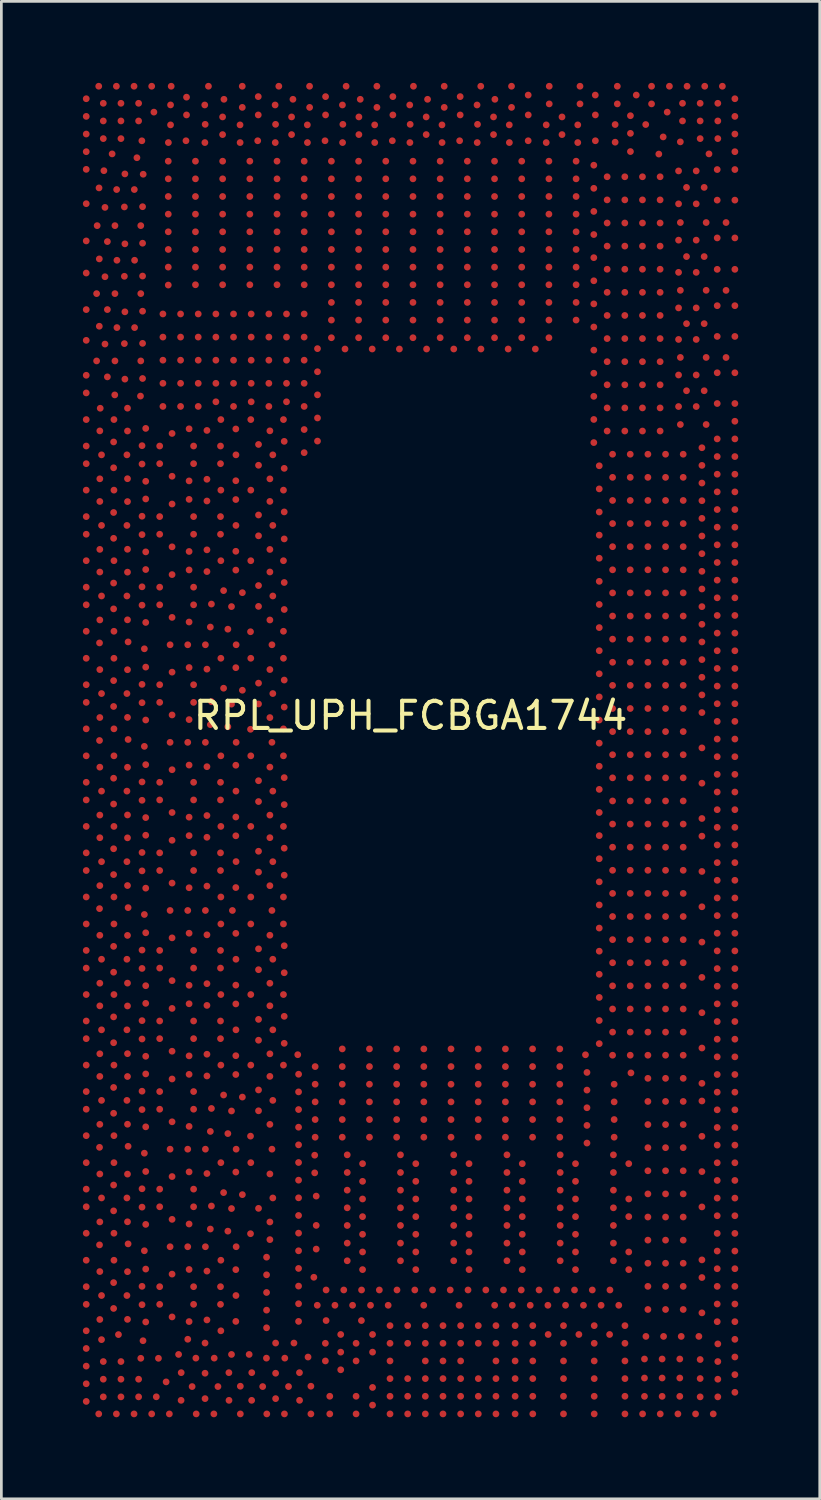
<source format=kicad_pcb>
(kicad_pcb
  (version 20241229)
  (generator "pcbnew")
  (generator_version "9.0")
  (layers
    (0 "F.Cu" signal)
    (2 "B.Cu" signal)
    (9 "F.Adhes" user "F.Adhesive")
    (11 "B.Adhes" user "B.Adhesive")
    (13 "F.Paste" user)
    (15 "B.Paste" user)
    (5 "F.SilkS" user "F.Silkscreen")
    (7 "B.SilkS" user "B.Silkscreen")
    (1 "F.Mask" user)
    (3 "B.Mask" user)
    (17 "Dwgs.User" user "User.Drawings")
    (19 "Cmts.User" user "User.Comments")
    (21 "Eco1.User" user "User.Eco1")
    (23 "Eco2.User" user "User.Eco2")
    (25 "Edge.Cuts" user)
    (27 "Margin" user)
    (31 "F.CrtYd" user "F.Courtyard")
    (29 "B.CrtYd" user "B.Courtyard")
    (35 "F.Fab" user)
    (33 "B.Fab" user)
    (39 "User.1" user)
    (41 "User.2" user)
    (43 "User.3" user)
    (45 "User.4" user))
  (footprint "RPL_UPH_FCBGA1744"
    (layer "F.Cu")
    (at 12.065 24.565)
    (property "Reference" "RPL_UPH_FCBGA1744" (at 0 -1.27 0) (layer "F.SilkS") (effects (font (size 1 1) (thickness 0.15))))
    (attr smd)
    (pad "A3" smd circle (at 11.144 24.44) (size 0.25 0.25) (layers "F.Cu" "F.Mask" "F.Paste"))
    (pad "A5" smd circle (at 10.493 24.44) (size 0.25 0.25) (layers "F.Cu" "F.Mask" "F.Paste"))
    (pad "A6" smd circle (at 9.843 24.44) (size 0.25 0.25) (layers "F.Cu" "F.Mask" "F.Paste"))
    (pad "A8" smd circle (at 9.193 24.44) (size 0.25 0.25) (layers "F.Cu" "F.Mask" "F.Paste"))
    (pad "A10" smd circle (at 8.543 24.44) (size 0.25 0.25) (layers "F.Cu" "F.Mask" "F.Paste"))
    (pad "A11" smd circle (at 7.893 24.44) (size 0.25 0.25) (layers "F.Cu" "F.Mask" "F.Paste"))
    (pad "A14" smd circle (at 6.762 24.44) (size 0.25 0.25) (layers "F.Cu" "F.Mask" "F.Paste"))
    (pad "A17" smd circle (at 5.631 24.44) (size 0.25 0.25) (layers "F.Cu" "F.Mask" "F.Paste"))
    (pad "A20" smd circle (at 4.5 24.44) (size 0.25 0.25) (layers "F.Cu" "F.Mask" "F.Paste"))
    (pad "A21" smd circle (at 3.85 24.44) (size 0.25 0.25) (layers "F.Cu" "F.Mask" "F.Paste"))
    (pad "A23" smd circle (at 3.144 24.44) (size 0.25 0.25) (layers "F.Cu" "F.Mask" "F.Paste"))
    (pad "A25" smd circle (at 2.494 24.44) (size 0.25 0.25) (layers "F.Cu" "F.Mask" "F.Paste"))
    (pad "A26" smd circle (at 1.844 24.44) (size 0.25 0.25) (layers "F.Cu" "F.Mask" "F.Paste"))
    (pad "A28" smd circle (at 1.194 24.44) (size 0.25 0.25) (layers "F.Cu" "F.Mask" "F.Paste"))
    (pad "A30" smd circle (at 0.544 24.44) (size 0.25 0.25) (layers "F.Cu" "F.Mask" "F.Paste"))
    (pad "A31" smd circle (at -0.106 24.44) (size 0.25 0.25) (layers "F.Cu" "F.Mask" "F.Paste"))
    (pad "A33" smd circle (at -0.756 24.44) (size 0.25 0.25) (layers "F.Cu" "F.Mask" "F.Paste"))
    (pad "A36" smd circle (at -2.005 24.44) (size 0.25 0.25) (layers "F.Cu" "F.Mask" "F.Paste"))
    (pad "A38" smd circle (at -2.974 24.44) (size 0.25 0.25) (layers "F.Cu" "F.Mask" "F.Paste"))
    (pad "A40" smd circle (at -3.669 24.44) (size 0.25 0.25) (layers "F.Cu" "F.Mask" "F.Paste"))
    (pad "A43" smd circle (at -4.643 24.44) (size 0.25 0.25) (layers "F.Cu" "F.Mask" "F.Paste"))
    (pad "A44" smd circle (at -5.293 24.44) (size 0.25 0.25) (layers "F.Cu" "F.Mask" "F.Paste"))
    (pad "A47" smd circle (at -6.267 24.44) (size 0.25 0.25) (layers "F.Cu" "F.Mask" "F.Paste"))
    (pad "A49" smd circle (at -7.241 24.44) (size 0.25 0.25) (layers "F.Cu" "F.Mask" "F.Paste"))
    (pad "A51" smd circle (at -7.891 24.44) (size 0.25 0.25) (layers "F.Cu" "F.Mask" "F.Paste"))
    (pad "A53" smd circle (at -8.88 24.44) (size 0.25 0.25) (layers "F.Cu" "F.Mask" "F.Paste"))
    (pad "A55" smd circle (at -9.53 24.44) (size 0.25 0.25) (layers "F.Cu" "F.Mask" "F.Paste"))
    (pad "A56" smd circle (at -10.18 24.44) (size 0.25 0.25) (layers "F.Cu" "F.Mask" "F.Paste"))
    (pad "A58" smd circle (at -10.83 24.44) (size 0.25 0.25) (layers "F.Cu" "F.Mask" "F.Paste"))
    (pad "A60" smd circle (at -11.48 24.44) (size 0.25 0.25) (layers "F.Cu" "F.Mask" "F.Paste"))
    (pad "AA1" smd circle (at 11.94 16.494) (size 0.25 0.25) (layers "F.Cu" "F.Mask" "F.Paste"))
    (pad "AA3" smd circle (at 11.29 16.494) (size 0.25 0.25) (layers "F.Cu" "F.Mask" "F.Paste"))
    (pad "AA6" smd circle (at 10.038 16.34) (size 0.25 0.25) (layers "F.Cu" "F.Mask" "F.Paste"))
    (pad "AA8" smd circle (at 9.388 16.34) (size 0.25 0.25) (layers "F.Cu" "F.Mask" "F.Paste"))
    (pad "AA9" smd circle (at 8.738 16.34) (size 0.25 0.25) (layers "F.Cu" "F.Mask" "F.Paste"))
    (pad "AA11" smd circle (at 8.033 16.527) (size 0.25 0.25) (layers "F.Cu" "F.Mask" "F.Paste"))
    (pad "AA12" smd circle (at 7.469 16.202) (size 0.25 0.25) (layers "F.Cu" "F.Mask" "F.Paste"))
    (pad "AA16" smd circle (at 6.073 16.527) (size 0.25 0.25) (layers "F.Cu" "F.Mask" "F.Paste"))
    (pad "AA17" smd circle (at 5.509 16.202) (size 0.25 0.25) (layers "F.Cu" "F.Mask" "F.Paste"))
    (pad "AA21" smd circle (at 4.113 16.527) (size 0.25 0.25) (layers "F.Cu" "F.Mask" "F.Paste"))
    (pad "AA22" smd circle (at 3.549 16.202) (size 0.25 0.25) (layers "F.Cu" "F.Mask" "F.Paste"))
    (pad "AA26" smd circle (at 2.153 16.527) (size 0.25 0.25) (layers "F.Cu" "F.Mask" "F.Paste"))
    (pad "AA27" smd circle (at 1.589 16.202) (size 0.25 0.25) (layers "F.Cu" "F.Mask" "F.Paste"))
    (pad "AA31" smd circle (at 0.193 16.527) (size 0.25 0.25) (layers "F.Cu" "F.Mask" "F.Paste"))
    (pad "AA32" smd circle (at -0.371 16.202) (size 0.25 0.25) (layers "F.Cu" "F.Mask" "F.Paste"))
    (pad "AA35" smd circle (at -1.767 16.527) (size 0.25 0.25) (layers "F.Cu" "F.Mask" "F.Paste"))
    (pad "AA37" smd circle (at -2.331 16.202) (size 0.25 0.25) (layers "F.Cu" "F.Mask" "F.Paste"))
    (pad "AA40" smd circle (at -3.473 16.421) (size 0.25 0.25) (layers "F.Cu" "F.Mask" "F.Paste"))
    (pad "AA41" smd circle (at -4.123 16.484) (size 0.25 0.25) (layers "F.Cu" "F.Mask" "F.Paste"))
    (pad "AA44" smd circle (at -5.071 16.489) (size 0.25 0.25) (layers "F.Cu" "F.Mask" "F.Paste"))
    (pad "AA46" smd circle (at -6.192 16.367) (size 0.25 0.25) (layers "F.Cu" "F.Mask" "F.Paste"))
    (pad "AA48" smd circle (at -6.883 16.292) (size 0.25 0.25) (layers "F.Cu" "F.Mask" "F.Paste"))
    (pad "AA57" smd circle (at -10.442 16.489) (size 0.25 0.25) (layers "F.Cu" "F.Mask" "F.Paste"))
    (pad "AA59" smd circle (at -11.377 16.489) (size 0.25 0.25) (layers "F.Cu" "F.Mask" "F.Paste"))
    (pad "AB1" smd circle (at 11.94 15.844) (size 0.25 0.25) (layers "F.Cu" "F.Mask" "F.Paste"))
    (pad "AB3" smd circle (at 11.29 15.844) (size 0.25 0.25) (layers "F.Cu" "F.Mask" "F.Paste"))
    (pad "AB16" smd circle (at 6.073 15.877) (size 0.25 0.25) (layers "F.Cu" "F.Mask" "F.Paste"))
    (pad "AB21" smd circle (at 4.113 15.877) (size 0.25 0.25) (layers "F.Cu" "F.Mask" "F.Paste"))
    (pad "AB26" smd circle (at 2.153 15.877) (size 0.25 0.25) (layers "F.Cu" "F.Mask" "F.Paste"))
    (pad "AB31" smd circle (at 0.193 15.877) (size 0.25 0.25) (layers "F.Cu" "F.Mask" "F.Paste"))
    (pad "AB35" smd circle (at -1.767 15.877) (size 0.25 0.25) (layers "F.Cu" "F.Mask" "F.Paste"))
    (pad "AB41" smd circle (at -4.123 15.834) (size 0.25 0.25) (layers "F.Cu" "F.Mask" "F.Paste"))
    (pad "AB51" smd circle (at -7.987 16.164) (size 0.25 0.25) (layers "F.Cu" "F.Mask" "F.Paste"))
    (pad "AB54" smd circle (at -9.236 16.164) (size 0.25 0.25) (layers "F.Cu" "F.Mask" "F.Paste"))
    (pad "AB56" smd circle (at -9.886 16.151) (size 0.25 0.25) (layers "F.Cu" "F.Mask" "F.Paste"))
    (pad "AB58" smd circle (at -10.932 16.013) (size 0.25 0.25) (layers "F.Cu" "F.Mask" "F.Paste"))
    (pad "AB61" smd circle (at -11.94 16.164) (size 0.25 0.25) (layers "F.Cu" "F.Mask" "F.Paste"))
    (pad "AC4" smd circle (at 10.727 15.519) (size 0.25 0.25) (layers "F.Cu" "F.Mask" "F.Paste"))
    (pad "AC6" smd circle (at 10.038 15.489) (size 0.25 0.25) (layers "F.Cu" "F.Mask" "F.Paste"))
    (pad "AC8" smd circle (at 9.388 15.489) (size 0.25 0.25) (layers "F.Cu" "F.Mask" "F.Paste"))
    (pad "AC9" smd circle (at 8.738 15.489) (size 0.25 0.25) (layers "F.Cu" "F.Mask" "F.Paste"))
    (pad "AC12" smd circle (at 7.469 15.552) (size 0.25 0.25) (layers "F.Cu" "F.Mask" "F.Paste"))
    (pad "AC17" smd circle (at 5.509 15.552) (size 0.25 0.25) (layers "F.Cu" "F.Mask" "F.Paste"))
    (pad "AC22" smd circle (at 3.549 15.552) (size 0.25 0.25) (layers "F.Cu" "F.Mask" "F.Paste"))
    (pad "AC27" smd circle (at 1.589 15.552) (size 0.25 0.25) (layers "F.Cu" "F.Mask" "F.Paste"))
    (pad "AC32" smd circle (at -0.371 15.552) (size 0.25 0.25) (layers "F.Cu" "F.Mask" "F.Paste"))
    (pad "AC37" smd circle (at -2.331 15.552) (size 0.25 0.25) (layers "F.Cu" "F.Mask" "F.Paste"))
    (pad "AC40" smd circle (at -3.529 15.565) (size 0.25 0.25) (layers "F.Cu" "F.Mask" "F.Paste"))
    (pad "AC44" smd circle (at -5.179 15.605) (size 0.25 0.25) (layers "F.Cu" "F.Mask" "F.Paste"))
    (pad "AC47" smd circle (at -6.433 15.536) (size 0.25 0.25) (layers "F.Cu" "F.Mask" "F.Paste"))
    (pad "AC50" smd circle (at -7.496 15.59) (size 0.25 0.25) (layers "F.Cu" "F.Mask" "F.Paste"))
    (pad "AC51" smd circle (at -8.153 15.53) (size 0.25 0.25) (layers "F.Cu" "F.Mask" "F.Paste"))
    (pad "AC53" smd circle (at -8.78 15.701) (size 0.25 0.25) (layers "F.Cu" "F.Mask" "F.Paste"))
    (pad "AC55" smd circle (at -9.75 15.515) (size 0.25 0.25) (layers "F.Cu" "F.Mask" "F.Paste"))
    (pad "AC57" smd circle (at -10.421 15.611) (size 0.25 0.25) (layers "F.Cu" "F.Mask" "F.Paste"))
    (pad "AC60" smd circle (at -11.44 15.607) (size 0.25 0.25) (layers "F.Cu" "F.Mask" "F.Paste"))
    (pad "AD1" smd circle (at 11.94 15.194) (size 0.25 0.25) (layers "F.Cu" "F.Mask" "F.Paste"))
    (pad "AD3" smd circle (at 11.29 15.194) (size 0.25 0.25) (layers "F.Cu" "F.Mask" "F.Paste"))
    (pad "AD11" smd circle (at 8.033 15.227) (size 0.25 0.25) (layers "F.Cu" "F.Mask" "F.Paste"))
    (pad "AD16" smd circle (at 6.073 15.227) (size 0.25 0.25) (layers "F.Cu" "F.Mask" "F.Paste"))
    (pad "AD21" smd circle (at 4.113 15.227) (size 0.25 0.25) (layers "F.Cu" "F.Mask" "F.Paste"))
    (pad "AD26" smd circle (at 2.153 15.227) (size 0.25 0.25) (layers "F.Cu" "F.Mask" "F.Paste"))
    (pad "AD31" smd circle (at 0.193 15.227) (size 0.25 0.25) (layers "F.Cu" "F.Mask" "F.Paste"))
    (pad "AD35" smd circle (at -1.767 15.227) (size 0.25 0.25) (layers "F.Cu" "F.Mask" "F.Paste"))
    (pad "AD41" smd circle (at -4.123 15.184) (size 0.25 0.25) (layers "F.Cu" "F.Mask" "F.Paste"))
    (pad "AD46" smd circle (at -5.882 15.19) (size 0.25 0.25) (layers "F.Cu" "F.Mask" "F.Paste"))
    (pad "AD48" smd circle (at -6.984 15.19) (size 0.25 0.25) (layers "F.Cu" "F.Mask" "F.Paste"))
    (pad "AD58" smd circle (at -10.92 15.19) (size 0.25 0.25) (layers "F.Cu" "F.Mask" "F.Paste"))
    (pad "AD61" smd circle (at -11.94 15.19) (size 0.25 0.25) (layers "F.Cu" "F.Mask" "F.Paste"))
    (pad "AE6" smd circle (at 10.038 14.638) (size 0.25 0.25) (layers "F.Cu" "F.Mask" "F.Paste"))
    (pad "AE8" smd circle (at 9.388 14.638) (size 0.25 0.25) (layers "F.Cu" "F.Mask" "F.Paste"))
    (pad "AE9" smd circle (at 8.738 14.638) (size 0.25 0.25) (layers "F.Cu" "F.Mask" "F.Paste"))
    (pad "AE12" smd circle (at 7.469 14.902) (size 0.25 0.25) (layers "F.Cu" "F.Mask" "F.Paste"))
    (pad "AE17" smd circle (at 5.509 14.902) (size 0.25 0.25) (layers "F.Cu" "F.Mask" "F.Paste"))
    (pad "AE22" smd circle (at 3.549 14.902) (size 0.25 0.25) (layers "F.Cu" "F.Mask" "F.Paste"))
    (pad "AE27" smd circle (at 1.589 14.902) (size 0.25 0.25) (layers "F.Cu" "F.Mask" "F.Paste"))
    (pad "AE32" smd circle (at -0.371 14.902) (size 0.25 0.25) (layers "F.Cu" "F.Mask" "F.Paste"))
    (pad "AE37" smd circle (at -2.331 14.902) (size 0.25 0.25) (layers "F.Cu" "F.Mask" "F.Paste"))
    (pad "AE40" smd circle (at -3.529 14.915) (size 0.25 0.25) (layers "F.Cu" "F.Mask" "F.Paste"))
    (pad "AE44" smd circle (at -5.103 14.693) (size 0.25 0.25) (layers "F.Cu" "F.Mask" "F.Paste"))
    (pad "AE47" smd circle (at -6.421 14.693) (size 0.25 0.25) (layers "F.Cu" "F.Mask" "F.Paste"))
    (pad "AE50" smd circle (at -7.553 14.693) (size 0.25 0.25) (layers "F.Cu" "F.Mask" "F.Paste"))
    (pad "AE52" smd circle (at -8.203 14.693) (size 0.25 0.25) (layers "F.Cu" "F.Mask" "F.Paste"))
    (pad "AE53" smd circle (at -8.853 14.693) (size 0.25 0.25) (layers "F.Cu" "F.Mask" "F.Paste"))
    (pad "AE55" smd circle (at -9.8 14.841) (size 0.25 0.25) (layers "F.Cu" "F.Mask" "F.Paste"))
    (pad "AE60" smd circle (at -11.451 14.625) (size 0.25 0.25) (layers "F.Cu" "F.Mask" "F.Paste"))
    (pad "AF1" smd circle (at 11.94 14.544) (size 0.25 0.25) (layers "F.Cu" "F.Mask" "F.Paste"))
    (pad "AF3" smd circle (at 11.29 14.544) (size 0.25 0.25) (layers "F.Cu" "F.Mask" "F.Paste"))
    (pad "AF4" smd circle (at 10.727 14.219) (size 0.25 0.25) (layers "F.Cu" "F.Mask" "F.Paste"))
    (pad "AF12" smd circle (at 7.496 14.252) (size 0.25 0.25) (layers "F.Cu" "F.Mask" "F.Paste"))
    (pad "AF15" smd circle (at 6.495 14.468) (size 0.25 0.25) (layers "F.Cu" "F.Mask" "F.Paste"))
    (pad "AF17" smd circle (at 5.494 14.252) (size 0.25 0.25) (layers "F.Cu" "F.Mask" "F.Paste"))
    (pad "AF20" smd circle (at 4.493 14.252) (size 0.25 0.25) (layers "F.Cu" "F.Mask" "F.Paste"))
    (pad "AF22" smd circle (at 3.492 14.252) (size 0.25 0.25) (layers "F.Cu" "F.Mask" "F.Paste"))
    (pad "AF25" smd circle (at 2.491 14.252) (size 0.25 0.25) (layers "F.Cu" "F.Mask" "F.Paste"))
    (pad "AF27" smd circle (at 1.49 14.252) (size 0.25 0.25) (layers "F.Cu" "F.Mask" "F.Paste"))
    (pad "AF30" smd circle (at 0.489 14.252) (size 0.25 0.25) (layers "F.Cu" "F.Mask" "F.Paste"))
    (pad "AF32" smd circle (at -0.512 14.252) (size 0.25 0.25) (layers "F.Cu" "F.Mask" "F.Paste"))
    (pad "AF35" smd circle (at -1.513 14.252) (size 0.25 0.25) (layers "F.Cu" "F.Mask" "F.Paste"))
    (pad "AF37" smd circle (at -2.514 14.252) (size 0.25 0.25) (layers "F.Cu" "F.Mask" "F.Paste"))
    (pad "AF40" smd circle (at -3.512 14.252) (size 0.25 0.25) (layers "F.Cu" "F.Mask" "F.Paste"))
    (pad "AF41" smd circle (at -4.123 14.534) (size 0.25 0.25) (layers "F.Cu" "F.Mask" "F.Paste"))
    (pad "AF46" smd circle (at -5.892 14.213) (size 0.25 0.25) (layers "F.Cu" "F.Mask" "F.Paste"))
    (pad "AF57" smd circle (at -10.399 14.588) (size 0.25 0.25) (layers "F.Cu" "F.Mask" "F.Paste"))
    (pad "AG1" smd circle (at 11.94 13.894) (size 0.25 0.25) (layers "F.Cu" "F.Mask" "F.Paste"))
    (pad "AG3" smd circle (at 11.29 13.894) (size 0.25 0.25) (layers "F.Cu" "F.Mask" "F.Paste"))
    (pad "AG15" smd circle (at 6.495 13.818) (size 0.25 0.25) (layers "F.Cu" "F.Mask" "F.Paste"))
    (pad "AG41" smd circle (at -4.123 13.884) (size 0.25 0.25) (layers "F.Cu" "F.Mask" "F.Paste"))
    (pad "AG48" smd circle (at -6.726 14.119) (size 0.25 0.25) (layers "F.Cu" "F.Mask" "F.Paste"))
    (pad "AG49" smd circle (at -7.371 14.04) (size 0.25 0.25) (layers "F.Cu" "F.Mask" "F.Paste"))
    (pad "AG51" smd circle (at -8.153 13.855) (size 0.25 0.25) (layers "F.Cu" "F.Mask" "F.Paste"))
    (pad "AG55" smd circle (at -9.75 13.871) (size 0.25 0.25) (layers "F.Cu" "F.Mask" "F.Paste"))
    (pad "AG58" smd circle (at -10.92 14.196) (size 0.25 0.25) (layers "F.Cu" "F.Mask" "F.Paste"))
    (pad "AG61" smd circle (at -11.94 14.196) (size 0.25 0.25) (layers "F.Cu" "F.Mask" "F.Paste"))
    (pad "AH6" smd circle (at 10.038 13.787) (size 0.25 0.25) (layers "F.Cu" "F.Mask" "F.Paste"))
    (pad "AH8" smd circle (at 9.388 13.787) (size 0.25 0.25) (layers "F.Cu" "F.Mask" "F.Paste"))
    (pad "AH9" smd circle (at 8.738 13.787) (size 0.25 0.25) (layers "F.Cu" "F.Mask" "F.Paste"))
    (pad "AH12" smd circle (at 7.496 13.602) (size 0.25 0.25) (layers "F.Cu" "F.Mask" "F.Paste"))
    (pad "AH17" smd circle (at 5.494 13.602) (size 0.25 0.25) (layers "F.Cu" "F.Mask" "F.Paste"))
    (pad "AH20" smd circle (at 4.493 13.602) (size 0.25 0.25) (layers "F.Cu" "F.Mask" "F.Paste"))
    (pad "AH22" smd circle (at 3.492 13.602) (size 0.25 0.25) (layers "F.Cu" "F.Mask" "F.Paste"))
    (pad "AH25" smd circle (at 2.491 13.602) (size 0.25 0.25) (layers "F.Cu" "F.Mask" "F.Paste"))
    (pad "AH27" smd circle (at 1.49 13.602) (size 0.25 0.25) (layers "F.Cu" "F.Mask" "F.Paste"))
    (pad "AH30" smd circle (at 0.489 13.602) (size 0.25 0.25) (layers "F.Cu" "F.Mask" "F.Paste"))
    (pad "AH32" smd circle (at -0.512 13.602) (size 0.25 0.25) (layers "F.Cu" "F.Mask" "F.Paste"))
    (pad "AH35" smd circle (at -1.513 13.602) (size 0.25 0.25) (layers "F.Cu" "F.Mask" "F.Paste"))
    (pad "AH37" smd circle (at -2.514 13.602) (size 0.25 0.25) (layers "F.Cu" "F.Mask" "F.Paste"))
    (pad "AH40" smd circle (at -3.512 13.602) (size 0.25 0.25) (layers "F.Cu" "F.Mask" "F.Paste"))
    (pad "AH44" smd circle (at -5.179 13.78) (size 0.25 0.25) (layers "F.Cu" "F.Mask" "F.Paste"))
    (pad "AH53" smd circle (at -8.78 13.685) (size 0.25 0.25) (layers "F.Cu" "F.Mask" "F.Paste"))
    (pad "AH57" smd circle (at -10.421 13.775) (size 0.25 0.25) (layers "F.Cu" "F.Mask" "F.Paste"))
    (pad "AH60" smd circle (at -11.44 13.779) (size 0.25 0.25) (layers "F.Cu" "F.Mask" "F.Paste"))
    (pad "AJ1" smd circle (at 11.94 13.244) (size 0.25 0.25) (layers "F.Cu" "F.Mask" "F.Paste"))
    (pad "AJ3" smd circle (at 11.29 13.244) (size 0.25 0.25) (layers "F.Cu" "F.Mask" "F.Paste"))
    (pad "AJ15" smd circle (at 6.495 13.168) (size 0.25 0.25) (layers "F.Cu" "F.Mask" "F.Paste"))
    (pad "AJ41" smd circle (at -4.123 13.234) (size 0.25 0.25) (layers "F.Cu" "F.Mask" "F.Paste"))
    (pad "AJ45" smd circle (at -5.597 13.28) (size 0.25 0.25) (layers "F.Cu" "F.Mask" "F.Paste"))
    (pad "AJ47" smd circle (at -6.592 13.287) (size 0.25 0.25) (layers "F.Cu" "F.Mask" "F.Paste"))
    (pad "AJ49" smd circle (at -7.331 13.194) (size 0.25 0.25) (layers "F.Cu" "F.Mask" "F.Paste"))
    (pad "AJ51" smd circle (at -7.987 13.222) (size 0.25 0.25) (layers "F.Cu" "F.Mask" "F.Paste"))
    (pad "AJ54" smd circle (at -9.236 13.222) (size 0.25 0.25) (layers "F.Cu" "F.Mask" "F.Paste"))
    (pad "AJ56" smd circle (at -9.886 13.235) (size 0.25 0.25) (layers "F.Cu" "F.Mask" "F.Paste"))
    (pad "AJ58" smd circle (at -10.932 13.372) (size 0.25 0.25) (layers "F.Cu" "F.Mask" "F.Paste"))
    (pad "AJ61" smd circle (at -11.94 13.222) (size 0.25 0.25) (layers "F.Cu" "F.Mask" "F.Paste"))
    (pad "AK4" smd circle (at 10.727 12.919) (size 0.25 0.25) (layers "F.Cu" "F.Mask" "F.Paste"))
    (pad "AK6" smd circle (at 10.038 12.936) (size 0.25 0.25) (layers "F.Cu" "F.Mask" "F.Paste"))
    (pad "AK8" smd circle (at 9.388 12.936) (size 0.25 0.25) (layers "F.Cu" "F.Mask" "F.Paste"))
    (pad "AK9" smd circle (at 8.738 12.936) (size 0.25 0.25) (layers "F.Cu" "F.Mask" "F.Paste"))
    (pad "AK12" smd circle (at 7.496 12.952) (size 0.25 0.25) (layers "F.Cu" "F.Mask" "F.Paste"))
    (pad "AK17" smd circle (at 5.494 12.952) (size 0.25 0.25) (layers "F.Cu" "F.Mask" "F.Paste"))
    (pad "AK20" smd circle (at 4.493 12.952) (size 0.25 0.25) (layers "F.Cu" "F.Mask" "F.Paste"))
    (pad "AK22" smd circle (at 3.492 12.952) (size 0.25 0.25) (layers "F.Cu" "F.Mask" "F.Paste"))
    (pad "AK25" smd circle (at 2.491 12.952) (size 0.25 0.25) (layers "F.Cu" "F.Mask" "F.Paste"))
    (pad "AK27" smd circle (at 1.49 12.952) (size 0.25 0.25) (layers "F.Cu" "F.Mask" "F.Paste"))
    (pad "AK30" smd circle (at 0.489 12.952) (size 0.25 0.25) (layers "F.Cu" "F.Mask" "F.Paste"))
    (pad "AK32" smd circle (at -0.512 12.952) (size 0.25 0.25) (layers "F.Cu" "F.Mask" "F.Paste"))
    (pad "AK35" smd circle (at -1.513 12.952) (size 0.25 0.25) (layers "F.Cu" "F.Mask" "F.Paste"))
    (pad "AK37" smd circle (at -2.514 12.952) (size 0.25 0.25) (layers "F.Cu" "F.Mask" "F.Paste"))
    (pad "AK40" smd circle (at -3.512 12.952) (size 0.25 0.25) (layers "F.Cu" "F.Mask" "F.Paste"))
    (pad "AK44" smd circle (at -5.071 12.897) (size 0.25 0.25) (layers "F.Cu" "F.Mask" "F.Paste"))
    (pad "AK46" smd circle (at -6.192 12.775) (size 0.25 0.25) (layers "F.Cu" "F.Mask" "F.Paste"))
    (pad "AK48" smd circle (at -6.883 12.699) (size 0.25 0.25) (layers "F.Cu" "F.Mask" "F.Paste"))
    (pad "AK57" smd circle (at -10.442 12.897) (size 0.25 0.25) (layers "F.Cu" "F.Mask" "F.Paste"))
    (pad "AK59" smd circle (at -11.377 12.897) (size 0.25 0.25) (layers "F.Cu" "F.Mask" "F.Paste"))
    (pad "AL1" smd circle (at 11.94 12.594) (size 0.25 0.25) (layers "F.Cu" "F.Mask" "F.Paste"))
    (pad "AL3" smd circle (at 11.29 12.594) (size 0.25 0.25) (layers "F.Cu" "F.Mask" "F.Paste"))
    (pad "AL4" smd circle (at 10.727 12.269) (size 0.25 0.25) (layers "F.Cu" "F.Mask" "F.Paste"))
    (pad "AL12" smd circle (at 7.496 12.302) (size 0.25 0.25) (layers "F.Cu" "F.Mask" "F.Paste"))
    (pad "AL15" smd circle (at 6.495 12.518) (size 0.25 0.25) (layers "F.Cu" "F.Mask" "F.Paste"))
    (pad "AL17" smd circle (at 5.494 12.302) (size 0.25 0.25) (layers "F.Cu" "F.Mask" "F.Paste"))
    (pad "AL20" smd circle (at 4.493 12.302) (size 0.25 0.25) (layers "F.Cu" "F.Mask" "F.Paste"))
    (pad "AL22" smd circle (at 3.492 12.302) (size 0.25 0.25) (layers "F.Cu" "F.Mask" "F.Paste"))
    (pad "AL25" smd circle (at 2.491 12.302) (size 0.25 0.25) (layers "F.Cu" "F.Mask" "F.Paste"))
    (pad "AL27" smd circle (at 1.49 12.302) (size 0.25 0.25) (layers "F.Cu" "F.Mask" "F.Paste"))
    (pad "AL30" smd circle (at 0.489 12.302) (size 0.25 0.25) (layers "F.Cu" "F.Mask" "F.Paste"))
    (pad "AL32" smd circle (at -0.512 12.302) (size 0.25 0.25) (layers "F.Cu" "F.Mask" "F.Paste"))
    (pad "AL35" smd circle (at -1.513 12.302) (size 0.25 0.25) (layers "F.Cu" "F.Mask" "F.Paste"))
    (pad "AL37" smd circle (at -2.514 12.302) (size 0.25 0.25) (layers "F.Cu" "F.Mask" "F.Paste"))
    (pad "AL40" smd circle (at -3.512 12.302) (size 0.25 0.25) (layers "F.Cu" "F.Mask" "F.Paste"))
    (pad "AL41" smd circle (at -4.123 12.584) (size 0.25 0.25) (layers "F.Cu" "F.Mask" "F.Paste"))
    (pad "AL45" smd circle (at -5.597 12.513) (size 0.25 0.25) (layers "F.Cu" "F.Mask" "F.Paste"))
    (pad "AL51" smd circle (at -7.987 12.572) (size 0.25 0.25) (layers "F.Cu" "F.Mask" "F.Paste"))
    (pad "AL54" smd circle (at -9.236 12.572) (size 0.25 0.25) (layers "F.Cu" "F.Mask" "F.Paste"))
    (pad "AL56" smd circle (at -9.886 12.559) (size 0.25 0.25) (layers "F.Cu" "F.Mask" "F.Paste"))
    (pad "AL58" smd circle (at -10.932 12.421) (size 0.25 0.25) (layers "F.Cu" "F.Mask" "F.Paste"))
    (pad "AL61" smd circle (at -11.94 12.572) (size 0.25 0.25) (layers "F.Cu" "F.Mask" "F.Paste"))
    (pad "AM1" smd circle (at 11.94 11.944) (size 0.25 0.25) (layers "F.Cu" "F.Mask" "F.Paste"))
    (pad "AM3" smd circle (at 11.29 11.944) (size 0.25 0.25) (layers "F.Cu" "F.Mask" "F.Paste"))
    (pad "AM6" smd circle (at 10.038 12.085) (size 0.25 0.25) (layers "F.Cu" "F.Mask" "F.Paste"))
    (pad "AM8" smd circle (at 9.388 12.085) (size 0.25 0.25) (layers "F.Cu" "F.Mask" "F.Paste"))
    (pad "AM9" smd circle (at 8.738 12.085) (size 0.25 0.25) (layers "F.Cu" "F.Mask" "F.Paste"))
    (pad "AM11" smd circle (at 8.114 11.885) (size 0.25 0.25) (layers "F.Cu" "F.Mask" "F.Paste"))
    (pad "AM15" smd circle (at 6.495 11.868) (size 0.25 0.25) (layers "F.Cu" "F.Mask" "F.Paste"))
    (pad "AM41" smd circle (at -4.122 11.934) (size 0.25 0.25) (layers "F.Cu" "F.Mask" "F.Paste"))
    (pad "AM44" smd circle (at -5.179 12.013) (size 0.25 0.25) (layers "F.Cu" "F.Mask" "F.Paste"))
    (pad "AM47" smd circle (at -6.433 11.944) (size 0.25 0.25) (layers "F.Cu" "F.Mask" "F.Paste"))
    (pad "AM50" smd circle (at -7.496 11.998) (size 0.25 0.25) (layers "F.Cu" "F.Mask" "F.Paste"))
    (pad "AM51" smd circle (at -8.153 11.938) (size 0.25 0.25) (layers "F.Cu" "F.Mask" "F.Paste"))
    (pad "AM53" smd circle (at -8.78 12.109) (size 0.25 0.25) (layers "F.Cu" "F.Mask" "F.Paste"))
    (pad "AM55" smd circle (at -9.75 11.923) (size 0.25 0.25) (layers "F.Cu" "F.Mask" "F.Paste"))
    (pad "AM57" smd circle (at -10.421 12.018) (size 0.25 0.25) (layers "F.Cu" "F.Mask" "F.Paste"))
    (pad "AM60" smd circle (at -11.44 12.015) (size 0.25 0.25) (layers "F.Cu" "F.Mask" "F.Paste"))
    (pad "AN17" smd circle (at 5.494 11.652) (size 0.25 0.25) (layers "F.Cu" "F.Mask" "F.Paste"))
    (pad "AN20" smd circle (at 4.493 11.652) (size 0.25 0.25) (layers "F.Cu" "F.Mask" "F.Paste"))
    (pad "AN22" smd circle (at 3.492 11.652) (size 0.25 0.25) (layers "F.Cu" "F.Mask" "F.Paste"))
    (pad "AN25" smd circle (at 2.491 11.652) (size 0.25 0.25) (layers "F.Cu" "F.Mask" "F.Paste"))
    (pad "AN27" smd circle (at 1.49 11.652) (size 0.25 0.25) (layers "F.Cu" "F.Mask" "F.Paste"))
    (pad "AN30" smd circle (at 0.489 11.652) (size 0.25 0.25) (layers "F.Cu" "F.Mask" "F.Paste"))
    (pad "AN32" smd circle (at -0.512 11.652) (size 0.25 0.25) (layers "F.Cu" "F.Mask" "F.Paste"))
    (pad "AN35" smd circle (at -1.513 11.652) (size 0.25 0.25) (layers "F.Cu" "F.Mask" "F.Paste"))
    (pad "AN37" smd circle (at -2.514 11.652) (size 0.25 0.25) (layers "F.Cu" "F.Mask" "F.Paste"))
    (pad "AN40" smd circle (at -3.512 11.652) (size 0.25 0.25) (layers "F.Cu" "F.Mask" "F.Paste"))
    (pad "AN43" smd circle (at -4.679 11.598) (size 0.25 0.25) (layers "F.Cu" "F.Mask" "F.Paste"))
    (pad "AN46" smd circle (at -5.882 11.598) (size 0.25 0.25) (layers "F.Cu" "F.Mask" "F.Paste"))
    (pad "AN48" smd circle (at -6.984 11.598) (size 0.25 0.25) (layers "F.Cu" "F.Mask" "F.Paste"))
    (pad "AN58" smd circle (at -10.92 11.598) (size 0.25 0.25) (layers "F.Cu" "F.Mask" "F.Paste"))
    (pad "AN61" smd circle (at -11.94 11.598) (size 0.25 0.25) (layers "F.Cu" "F.Mask" "F.Paste"))
    (pad "AP1" smd circle (at 11.94 11.294) (size 0.25 0.25) (layers "F.Cu" "F.Mask" "F.Paste"))
    (pad "AP3" smd circle (at 11.29 11.294) (size 0.25 0.25) (layers "F.Cu" "F.Mask" "F.Paste"))
    (pad "AP6" smd circle (at 10.038 11.234) (size 0.25 0.25) (layers "F.Cu" "F.Mask" "F.Paste"))
    (pad "AP8" smd circle (at 9.388 11.234) (size 0.25 0.25) (layers "F.Cu" "F.Mask" "F.Paste"))
    (pad "AP9" smd circle (at 8.738 11.234) (size 0.25 0.25) (layers "F.Cu" "F.Mask" "F.Paste"))
    (pad "AP11" smd circle (at 8.088 11.234) (size 0.25 0.25) (layers "F.Cu" "F.Mask" "F.Paste"))
    (pad "AP12" smd circle (at 7.438 11.234) (size 0.25 0.25) (layers "F.Cu" "F.Mask" "F.Paste"))
    (pad "AP15" smd circle (at 6.44 11.218) (size 0.25 0.25) (layers "F.Cu" "F.Mask" "F.Paste"))
    (pad "AP17" smd circle (at 5.494 11.002) (size 0.25 0.25) (layers "F.Cu" "F.Mask" "F.Paste"))
    (pad "AP20" smd circle (at 4.493 11.002) (size 0.25 0.25) (layers "F.Cu" "F.Mask" "F.Paste"))
    (pad "AP22" smd circle (at 3.492 11.002) (size 0.25 0.25) (layers "F.Cu" "F.Mask" "F.Paste"))
    (pad "AP25" smd circle (at 2.491 11.002) (size 0.25 0.25) (layers "F.Cu" "F.Mask" "F.Paste"))
    (pad "AP27" smd circle (at 1.49 11.002) (size 0.25 0.25) (layers "F.Cu" "F.Mask" "F.Paste"))
    (pad "AP30" smd circle (at 0.489 11.002) (size 0.25 0.25) (layers "F.Cu" "F.Mask" "F.Paste"))
    (pad "AP32" smd circle (at -0.512 11.002) (size 0.25 0.25) (layers "F.Cu" "F.Mask" "F.Paste"))
    (pad "AP35" smd circle (at -1.513 11.002) (size 0.25 0.25) (layers "F.Cu" "F.Mask" "F.Paste"))
    (pad "AP37" smd circle (at -2.514 11.002) (size 0.25 0.25) (layers "F.Cu" "F.Mask" "F.Paste"))
    (pad "AP41" smd circle (at -4.153 11.215) (size 0.25 0.25) (layers "F.Cu" "F.Mask" "F.Paste"))
    (pad "AP44" smd circle (at -5.179 11.183) (size 0.25 0.25) (layers "F.Cu" "F.Mask" "F.Paste"))
    (pad "AP47" smd circle (at -6.433 11.252) (size 0.25 0.25) (layers "F.Cu" "F.Mask" "F.Paste"))
    (pad "AP50" smd circle (at -7.496 11.198) (size 0.25 0.25) (layers "F.Cu" "F.Mask" "F.Paste"))
    (pad "AP51" smd circle (at -8.153 11.258) (size 0.25 0.25) (layers "F.Cu" "F.Mask" "F.Paste"))
    (pad "AP53" smd circle (at -8.78 11.087) (size 0.25 0.25) (layers "F.Cu" "F.Mask" "F.Paste"))
    (pad "AP55" smd circle (at -9.75 11.273) (size 0.25 0.25) (layers "F.Cu" "F.Mask" "F.Paste"))
    (pad "AP57" smd circle (at -10.421 11.177) (size 0.25 0.25) (layers "F.Cu" "F.Mask" "F.Paste"))
    (pad "AP60" smd circle (at -11.44 11.181) (size 0.25 0.25) (layers "F.Cu" "F.Mask" "F.Paste"))
    (pad "AR1" smd circle (at 11.94 10.644) (size 0.25 0.25) (layers "F.Cu" "F.Mask" "F.Paste"))
    (pad "AR3" smd circle (at 11.29 10.644) (size 0.25 0.25) (layers "F.Cu" "F.Mask" "F.Paste"))
    (pad "AR4" smd circle (at 10.727 10.969) (size 0.25 0.25) (layers "F.Cu" "F.Mask" "F.Paste"))
    (pad "AR14" smd circle (at 6.947 10.808) (size 0.25 0.25) (layers "F.Cu" "F.Mask" "F.Paste"))
    (pad "AR43" smd circle (at -4.651 10.796) (size 0.25 0.25) (layers "F.Cu" "F.Mask" "F.Paste"))
    (pad "AR45" smd circle (at -5.597 10.682) (size 0.25 0.25) (layers "F.Cu" "F.Mask" "F.Paste"))
    (pad "AR48" smd circle (at -6.997 10.624) (size 0.25 0.25) (layers "F.Cu" "F.Mask" "F.Paste"))
    (pad "AR51" smd circle (at -7.987 10.624) (size 0.25 0.25) (layers "F.Cu" "F.Mask" "F.Paste"))
    (pad "AR54" smd circle (at -9.236 10.624) (size 0.25 0.25) (layers "F.Cu" "F.Mask" "F.Paste"))
    (pad "AR56" smd circle (at -9.886 10.637) (size 0.25 0.25) (layers "F.Cu" "F.Mask" "F.Paste"))
    (pad "AR58" smd circle (at -10.932 10.774) (size 0.25 0.25) (layers "F.Cu" "F.Mask" "F.Paste"))
    (pad "AR61" smd circle (at -11.94 10.624) (size 0.25 0.25) (layers "F.Cu" "F.Mask" "F.Paste"))
    (pad "AT6" smd circle (at 10.038 10.383) (size 0.25 0.25) (layers "F.Cu" "F.Mask" "F.Paste"))
    (pad "AT8" smd circle (at 9.388 10.383) (size 0.25 0.25) (layers "F.Cu" "F.Mask" "F.Paste"))
    (pad "AT9" smd circle (at 8.738 10.383) (size 0.25 0.25) (layers "F.Cu" "F.Mask" "F.Paste"))
    (pad "AT11" smd circle (at 8.088 10.383) (size 0.25 0.25) (layers "F.Cu" "F.Mask" "F.Paste"))
    (pad "AT12" smd circle (at 7.438 10.383) (size 0.25 0.25) (layers "F.Cu" "F.Mask" "F.Paste"))
    (pad "AT44" smd circle (at -5.071 10.299) (size 0.25 0.25) (layers "F.Cu" "F.Mask" "F.Paste"))
    (pad "AT47" smd circle (at -6.428 10.299) (size 0.25 0.25) (layers "F.Cu" "F.Mask" "F.Paste"))
    (pad "AT57" smd circle (at -10.442 10.299) (size 0.25 0.25) (layers "F.Cu" "F.Mask" "F.Paste"))
    (pad "AT59" smd circle (at -11.377 10.299) (size 0.25 0.25) (layers "F.Cu" "F.Mask" "F.Paste"))
    (pad "AU1" smd circle (at 11.94 9.994) (size 0.25 0.25) (layers "F.Cu" "F.Mask" "F.Paste"))
    (pad "AU3" smd circle (at 11.29 9.994) (size 0.25 0.25) (layers "F.Cu" "F.Mask" "F.Paste"))
    (pad "AU14" smd circle (at 6.947 9.957) (size 0.25 0.25) (layers "F.Cu" "F.Mask" "F.Paste"))
    (pad "AU43" smd circle (at -4.651 9.802) (size 0.25 0.25) (layers "F.Cu" "F.Mask" "F.Paste"))
    (pad "AU45" smd circle (at -5.597 9.915) (size 0.25 0.25) (layers "F.Cu" "F.Mask" "F.Paste"))
    (pad "AU48" smd circle (at -6.997 9.974) (size 0.25 0.25) (layers "F.Cu" "F.Mask" "F.Paste"))
    (pad "AU51" smd circle (at -7.987 9.974) (size 0.25 0.25) (layers "F.Cu" "F.Mask" "F.Paste"))
    (pad "AU54" smd circle (at -9.236 9.974) (size 0.25 0.25) (layers "F.Cu" "F.Mask" "F.Paste"))
    (pad "AU56" smd circle (at -9.886 9.961) (size 0.25 0.25) (layers "F.Cu" "F.Mask" "F.Paste"))
    (pad "AU58" smd circle (at -10.932 9.823) (size 0.25 0.25) (layers "F.Cu" "F.Mask" "F.Paste"))
    (pad "AU61" smd circle (at -11.94 9.974) (size 0.25 0.25) (layers "F.Cu" "F.Mask" "F.Paste"))
    (pad "AV4" smd circle (at 10.727 9.669) (size 0.25 0.25) (layers "F.Cu" "F.Mask" "F.Paste"))
    (pad "AV6" smd circle (at 10.038 9.532) (size 0.25 0.25) (layers "F.Cu" "F.Mask" "F.Paste"))
    (pad "AV8" smd circle (at 9.388 9.532) (size 0.25 0.25) (layers "F.Cu" "F.Mask" "F.Paste"))
    (pad "AV9" smd circle (at 8.738 9.532) (size 0.25 0.25) (layers "F.Cu" "F.Mask" "F.Paste"))
    (pad "AV11" smd circle (at 8.088 9.532) (size 0.25 0.25) (layers "F.Cu" "F.Mask" "F.Paste"))
    (pad "AV12" smd circle (at 7.438 9.532) (size 0.25 0.25) (layers "F.Cu" "F.Mask" "F.Paste"))
    (pad "AV44" smd circle (at -5.179 9.415) (size 0.25 0.25) (layers "F.Cu" "F.Mask" "F.Paste"))
    (pad "AV50" smd circle (at -7.496 9.4) (size 0.25 0.25) (layers "F.Cu" "F.Mask" "F.Paste"))
    (pad "AV53" smd circle (at -8.78 9.511) (size 0.25 0.25) (layers "F.Cu" "F.Mask" "F.Paste"))
    (pad "AV57" smd circle (at -10.421 9.421) (size 0.25 0.25) (layers "F.Cu" "F.Mask" "F.Paste"))
    (pad "AV60" smd circle (at -11.44 9.417) (size 0.25 0.25) (layers "F.Cu" "F.Mask" "F.Paste"))
    (pad "AW1" smd circle (at 11.94 9.344) (size 0.25 0.25) (layers "F.Cu" "F.Mask" "F.Paste"))
    (pad "AW3" smd circle (at 11.29 9.344) (size 0.25 0.25) (layers "F.Cu" "F.Mask" "F.Paste"))
    (pad "AW14" smd circle (at 6.947 9.106) (size 0.25 0.25) (layers "F.Cu" "F.Mask" "F.Paste"))
    (pad "AW47" smd circle (at -6.433 9.346) (size 0.25 0.25) (layers "F.Cu" "F.Mask" "F.Paste"))
    (pad "AW51" smd circle (at -8.153 9.34) (size 0.25 0.25) (layers "F.Cu" "F.Mask" "F.Paste"))
    (pad "AW55" smd circle (at -9.75 9.325) (size 0.25 0.25) (layers "F.Cu" "F.Mask" "F.Paste"))
    (pad "AY1" smd circle (at 11.94 8.694) (size 0.25 0.25) (layers "F.Cu" "F.Mask" "F.Paste"))
    (pad "AY3" smd circle (at 11.29 8.694) (size 0.25 0.25) (layers "F.Cu" "F.Mask" "F.Paste"))
    (pad "AY6" smd circle (at 10.038 8.681) (size 0.25 0.25) (layers "F.Cu" "F.Mask" "F.Paste"))
    (pad "AY8" smd circle (at 9.388 8.681) (size 0.25 0.25) (layers "F.Cu" "F.Mask" "F.Paste"))
    (pad "AY9" smd circle (at 8.738 8.681) (size 0.25 0.25) (layers "F.Cu" "F.Mask" "F.Paste"))
    (pad "AY11" smd circle (at 8.088 8.681) (size 0.25 0.25) (layers "F.Cu" "F.Mask" "F.Paste"))
    (pad "AY12" smd circle (at 7.438 8.681) (size 0.25 0.25) (layers "F.Cu" "F.Mask" "F.Paste"))
    (pad "AY43" smd circle (at -4.679 9) (size 0.25 0.25) (layers "F.Cu" "F.Mask" "F.Paste"))
    (pad "AY46" smd circle (at -5.882 9) (size 0.25 0.25) (layers "F.Cu" "F.Mask" "F.Paste"))
    (pad "AY47" smd circle (at -6.433 8.654) (size 0.25 0.25) (layers "F.Cu" "F.Mask" "F.Paste"))
    (pad "AY48" smd circle (at -6.984 9) (size 0.25 0.25) (layers "F.Cu" "F.Mask" "F.Paste"))
    (pad "AY51" smd circle (at -8.153 8.66) (size 0.25 0.25) (layers "F.Cu" "F.Mask" "F.Paste"))
    (pad "AY55" smd circle (at -9.75 8.675) (size 0.25 0.25) (layers "F.Cu" "F.Mask" "F.Paste"))
    (pad "AY58" smd circle (at -10.92 9) (size 0.25 0.25) (layers "F.Cu" "F.Mask" "F.Paste"))
    (pad "AY61" smd circle (at -11.94 9) (size 0.25 0.25) (layers "F.Cu" "F.Mask" "F.Paste"))
    (pad "B3" smd circle (at 11.312 23.812) (size 0.25 0.25) (layers "F.Cu" "F.Mask" "F.Paste"))
    (pad "B4" smd circle (at 10.662 23.812) (size 0.25 0.25) (layers "F.Cu" "F.Mask" "F.Paste"))
    (pad "B34" smd circle (at -1.399 24.115) (size 0.25 0.25) (layers "F.Cu" "F.Mask" "F.Paste"))
    (pad "B41" smd circle (at -4.086 23.94) (size 0.25 0.25) (layers "F.Cu" "F.Mask" "F.Paste"))
    (pad "B43" smd circle (at -4.968 23.877) (size 0.25 0.25) (layers "F.Cu" "F.Mask" "F.Paste"))
    (pad "B46" smd circle (at -5.85 23.94) (size 0.25 0.25) (layers "F.Cu" "F.Mask" "F.Paste"))
    (pad "B48" smd circle (at -6.684 23.94) (size 0.25 0.25) (layers "F.Cu" "F.Mask" "F.Paste"))
    (pad "B50" smd circle (at -7.566 23.877) (size 0.25 0.25) (layers "F.Cu" "F.Mask" "F.Paste"))
    (pad "B52" smd circle (at -8.448 23.94) (size 0.25 0.25) (layers "F.Cu" "F.Mask" "F.Paste"))
    (pad "B54" smd circle (at -9.361 23.81) (size 0.25 0.25) (layers "F.Cu" "F.Mask" "F.Paste"))
    (pad "B56" smd circle (at -10.012 23.812) (size 0.25 0.25) (layers "F.Cu" "F.Mask" "F.Paste"))
    (pad "B58" smd circle (at -10.662 23.812) (size 0.25 0.25) (layers "F.Cu" "F.Mask" "F.Paste"))
    (pad "B59" smd circle (at -11.312 23.812) (size 0.25 0.25) (layers "F.Cu" "F.Mask" "F.Paste"))
    (pad "B61" smd circle (at -11.94 23.98) (size 0.25 0.25) (layers "F.Cu" "F.Mask" "F.Paste"))
    (pad "BA4" smd circle (at 10.727 8.369) (size 0.25 0.25) (layers "F.Cu" "F.Mask" "F.Paste"))
    (pad "BA14" smd circle (at 6.947 8.255) (size 0.25 0.25) (layers "F.Cu" "F.Mask" "F.Paste"))
    (pad "BA44" smd circle (at -5.179 8.585) (size 0.25 0.25) (layers "F.Cu" "F.Mask" "F.Paste"))
    (pad "BA50" smd circle (at -7.496 8.6) (size 0.25 0.25) (layers "F.Cu" "F.Mask" "F.Paste"))
    (pad "BA53" smd circle (at -8.78 8.489) (size 0.25 0.25) (layers "F.Cu" "F.Mask" "F.Paste"))
    (pad "BA57" smd circle (at -10.421 8.579) (size 0.25 0.25) (layers "F.Cu" "F.Mask" "F.Paste"))
    (pad "BA60" smd circle (at -11.44 8.583) (size 0.25 0.25) (layers "F.Cu" "F.Mask" "F.Paste"))
    (pad "BB1" smd circle (at 11.94 8.044) (size 0.25 0.25) (layers "F.Cu" "F.Mask" "F.Paste"))
    (pad "BB3" smd circle (at 11.29 8.044) (size 0.25 0.25) (layers "F.Cu" "F.Mask" "F.Paste"))
    (pad "BB6" smd circle (at 10.038 7.83) (size 0.25 0.25) (layers "F.Cu" "F.Mask" "F.Paste"))
    (pad "BB8" smd circle (at 9.388 7.83) (size 0.25 0.25) (layers "F.Cu" "F.Mask" "F.Paste"))
    (pad "BB9" smd circle (at 8.738 7.83) (size 0.25 0.25) (layers "F.Cu" "F.Mask" "F.Paste"))
    (pad "BB11" smd circle (at 8.088 7.83) (size 0.25 0.25) (layers "F.Cu" "F.Mask" "F.Paste"))
    (pad "BB12" smd circle (at 7.438 7.83) (size 0.25 0.25) (layers "F.Cu" "F.Mask" "F.Paste"))
    (pad "BB43" smd circle (at -4.651 8.198) (size 0.25 0.25) (layers "F.Cu" "F.Mask" "F.Paste"))
    (pad "BB45" smd circle (at -5.597 8.085) (size 0.25 0.25) (layers "F.Cu" "F.Mask" "F.Paste"))
    (pad "BB48" smd circle (at -6.997 8.026) (size 0.25 0.25) (layers "F.Cu" "F.Mask" "F.Paste"))
    (pad "BB51" smd circle (at -7.987 8.026) (size 0.25 0.25) (layers "F.Cu" "F.Mask" "F.Paste"))
    (pad "BB54" smd circle (at -9.236 8.026) (size 0.25 0.25) (layers "F.Cu" "F.Mask" "F.Paste"))
    (pad "BB56" smd circle (at -9.886 8.039) (size 0.25 0.25) (layers "F.Cu" "F.Mask" "F.Paste"))
    (pad "BB58" smd circle (at -10.932 8.177) (size 0.25 0.25) (layers "F.Cu" "F.Mask" "F.Paste"))
    (pad "BB61" smd circle (at -11.94 8.026) (size 0.25 0.25) (layers "F.Cu" "F.Mask" "F.Paste"))
    (pad "BC14" smd circle (at 6.947 7.404) (size 0.25 0.25) (layers "F.Cu" "F.Mask" "F.Paste"))
    (pad "BC44" smd circle (at -5.071 7.701) (size 0.25 0.25) (layers "F.Cu" "F.Mask" "F.Paste"))
    (pad "BC47" smd circle (at -6.428 7.701) (size 0.25 0.25) (layers "F.Cu" "F.Mask" "F.Paste"))
    (pad "BC57" smd circle (at -10.442 7.701) (size 0.25 0.25) (layers "F.Cu" "F.Mask" "F.Paste"))
    (pad "BC59" smd circle (at -11.377 7.701) (size 0.25 0.25) (layers "F.Cu" "F.Mask" "F.Paste"))
    (pad "BD1" smd circle (at 11.94 7.394) (size 0.25 0.25) (layers "F.Cu" "F.Mask" "F.Paste"))
    (pad "BD3" smd circle (at 11.29 7.394) (size 0.25 0.25) (layers "F.Cu" "F.Mask" "F.Paste"))
    (pad "BD4" smd circle (at 10.727 7.069) (size 0.25 0.25) (layers "F.Cu" "F.Mask" "F.Paste"))
    (pad "BD43" smd circle (at -4.651 7.204) (size 0.25 0.25) (layers "F.Cu" "F.Mask" "F.Paste"))
    (pad "BD45" smd circle (at -5.597 7.318) (size 0.25 0.25) (layers "F.Cu" "F.Mask" "F.Paste"))
    (pad "BD48" smd circle (at -6.997 7.376) (size 0.25 0.25) (layers "F.Cu" "F.Mask" "F.Paste"))
    (pad "BD51" smd circle (at -7.987 7.376) (size 0.25 0.25) (layers "F.Cu" "F.Mask" "F.Paste"))
    (pad "BD54" smd circle (at -9.236 7.376) (size 0.25 0.25) (layers "F.Cu" "F.Mask" "F.Paste"))
    (pad "BD56" smd circle (at -9.886 7.363) (size 0.25 0.25) (layers "F.Cu" "F.Mask" "F.Paste"))
    (pad "BD58" smd circle (at -10.932 7.226) (size 0.25 0.25) (layers "F.Cu" "F.Mask" "F.Paste"))
    (pad "BD61" smd circle (at -11.94 7.376) (size 0.25 0.25) (layers "F.Cu" "F.Mask" "F.Paste"))
    (pad "BE1" smd circle (at 11.94 6.744) (size 0.25 0.25) (layers "F.Cu" "F.Mask" "F.Paste"))
    (pad "BE3" smd circle (at 11.29 6.744) (size 0.25 0.25) (layers "F.Cu" "F.Mask" "F.Paste"))
    (pad "BE6" smd circle (at 10.038 6.979) (size 0.25 0.25) (layers "F.Cu" "F.Mask" "F.Paste"))
    (pad "BE8" smd circle (at 9.388 6.979) (size 0.25 0.25) (layers "F.Cu" "F.Mask" "F.Paste"))
    (pad "BE9" smd circle (at 8.738 6.979) (size 0.25 0.25) (layers "F.Cu" "F.Mask" "F.Paste"))
    (pad "BE11" smd circle (at 8.088 6.979) (size 0.25 0.25) (layers "F.Cu" "F.Mask" "F.Paste"))
    (pad "BE12" smd circle (at 7.438 6.979) (size 0.25 0.25) (layers "F.Cu" "F.Mask" "F.Paste"))
    (pad "BE44" smd circle (at -5.179 6.817) (size 0.25 0.25) (layers "F.Cu" "F.Mask" "F.Paste"))
    (pad "BE47" smd circle (at -6.433 6.748) (size 0.25 0.25) (layers "F.Cu" "F.Mask" "F.Paste"))
    (pad "BE50" smd circle (at -7.496 6.802) (size 0.25 0.25) (layers "F.Cu" "F.Mask" "F.Paste"))
    (pad "BE51" smd circle (at -8.153 6.742) (size 0.25 0.25) (layers "F.Cu" "F.Mask" "F.Paste"))
    (pad "BE53" smd circle (at -8.78 6.913) (size 0.25 0.25) (layers "F.Cu" "F.Mask" "F.Paste"))
    (pad "BE55" smd circle (at -9.75 6.727) (size 0.25 0.25) (layers "F.Cu" "F.Mask" "F.Paste"))
    (pad "BE57" smd circle (at -10.421 6.823) (size 0.25 0.25) (layers "F.Cu" "F.Mask" "F.Paste"))
    (pad "BE60" smd circle (at -11.44 6.819) (size 0.25 0.25) (layers "F.Cu" "F.Mask" "F.Paste"))
    (pad "BF14" smd circle (at 6.947 6.553) (size 0.25 0.25) (layers "F.Cu" "F.Mask" "F.Paste"))
    (pad "BF43" smd circle (at -4.679 6.402) (size 0.25 0.25) (layers "F.Cu" "F.Mask" "F.Paste"))
    (pad "BF46" smd circle (at -5.882 6.402) (size 0.25 0.25) (layers "F.Cu" "F.Mask" "F.Paste"))
    (pad "BF48" smd circle (at -6.984 6.402) (size 0.25 0.25) (layers "F.Cu" "F.Mask" "F.Paste"))
    (pad "BF58" smd circle (at -10.92 6.402) (size 0.25 0.25) (layers "F.Cu" "F.Mask" "F.Paste"))
    (pad "BF61" smd circle (at -11.94 6.402) (size 0.25 0.25) (layers "F.Cu" "F.Mask" "F.Paste"))
    (pad "BG1" smd circle (at 11.94 6.094) (size 0.25 0.25) (layers "F.Cu" "F.Mask" "F.Paste"))
    (pad "BG3" smd circle (at 11.29 6.094) (size 0.25 0.25) (layers "F.Cu" "F.Mask" "F.Paste"))
    (pad "BG6" smd circle (at 10.038 6.128) (size 0.25 0.25) (layers "F.Cu" "F.Mask" "F.Paste"))
    (pad "BG8" smd circle (at 9.388 6.128) (size 0.25 0.25) (layers "F.Cu" "F.Mask" "F.Paste"))
    (pad "BG9" smd circle (at 8.738 6.128) (size 0.25 0.25) (layers "F.Cu" "F.Mask" "F.Paste"))
    (pad "BG11" smd circle (at 8.088 6.128) (size 0.25 0.25) (layers "F.Cu" "F.Mask" "F.Paste"))
    (pad "BG12" smd circle (at 7.438 6.128) (size 0.25 0.25) (layers "F.Cu" "F.Mask" "F.Paste"))
    (pad "BG44" smd circle (at -5.103 5.905) (size 0.25 0.25) (layers "F.Cu" "F.Mask" "F.Paste"))
    (pad "BG47" smd circle (at -6.559 5.905) (size 0.25 0.25) (layers "F.Cu" "F.Mask" "F.Paste"))
    (pad "BG50" smd circle (at -7.553 5.905) (size 0.25 0.25) (layers "F.Cu" "F.Mask" "F.Paste"))
    (pad "BG52" smd circle (at -8.203 5.905) (size 0.25 0.25) (layers "F.Cu" "F.Mask" "F.Paste"))
    (pad "BG53" smd circle (at -8.853 5.905) (size 0.25 0.25) (layers "F.Cu" "F.Mask" "F.Paste"))
    (pad "BG55" smd circle (at -9.8 6.053) (size 0.25 0.25) (layers "F.Cu" "F.Mask" "F.Paste"))
    (pad "BG57" smd circle (at -10.399 5.8) (size 0.25 0.25) (layers "F.Cu" "F.Mask" "F.Paste"))
    (pad "BG60" smd circle (at -11.451 5.837) (size 0.25 0.25) (layers "F.Cu" "F.Mask" "F.Paste"))
    (pad "BH1" smd circle (at 11.94 5.444) (size 0.25 0.25) (layers "F.Cu" "F.Mask" "F.Paste"))
    (pad "BH3" smd circle (at 11.29 5.444) (size 0.25 0.25) (layers "F.Cu" "F.Mask" "F.Paste"))
    (pad "BH4" smd circle (at 10.727 5.769) (size 0.25 0.25) (layers "F.Cu" "F.Mask" "F.Paste"))
    (pad "BH14" smd circle (at 6.947 5.702) (size 0.25 0.25) (layers "F.Cu" "F.Mask" "F.Paste"))
    (pad "BH43" smd circle (at -4.679 5.408) (size 0.25 0.25) (layers "F.Cu" "F.Mask" "F.Paste"))
    (pad "BH46" smd circle (at -5.882 5.408) (size 0.25 0.25) (layers "F.Cu" "F.Mask" "F.Paste"))
    (pad "BH48" smd circle (at -6.984 5.408) (size 0.25 0.25) (layers "F.Cu" "F.Mask" "F.Paste"))
    (pad "BH58" smd circle (at -10.92 5.408) (size 0.25 0.25) (layers "F.Cu" "F.Mask" "F.Paste"))
    (pad "BH61" smd circle (at -11.94 5.408) (size 0.25 0.25) (layers "F.Cu" "F.Mask" "F.Paste"))
    (pad "BJ6" smd circle (at 10.038 5.277) (size 0.25 0.25) (layers "F.Cu" "F.Mask" "F.Paste"))
    (pad "BJ8" smd circle (at 9.388 5.277) (size 0.25 0.25) (layers "F.Cu" "F.Mask" "F.Paste"))
    (pad "BJ9" smd circle (at 8.738 5.277) (size 0.25 0.25) (layers "F.Cu" "F.Mask" "F.Paste"))
    (pad "BJ11" smd circle (at 8.088 5.277) (size 0.25 0.25) (layers "F.Cu" "F.Mask" "F.Paste"))
    (pad "BJ12" smd circle (at 7.438 5.277) (size 0.25 0.25) (layers "F.Cu" "F.Mask" "F.Paste"))
    (pad "BJ47" smd circle (at -6.433 5.061) (size 0.25 0.25) (layers "F.Cu" "F.Mask" "F.Paste"))
    (pad "BJ50" smd circle (at -7.496 5.008) (size 0.25 0.25) (layers "F.Cu" "F.Mask" "F.Paste"))
    (pad "BJ51" smd circle (at -8.153 5.068) (size 0.25 0.25) (layers "F.Cu" "F.Mask" "F.Paste"))
    (pad "BJ55" smd circle (at -9.75 5.083) (size 0.25 0.25) (layers "F.Cu" "F.Mask" "F.Paste"))
    (pad "BK1" smd circle (at 11.94 4.794) (size 0.25 0.25) (layers "F.Cu" "F.Mask" "F.Paste"))
    (pad "BK3" smd circle (at 11.29 4.794) (size 0.25 0.25) (layers "F.Cu" "F.Mask" "F.Paste"))
    (pad "BK14" smd circle (at 6.947 4.851) (size 0.25 0.25) (layers "F.Cu" "F.Mask" "F.Paste"))
    (pad "BK43" smd circle (at -4.651 4.606) (size 0.25 0.25) (layers "F.Cu" "F.Mask" "F.Paste"))
    (pad "BK44" smd circle (at -5.179 4.993) (size 0.25 0.25) (layers "F.Cu" "F.Mask" "F.Paste"))
    (pad "BK53" smd circle (at -8.78 4.897) (size 0.25 0.25) (layers "F.Cu" "F.Mask" "F.Paste"))
    (pad "BK57" smd circle (at -10.421 4.987) (size 0.25 0.25) (layers "F.Cu" "F.Mask" "F.Paste"))
    (pad "BK60" smd circle (at -11.44 4.991) (size 0.25 0.25) (layers "F.Cu" "F.Mask" "F.Paste"))
    (pad "BL4" smd circle (at 10.727 4.469) (size 0.25 0.25) (layers "F.Cu" "F.Mask" "F.Paste"))
    (pad "BL6" smd circle (at 10.038 4.426) (size 0.25 0.25) (layers "F.Cu" "F.Mask" "F.Paste"))
    (pad "BL8" smd circle (at 9.388 4.426) (size 0.25 0.25) (layers "F.Cu" "F.Mask" "F.Paste"))
    (pad "BL9" smd circle (at 8.738 4.426) (size 0.25 0.25) (layers "F.Cu" "F.Mask" "F.Paste"))
    (pad "BL11" smd circle (at 8.088 4.426) (size 0.25 0.25) (layers "F.Cu" "F.Mask" "F.Paste"))
    (pad "BL12" smd circle (at 7.438 4.426) (size 0.25 0.25) (layers "F.Cu" "F.Mask" "F.Paste"))
    (pad "BL45" smd circle (at -5.597 4.492) (size 0.25 0.25) (layers "F.Cu" "F.Mask" "F.Paste"))
    (pad "BL48" smd circle (at -6.997 4.434) (size 0.25 0.25) (layers "F.Cu" "F.Mask" "F.Paste"))
    (pad "BL51" smd circle (at -7.987 4.434) (size 0.25 0.25) (layers "F.Cu" "F.Mask" "F.Paste"))
    (pad "BL54" smd circle (at -9.236 4.434) (size 0.25 0.25) (layers "F.Cu" "F.Mask" "F.Paste"))
    (pad "BL56" smd circle (at -9.886 4.447) (size 0.25 0.25) (layers "F.Cu" "F.Mask" "F.Paste"))
    (pad "BL58" smd circle (at -10.932 4.584) (size 0.25 0.25) (layers "F.Cu" "F.Mask" "F.Paste"))
    (pad "BL61" smd circle (at -11.94 4.434) (size 0.25 0.25) (layers "F.Cu" "F.Mask" "F.Paste"))
    (pad "BM1" smd circle (at 11.94 4.144) (size 0.25 0.25) (layers "F.Cu" "F.Mask" "F.Paste"))
    (pad "BM3" smd circle (at 11.29 4.144) (size 0.25 0.25) (layers "F.Cu" "F.Mask" "F.Paste"))
    (pad "BM14" smd circle (at 6.947 4) (size 0.25 0.25) (layers "F.Cu" "F.Mask" "F.Paste"))
    (pad "BM44" smd circle (at -5.071 4.109) (size 0.25 0.25) (layers "F.Cu" "F.Mask" "F.Paste"))
    (pad "BM47" smd circle (at -6.425 4.106) (size 0.25 0.25) (layers "F.Cu" "F.Mask" "F.Paste"))
    (pad "BM57" smd circle (at -10.442 4.109) (size 0.25 0.25) (layers "F.Cu" "F.Mask" "F.Paste"))
    (pad "BM59" smd circle (at -11.377 4.109) (size 0.25 0.25) (layers "F.Cu" "F.Mask" "F.Paste"))
    (pad "BN1" smd circle (at 11.94 3.494) (size 0.25 0.25) (layers "F.Cu" "F.Mask" "F.Paste"))
    (pad "BN3" smd circle (at 11.29 3.494) (size 0.25 0.25) (layers "F.Cu" "F.Mask" "F.Paste"))
    (pad "BN6" smd circle (at 10.038 3.575) (size 0.25 0.25) (layers "F.Cu" "F.Mask" "F.Paste"))
    (pad "BN8" smd circle (at 9.388 3.575) (size 0.25 0.25) (layers "F.Cu" "F.Mask" "F.Paste"))
    (pad "BN9" smd circle (at 8.738 3.575) (size 0.25 0.25) (layers "F.Cu" "F.Mask" "F.Paste"))
    (pad "BN11" smd circle (at 8.088 3.575) (size 0.25 0.25) (layers "F.Cu" "F.Mask" "F.Paste"))
    (pad "BN12" smd circle (at 7.438 3.575) (size 0.25 0.25) (layers "F.Cu" "F.Mask" "F.Paste"))
    (pad "BN43" smd circle (at -4.651 3.612) (size 0.25 0.25) (layers "F.Cu" "F.Mask" "F.Paste"))
    (pad "BN45" smd circle (at -5.597 3.725) (size 0.25 0.25) (layers "F.Cu" "F.Mask" "F.Paste"))
    (pad "BN48" smd circle (at -6.997 3.784) (size 0.25 0.25) (layers "F.Cu" "F.Mask" "F.Paste"))
    (pad "BN51" smd circle (at -7.987 3.784) (size 0.25 0.25) (layers "F.Cu" "F.Mask" "F.Paste"))
    (pad "BN54" smd circle (at -9.236 3.784) (size 0.25 0.25) (layers "F.Cu" "F.Mask" "F.Paste"))
    (pad "BN56" smd circle (at -9.886 3.771) (size 0.25 0.25) (layers "F.Cu" "F.Mask" "F.Paste"))
    (pad "BN58" smd circle (at -10.932 3.633) (size 0.25 0.25) (layers "F.Cu" "F.Mask" "F.Paste"))
    (pad "BN61" smd circle (at -11.94 3.784) (size 0.25 0.25) (layers "F.Cu" "F.Mask" "F.Paste"))
    (pad "BP4" smd circle (at 10.727 3.169) (size 0.25 0.25) (layers "F.Cu" "F.Mask" "F.Paste"))
    (pad "BP14" smd circle (at 6.947 3.149) (size 0.25 0.25) (layers "F.Cu" "F.Mask" "F.Paste"))
    (pad "BP44" smd circle (at -5.179 3.225) (size 0.25 0.25) (layers "F.Cu" "F.Mask" "F.Paste"))
    (pad "BP47" smd circle (at -6.433 3.156) (size 0.25 0.25) (layers "F.Cu" "F.Mask" "F.Paste"))
    (pad "BP50" smd circle (at -7.496 3.21) (size 0.25 0.25) (layers "F.Cu" "F.Mask" "F.Paste"))
    (pad "BP51" smd circle (at -8.153 3.15) (size 0.25 0.25) (layers "F.Cu" "F.Mask" "F.Paste"))
    (pad "BP53" smd circle (at -8.78 3.321) (size 0.25 0.25) (layers "F.Cu" "F.Mask" "F.Paste"))
    (pad "BP55" smd circle (at -9.75 3.135) (size 0.25 0.25) (layers "F.Cu" "F.Mask" "F.Paste"))
    (pad "BP57" smd circle (at -10.421 3.231) (size 0.25 0.25) (layers "F.Cu" "F.Mask" "F.Paste"))
    (pad "BP60" smd circle (at -11.44 3.227) (size 0.25 0.25) (layers "F.Cu" "F.Mask" "F.Paste"))
    (pad "BR1" smd circle (at 11.94 2.844) (size 0.25 0.25) (layers "F.Cu" "F.Mask" "F.Paste"))
    (pad "BR3" smd circle (at 11.29 2.844) (size 0.25 0.25) (layers "F.Cu" "F.Mask" "F.Paste"))
    (pad "BR6" smd circle (at 10.038 2.724) (size 0.25 0.25) (layers "F.Cu" "F.Mask" "F.Paste"))
    (pad "BR8" smd circle (at 9.388 2.724) (size 0.25 0.25) (layers "F.Cu" "F.Mask" "F.Paste"))
    (pad "BR9" smd circle (at 8.738 2.724) (size 0.25 0.25) (layers "F.Cu" "F.Mask" "F.Paste"))
    (pad "BR11" smd circle (at 8.088 2.724) (size 0.25 0.25) (layers "F.Cu" "F.Mask" "F.Paste"))
    (pad "BR12" smd circle (at 7.438 2.724) (size 0.25 0.25) (layers "F.Cu" "F.Mask" "F.Paste"))
    (pad "BR43" smd circle (at -4.679 2.81) (size 0.25 0.25) (layers "F.Cu" "F.Mask" "F.Paste"))
    (pad "BR46" smd circle (at -5.882 2.81) (size 0.25 0.25) (layers "F.Cu" "F.Mask" "F.Paste"))
    (pad "BR48" smd circle (at -6.984 2.81) (size 0.25 0.25) (layers "F.Cu" "F.Mask" "F.Paste"))
    (pad "BR58" smd circle (at -10.92 2.81) (size 0.25 0.25) (layers "F.Cu" "F.Mask" "F.Paste"))
    (pad "BR61" smd circle (at -11.94 2.81) (size 0.25 0.25) (layers "F.Cu" "F.Mask" "F.Paste"))
    (pad "BT4" smd circle (at 10.727 2.519) (size 0.25 0.25) (layers "F.Cu" "F.Mask" "F.Paste"))
    (pad "BT14" smd circle (at 6.947 2.298) (size 0.25 0.25) (layers "F.Cu" "F.Mask" "F.Paste"))
    (pad "BT44" smd circle (at -5.179 2.395) (size 0.25 0.25) (layers "F.Cu" "F.Mask" "F.Paste"))
    (pad "BT47" smd circle (at -6.433 2.464) (size 0.25 0.25) (layers "F.Cu" "F.Mask" "F.Paste"))
    (pad "BT50" smd circle (at -7.496 2.41) (size 0.25 0.25) (layers "F.Cu" "F.Mask" "F.Paste"))
    (pad "BT51" smd circle (at -8.153 2.47) (size 0.25 0.25) (layers "F.Cu" "F.Mask" "F.Paste"))
    (pad "BT53" smd circle (at -8.78 2.299) (size 0.25 0.25) (layers "F.Cu" "F.Mask" "F.Paste"))
    (pad "BT55" smd circle (at -9.75 2.485) (size 0.25 0.25) (layers "F.Cu" "F.Mask" "F.Paste"))
    (pad "BT57" smd circle (at -10.421 2.389) (size 0.25 0.25) (layers "F.Cu" "F.Mask" "F.Paste"))
    (pad "BT60" smd circle (at -11.44 2.393) (size 0.25 0.25) (layers "F.Cu" "F.Mask" "F.Paste"))
    (pad "BU1" smd circle (at 11.94 2.194) (size 0.25 0.25) (layers "F.Cu" "F.Mask" "F.Paste"))
    (pad "BU3" smd circle (at 11.29 2.194) (size 0.25 0.25) (layers "F.Cu" "F.Mask" "F.Paste"))
    (pad "BU6" smd circle (at 10.038 1.873) (size 0.25 0.25) (layers "F.Cu" "F.Mask" "F.Paste"))
    (pad "BU8" smd circle (at 9.388 1.873) (size 0.25 0.25) (layers "F.Cu" "F.Mask" "F.Paste"))
    (pad "BU9" smd circle (at 8.738 1.873) (size 0.25 0.25) (layers "F.Cu" "F.Mask" "F.Paste"))
    (pad "BU11" smd circle (at 8.088 1.873) (size 0.25 0.25) (layers "F.Cu" "F.Mask" "F.Paste"))
    (pad "BU12" smd circle (at 7.438 1.873) (size 0.25 0.25) (layers "F.Cu" "F.Mask" "F.Paste"))
    (pad "BU43" smd circle (at -4.651 2.008) (size 0.25 0.25) (layers "F.Cu" "F.Mask" "F.Paste"))
    (pad "BU45" smd circle (at -5.597 1.895) (size 0.25 0.25) (layers "F.Cu" "F.Mask" "F.Paste"))
    (pad "BU48" smd circle (at -6.997 1.836) (size 0.25 0.25) (layers "F.Cu" "F.Mask" "F.Paste"))
    (pad "BU51" smd circle (at -7.987 1.836) (size 0.25 0.25) (layers "F.Cu" "F.Mask" "F.Paste"))
    (pad "BU54" smd circle (at -9.236 1.836) (size 0.25 0.25) (layers "F.Cu" "F.Mask" "F.Paste"))
    (pad "BU56" smd circle (at -9.886 1.849) (size 0.25 0.25) (layers "F.Cu" "F.Mask" "F.Paste"))
    (pad "BU58" smd circle (at -10.932 1.987) (size 0.25 0.25) (layers "F.Cu" "F.Mask" "F.Paste"))
    (pad "BU61" smd circle (at -11.94 1.836) (size 0.25 0.25) (layers "F.Cu" "F.Mask" "F.Paste"))
    (pad "BV1" smd circle (at 11.94 1.544) (size 0.25 0.25) (layers "F.Cu" "F.Mask" "F.Paste"))
    (pad "BV3" smd circle (at 11.29 1.544) (size 0.25 0.25) (layers "F.Cu" "F.Mask" "F.Paste"))
    (pad "BV14" smd circle (at 6.947 1.447) (size 0.25 0.25) (layers "F.Cu" "F.Mask" "F.Paste"))
    (pad "BV44" smd circle (at -5.071 1.511) (size 0.25 0.25) (layers "F.Cu" "F.Mask" "F.Paste"))
    (pad "BV47" smd circle (at -6.428 1.511) (size 0.25 0.25) (layers "F.Cu" "F.Mask" "F.Paste"))
    (pad "BV57" smd circle (at -10.442 1.511) (size 0.25 0.25) (layers "F.Cu" "F.Mask" "F.Paste"))
    (pad "BV59" smd circle (at -11.377 1.511) (size 0.25 0.25) (layers "F.Cu" "F.Mask" "F.Paste"))
    (pad "BW4" smd circle (at 10.727 1.219) (size 0.25 0.25) (layers "F.Cu" "F.Mask" "F.Paste"))
    (pad "BW6" smd circle (at 10.038 1.022) (size 0.25 0.25) (layers "F.Cu" "F.Mask" "F.Paste"))
    (pad "BW8" smd circle (at 9.388 1.022) (size 0.25 0.25) (layers "F.Cu" "F.Mask" "F.Paste"))
    (pad "BW9" smd circle (at 8.738 1.022) (size 0.25 0.25) (layers "F.Cu" "F.Mask" "F.Paste"))
    (pad "BW11" smd circle (at 8.088 1.022) (size 0.25 0.25) (layers "F.Cu" "F.Mask" "F.Paste"))
    (pad "BW12" smd circle (at 7.438 1.022) (size 0.25 0.25) (layers "F.Cu" "F.Mask" "F.Paste"))
    (pad "BW43" smd circle (at -4.651 1.014) (size 0.25 0.25) (layers "F.Cu" "F.Mask" "F.Paste"))
    (pad "BW45" smd circle (at -5.597 1.128) (size 0.25 0.25) (layers "F.Cu" "F.Mask" "F.Paste"))
    (pad "BW48" smd circle (at -6.997 1.186) (size 0.25 0.25) (layers "F.Cu" "F.Mask" "F.Paste"))
    (pad "BW51" smd circle (at -7.987 1.186) (size 0.25 0.25) (layers "F.Cu" "F.Mask" "F.Paste"))
    (pad "BW54" smd circle (at -9.236 1.186) (size 0.25 0.25) (layers "F.Cu" "F.Mask" "F.Paste"))
    (pad "BW56" smd circle (at -9.886 1.173) (size 0.25 0.25) (layers "F.Cu" "F.Mask" "F.Paste"))
    (pad "BW58" smd circle (at -10.932 1.036) (size 0.25 0.25) (layers "F.Cu" "F.Mask" "F.Paste"))
    (pad "BW61" smd circle (at -11.94 1.186) (size 0.25 0.25) (layers "F.Cu" "F.Mask" "F.Paste"))
    (pad "BY1" smd circle (at 11.94 0.894) (size 0.25 0.25) (layers "F.Cu" "F.Mask" "F.Paste"))
    (pad "BY3" smd circle (at 11.29 0.894) (size 0.25 0.25) (layers "F.Cu" "F.Mask" "F.Paste"))
    (pad "BY44" smd circle (at -5.179 0.627) (size 0.25 0.25) (layers "F.Cu" "F.Mask" "F.Paste"))
    (pad "BY50" smd circle (at -7.496 0.612) (size 0.25 0.25) (layers "F.Cu" "F.Mask" "F.Paste"))
    (pad "BY53" smd circle (at -8.78 0.723) (size 0.25 0.25) (layers "F.Cu" "F.Mask" "F.Paste"))
    (pad "BY57" smd circle (at -10.421 0.633) (size 0.25 0.25) (layers "F.Cu" "F.Mask" "F.Paste"))
    (pad "BY60" smd circle (at -11.44 0.629) (size 0.25 0.25) (layers "F.Cu" "F.Mask" "F.Paste"))
    (pad "C1" smd circle (at 11.94 23.644) (size 0.25 0.25) (layers "F.Cu" "F.Mask" "F.Paste"))
    (pad "C6" smd circle (at 9.912 23.793) (size 0.25 0.25) (layers "F.Cu" "F.Mask" "F.Paste"))
    (pad "C8" smd circle (at 9.262 23.793) (size 0.25 0.25) (layers "F.Cu" "F.Mask" "F.Paste"))
    (pad "C9" smd circle (at 8.612 23.793) (size 0.25 0.25) (layers "F.Cu" "F.Mask" "F.Paste"))
    (pad "C11" smd circle (at 7.893 23.79) (size 0.25 0.25) (layers "F.Cu" "F.Mask" "F.Paste"))
    (pad "C14" smd circle (at 6.762 23.79) (size 0.25 0.25) (layers "F.Cu" "F.Mask" "F.Paste"))
    (pad "C17" smd circle (at 5.631 23.79) (size 0.25 0.25) (layers "F.Cu" "F.Mask" "F.Paste"))
    (pad "C20" smd circle (at 4.5 23.79) (size 0.25 0.25) (layers "F.Cu" "F.Mask" "F.Paste"))
    (pad "C21" smd circle (at 3.85 23.79) (size 0.25 0.25) (layers "F.Cu" "F.Mask" "F.Paste"))
    (pad "C23" smd circle (at 3.144 23.79) (size 0.25 0.25) (layers "F.Cu" "F.Mask" "F.Paste"))
    (pad "C25" smd circle (at 2.494 23.79) (size 0.25 0.25) (layers "F.Cu" "F.Mask" "F.Paste"))
    (pad "C26" smd circle (at 1.844 23.79) (size 0.25 0.25) (layers "F.Cu" "F.Mask" "F.Paste"))
    (pad "C28" smd circle (at 1.194 23.79) (size 0.25 0.25) (layers "F.Cu" "F.Mask" "F.Paste"))
    (pad "C30" smd circle (at 0.544 23.79) (size 0.25 0.25) (layers "F.Cu" "F.Mask" "F.Paste"))
    (pad "C31" smd circle (at -0.106 23.79) (size 0.25 0.25) (layers "F.Cu" "F.Mask" "F.Paste"))
    (pad "C33" smd circle (at -0.756 23.79) (size 0.25 0.25) (layers "F.Cu" "F.Mask" "F.Paste"))
    (pad "C34" smd circle (at -1.399 23.465) (size 0.25 0.25) (layers "F.Cu" "F.Mask" "F.Paste"))
    (pad "C36" smd circle (at -2.005 23.79) (size 0.25 0.25) (layers "F.Cu" "F.Mask" "F.Paste"))
    (pad "C38" smd circle (at -2.974 23.79) (size 0.25 0.25) (layers "F.Cu" "F.Mask" "F.Paste"))
    (pad "C40" smd circle (at -3.669 23.42) (size 0.25 0.25) (layers "F.Cu" "F.Mask" "F.Paste"))
    (pad "C42" smd circle (at -4.493 23.433) (size 0.25 0.25) (layers "F.Cu" "F.Mask" "F.Paste"))
    (pad "C45" smd circle (at -5.444 23.433) (size 0.25 0.25) (layers "F.Cu" "F.Mask" "F.Paste"))
    (pad "C47" smd circle (at -6.267 23.42) (size 0.25 0.25) (layers "F.Cu" "F.Mask" "F.Paste"))
    (pad "C49" smd circle (at -7.091 23.433) (size 0.25 0.25) (layers "F.Cu" "F.Mask" "F.Paste"))
    (pad "C51" smd circle (at -8.042 23.433) (size 0.25 0.25) (layers "F.Cu" "F.Mask" "F.Paste"))
    (pad "CA1" smd circle (at 11.94 0.244) (size 0.25 0.25) (layers "F.Cu" "F.Mask" "F.Paste"))
    (pad "CA3" smd circle (at 11.29 0.244) (size 0.25 0.25) (layers "F.Cu" "F.Mask" "F.Paste"))
    (pad "CA14" smd circle (at 6.947 0.596) (size 0.25 0.25) (layers "F.Cu" "F.Mask" "F.Paste"))
    (pad "CA43" smd circle (at -4.679 0.212) (size 0.25 0.25) (layers "F.Cu" "F.Mask" "F.Paste"))
    (pad "CA46" smd circle (at -5.882 0.212) (size 0.25 0.25) (layers "F.Cu" "F.Mask" "F.Paste"))
    (pad "CA47" smd circle (at -6.433 0.558) (size 0.25 0.25) (layers "F.Cu" "F.Mask" "F.Paste"))
    (pad "CA48" smd circle (at -6.984 0.212) (size 0.25 0.25) (layers "F.Cu" "F.Mask" "F.Paste"))
    (pad "CA51" smd circle (at -8.153 0.552) (size 0.25 0.25) (layers "F.Cu" "F.Mask" "F.Paste"))
    (pad "CA55" smd circle (at -9.75 0.537) (size 0.25 0.25) (layers "F.Cu" "F.Mask" "F.Paste"))
    (pad "CA58" smd circle (at -10.92 0.212) (size 0.25 0.25) (layers "F.Cu" "F.Mask" "F.Paste"))
    (pad "CA61" smd circle (at -11.94 0.212) (size 0.25 0.25) (layers "F.Cu" "F.Mask" "F.Paste"))
    (pad "CB4" smd circle (at 10.727 -0.081) (size 0.25 0.25) (layers "F.Cu" "F.Mask" "F.Paste"))
    (pad "CB6" smd circle (at 10.038 0.171) (size 0.25 0.25) (layers "F.Cu" "F.Mask" "F.Paste"))
    (pad "CB8" smd circle (at 9.388 0.171) (size 0.25 0.25) (layers "F.Cu" "F.Mask" "F.Paste"))
    (pad "CB9" smd circle (at 8.738 0.171) (size 0.25 0.25) (layers "F.Cu" "F.Mask" "F.Paste"))
    (pad "CB11" smd circle (at 8.088 0.171) (size 0.25 0.25) (layers "F.Cu" "F.Mask" "F.Paste"))
    (pad "CB12" smd circle (at 7.438 0.171) (size 0.25 0.25) (layers "F.Cu" "F.Mask" "F.Paste"))
    (pad "CB55" smd circle (at -9.8 -0.137) (size 0.25 0.25) (layers "F.Cu" "F.Mask" "F.Paste"))
    (pad "CC1" smd circle (at 11.94 -0.406) (size 0.25 0.25) (layers "F.Cu" "F.Mask" "F.Paste"))
    (pad "CC3" smd circle (at 11.29 -0.406) (size 0.25 0.25) (layers "F.Cu" "F.Mask" "F.Paste"))
    (pad "CC14" smd circle (at 6.947 -0.255) (size 0.25 0.25) (layers "F.Cu" "F.Mask" "F.Paste"))
    (pad "CC44" smd circle (at -5.103 -0.285) (size 0.25 0.25) (layers "F.Cu" "F.Mask" "F.Paste"))
    (pad "CC47" smd circle (at -6.421 -0.285) (size 0.25 0.25) (layers "F.Cu" "F.Mask" "F.Paste"))
    (pad "CC50" smd circle (at -7.553 -0.285) (size 0.25 0.25) (layers "F.Cu" "F.Mask" "F.Paste"))
    (pad "CC52" smd circle (at -8.203 -0.285) (size 0.25 0.25) (layers "F.Cu" "F.Mask" "F.Paste"))
    (pad "CC53" smd circle (at -8.853 -0.285) (size 0.25 0.25) (layers "F.Cu" "F.Mask" "F.Paste"))
    (pad "CC57" smd circle (at -10.399 -0.39) (size 0.25 0.25) (layers "F.Cu" "F.Mask" "F.Paste"))
    (pad "CC60" smd circle (at -11.451 -0.353) (size 0.25 0.25) (layers "F.Cu" "F.Mask" "F.Paste"))
    (pad "CD6" smd circle (at 10.038 -0.68) (size 0.25 0.25) (layers "F.Cu" "F.Mask" "F.Paste"))
    (pad "CD8" smd circle (at 9.388 -0.68) (size 0.25 0.25) (layers "F.Cu" "F.Mask" "F.Paste"))
    (pad "CD9" smd circle (at 8.738 -0.68) (size 0.25 0.25) (layers "F.Cu" "F.Mask" "F.Paste"))
    (pad "CD11" smd circle (at 8.088 -0.68) (size 0.25 0.25) (layers "F.Cu" "F.Mask" "F.Paste"))
    (pad "CD12" smd circle (at 7.438 -0.68) (size 0.25 0.25) (layers "F.Cu" "F.Mask" "F.Paste"))
    (pad "CD43" smd circle (at -4.679 -0.782) (size 0.25 0.25) (layers "F.Cu" "F.Mask" "F.Paste"))
    (pad "CD46" smd circle (at -5.892 -0.765) (size 0.25 0.25) (layers "F.Cu" "F.Mask" "F.Paste"))
    (pad "CD48" smd circle (at -6.726 -0.859) (size 0.25 0.25) (layers "F.Cu" "F.Mask" "F.Paste"))
    (pad "CD49" smd circle (at -7.371 -0.937) (size 0.25 0.25) (layers "F.Cu" "F.Mask" "F.Paste"))
    (pad "CD58" smd circle (at -10.92 -0.782) (size 0.25 0.25) (layers "F.Cu" "F.Mask" "F.Paste"))
    (pad "CD61" smd circle (at -11.94 -0.782) (size 0.25 0.25) (layers "F.Cu" "F.Mask" "F.Paste"))
    (pad "CE1" smd circle (at 11.94 -1.056) (size 0.25 0.25) (layers "F.Cu" "F.Mask" "F.Paste"))
    (pad "CE3" smd circle (at 11.29 -1.056) (size 0.25 0.25) (layers "F.Cu" "F.Mask" "F.Paste"))
    (pad "CE4" smd circle (at 10.727 -1.381) (size 0.25 0.25) (layers "F.Cu" "F.Mask" "F.Paste"))
    (pad "CE14" smd circle (at 6.947 -1.106) (size 0.25 0.25) (layers "F.Cu" "F.Mask" "F.Paste"))
    (pad "CE44" smd circle (at -5.179 -1.197) (size 0.25 0.25) (layers "F.Cu" "F.Mask" "F.Paste"))
    (pad "CE51" smd circle (at -8.153 -1.122) (size 0.25 0.25) (layers "F.Cu" "F.Mask" "F.Paste"))
    (pad "CE53" smd circle (at -8.78 -1.293) (size 0.25 0.25) (layers "F.Cu" "F.Mask" "F.Paste"))
    (pad "CE55" smd circle (at -9.75 -1.107) (size 0.25 0.25) (layers "F.Cu" "F.Mask" "F.Paste"))
    (pad "CE57" smd circle (at -10.421 -1.203) (size 0.25 0.25) (layers "F.Cu" "F.Mask" "F.Paste"))
    (pad "CE60" smd circle (at -11.44 -1.199) (size 0.25 0.25) (layers "F.Cu" "F.Mask" "F.Paste"))
    (pad "CF1" smd circle (at 11.94 -1.706) (size 0.25 0.25) (layers "F.Cu" "F.Mask" "F.Paste"))
    (pad "CF3" smd circle (at 11.29 -1.706) (size 0.25 0.25) (layers "F.Cu" "F.Mask" "F.Paste"))
    (pad "CF6" smd circle (at 10.038 -1.531) (size 0.25 0.25) (layers "F.Cu" "F.Mask" "F.Paste"))
    (pad "CF8" smd circle (at 9.388 -1.531) (size 0.25 0.25) (layers "F.Cu" "F.Mask" "F.Paste"))
    (pad "CF9" smd circle (at 8.738 -1.531) (size 0.25 0.25) (layers "F.Cu" "F.Mask" "F.Paste"))
    (pad "CF11" smd circle (at 8.088 -1.531) (size 0.25 0.25) (layers "F.Cu" "F.Mask" "F.Paste"))
    (pad "CF12" smd circle (at 7.438 -1.531) (size 0.25 0.25) (layers "F.Cu" "F.Mask" "F.Paste"))
    (pad "CF43" smd circle (at -4.651 -1.584) (size 0.25 0.25) (layers "F.Cu" "F.Mask" "F.Paste"))
    (pad "CF45" smd circle (at -5.597 -1.698) (size 0.25 0.25) (layers "F.Cu" "F.Mask" "F.Paste"))
    (pad "CF47" smd circle (at -6.592 -1.691) (size 0.25 0.25) (layers "F.Cu" "F.Mask" "F.Paste"))
    (pad "CF49" smd circle (at -7.331 -1.784) (size 0.25 0.25) (layers "F.Cu" "F.Mask" "F.Paste"))
    (pad "CF51" smd circle (at -7.987 -1.756) (size 0.25 0.25) (layers "F.Cu" "F.Mask" "F.Paste"))
    (pad "CF54" smd circle (at -9.236 -1.756) (size 0.25 0.25) (layers "F.Cu" "F.Mask" "F.Paste"))
    (pad "CF56" smd circle (at -9.886 -1.743) (size 0.25 0.25) (layers "F.Cu" "F.Mask" "F.Paste"))
    (pad "CF58" smd circle (at -10.932 -1.606) (size 0.25 0.25) (layers "F.Cu" "F.Mask" "F.Paste"))
    (pad "CF61" smd circle (at -11.94 -1.756) (size 0.25 0.25) (layers "F.Cu" "F.Mask" "F.Paste"))
    (pad "CG4" smd circle (at 10.727 -2.031) (size 0.25 0.25) (layers "F.Cu" "F.Mask" "F.Paste"))
    (pad "CG14" smd circle (at 6.947 -1.957) (size 0.25 0.25) (layers "F.Cu" "F.Mask" "F.Paste"))
    (pad "CG44" smd circle (at -5.071 -2.081) (size 0.25 0.25) (layers "F.Cu" "F.Mask" "F.Paste"))
    (pad "CG57" smd circle (at -10.442 -2.081) (size 0.25 0.25) (layers "F.Cu" "F.Mask" "F.Paste"))
    (pad "CG59" smd circle (at -11.377 -2.081) (size 0.25 0.25) (layers "F.Cu" "F.Mask" "F.Paste"))
    (pad "CH1" smd circle (at 11.94 -2.356) (size 0.25 0.25) (layers "F.Cu" "F.Mask" "F.Paste"))
    (pad "CH3" smd circle (at 11.29 -2.356) (size 0.25 0.25) (layers "F.Cu" "F.Mask" "F.Paste"))
    (pad "CH6" smd circle (at 10.038 -2.382) (size 0.25 0.25) (layers "F.Cu" "F.Mask" "F.Paste"))
    (pad "CH8" smd circle (at 9.388 -2.382) (size 0.25 0.25) (layers "F.Cu" "F.Mask" "F.Paste"))
    (pad "CH9" smd circle (at 8.738 -2.382) (size 0.25 0.25) (layers "F.Cu" "F.Mask" "F.Paste"))
    (pad "CH11" smd circle (at 8.088 -2.382) (size 0.25 0.25) (layers "F.Cu" "F.Mask" "F.Paste"))
    (pad "CH12" smd circle (at 7.438 -2.382) (size 0.25 0.25) (layers "F.Cu" "F.Mask" "F.Paste"))
    (pad "CH43" smd circle (at -4.651 -2.578) (size 0.25 0.25) (layers "F.Cu" "F.Mask" "F.Paste"))
    (pad "CH45" smd circle (at -5.597 -2.465) (size 0.25 0.25) (layers "F.Cu" "F.Mask" "F.Paste"))
    (pad "CH46" smd circle (at -6.192 -2.203) (size 0.25 0.25) (layers "F.Cu" "F.Mask" "F.Paste"))
    (pad "CH48" smd circle (at -6.883 -2.278) (size 0.25 0.25) (layers "F.Cu" "F.Mask" "F.Paste"))
    (pad "CH51" smd circle (at -7.987 -2.406) (size 0.25 0.25) (layers "F.Cu" "F.Mask" "F.Paste"))
    (pad "CH54" smd circle (at -9.236 -2.406) (size 0.25 0.25) (layers "F.Cu" "F.Mask" "F.Paste"))
    (pad "CH56" smd circle (at -9.886 -2.419) (size 0.25 0.25) (layers "F.Cu" "F.Mask" "F.Paste"))
    (pad "CH58" smd circle (at -10.932 -2.557) (size 0.25 0.25) (layers "F.Cu" "F.Mask" "F.Paste"))
    (pad "CH61" smd circle (at -11.94 -2.406) (size 0.25 0.25) (layers "F.Cu" "F.Mask" "F.Paste"))
    (pad "CJ4" smd circle (at 10.727 -2.681) (size 0.25 0.25) (layers "F.Cu" "F.Mask" "F.Paste"))
    (pad "CJ14" smd circle (at 6.947 -2.808) (size 0.25 0.25) (layers "F.Cu" "F.Mask" "F.Paste"))
    (pad "CJ44" smd circle (at -5.179 -2.965) (size 0.25 0.25) (layers "F.Cu" "F.Mask" "F.Paste"))
    (pad "CJ50" smd circle (at -7.496 -2.98) (size 0.25 0.25) (layers "F.Cu" "F.Mask" "F.Paste"))
    (pad "CJ53" smd circle (at -8.78 -2.869) (size 0.25 0.25) (layers "F.Cu" "F.Mask" "F.Paste"))
    (pad "CJ57" smd circle (at -10.421 -2.959) (size 0.25 0.25) (layers "F.Cu" "F.Mask" "F.Paste"))
    (pad "CJ60" smd circle (at -11.44 -2.963) (size 0.25 0.25) (layers "F.Cu" "F.Mask" "F.Paste"))
    (pad "CK1" smd circle (at 11.94 -3.006) (size 0.25 0.25) (layers "F.Cu" "F.Mask" "F.Paste"))
    (pad "CK3" smd circle (at 11.29 -3.006) (size 0.25 0.25) (layers "F.Cu" "F.Mask" "F.Paste"))
    (pad "CK4" smd circle (at 10.727 -3.331) (size 0.25 0.25) (layers "F.Cu" "F.Mask" "F.Paste"))
    (pad "CK6" smd circle (at 10.038 -3.233) (size 0.25 0.25) (layers "F.Cu" "F.Mask" "F.Paste"))
    (pad "CK8" smd circle (at 9.388 -3.233) (size 0.25 0.25) (layers "F.Cu" "F.Mask" "F.Paste"))
    (pad "CK9" smd circle (at 8.738 -3.233) (size 0.25 0.25) (layers "F.Cu" "F.Mask" "F.Paste"))
    (pad "CK11" smd circle (at 8.088 -3.233) (size 0.25 0.25) (layers "F.Cu" "F.Mask" "F.Paste"))
    (pad "CK12" smd circle (at 7.438 -3.233) (size 0.25 0.25) (layers "F.Cu" "F.Mask" "F.Paste"))
    (pad "CK43" smd circle (at -4.679 -3.38) (size 0.25 0.25) (layers "F.Cu" "F.Mask" "F.Paste"))
    (pad "CK46" smd circle (at -5.882 -3.38) (size 0.25 0.25) (layers "F.Cu" "F.Mask" "F.Paste"))
    (pad "CK47" smd circle (at -6.433 -3.034) (size 0.25 0.25) (layers "F.Cu" "F.Mask" "F.Paste"))
    (pad "CK48" smd circle (at -6.984 -3.38) (size 0.25 0.25) (layers "F.Cu" "F.Mask" "F.Paste"))
    (pad "CK51" smd circle (at -8.153 -3.04) (size 0.25 0.25) (layers "F.Cu" "F.Mask" "F.Paste"))
    (pad "CK55" smd circle (at -9.75 -3.055) (size 0.25 0.25) (layers "F.Cu" "F.Mask" "F.Paste"))
    (pad "CK58" smd circle (at -10.92 -3.38) (size 0.25 0.25) (layers "F.Cu" "F.Mask" "F.Paste"))
    (pad "CK61" smd circle (at -11.94 -3.38) (size 0.25 0.25) (layers "F.Cu" "F.Mask" "F.Paste"))
    (pad "CL1" smd circle (at 11.94 -3.656) (size 0.25 0.25) (layers "F.Cu" "F.Mask" "F.Paste"))
    (pad "CL3" smd circle (at 11.29 -3.656) (size 0.25 0.25) (layers "F.Cu" "F.Mask" "F.Paste"))
    (pad "CL14" smd circle (at 6.947 -3.659) (size 0.25 0.25) (layers "F.Cu" "F.Mask" "F.Paste"))
    (pad "CL55" smd circle (at -9.8 -3.729) (size 0.25 0.25) (layers "F.Cu" "F.Mask" "F.Paste"))
    (pad "CM4" smd circle (at 10.727 -3.981) (size 0.25 0.25) (layers "F.Cu" "F.Mask" "F.Paste"))
    (pad "CM6" smd circle (at 10.038 -4.084) (size 0.25 0.25) (layers "F.Cu" "F.Mask" "F.Paste"))
    (pad "CM8" smd circle (at 9.388 -4.084) (size 0.25 0.25) (layers "F.Cu" "F.Mask" "F.Paste"))
    (pad "CM9" smd circle (at 8.738 -4.084) (size 0.25 0.25) (layers "F.Cu" "F.Mask" "F.Paste"))
    (pad "CM11" smd circle (at 8.088 -4.084) (size 0.25 0.25) (layers "F.Cu" "F.Mask" "F.Paste"))
    (pad "CM12" smd circle (at 7.438 -4.084) (size 0.25 0.25) (layers "F.Cu" "F.Mask" "F.Paste"))
    (pad "CM44" smd circle (at -5.103 -3.877) (size 0.25 0.25) (layers "F.Cu" "F.Mask" "F.Paste"))
    (pad "CM47" smd circle (at -6.421 -3.877) (size 0.25 0.25) (layers "F.Cu" "F.Mask" "F.Paste"))
    (pad "CM50" smd circle (at -7.553 -3.877) (size 0.25 0.25) (layers "F.Cu" "F.Mask" "F.Paste"))
    (pad "CM52" smd circle (at -8.203 -3.877) (size 0.25 0.25) (layers "F.Cu" "F.Mask" "F.Paste"))
    (pad "CM53" smd circle (at -8.853 -3.877) (size 0.25 0.25) (layers "F.Cu" "F.Mask" "F.Paste"))
    (pad "CM57" smd circle (at -10.399 -3.982) (size 0.25 0.25) (layers "F.Cu" "F.Mask" "F.Paste"))
    (pad "CM60" smd circle (at -11.451 -3.945) (size 0.25 0.25) (layers "F.Cu" "F.Mask" "F.Paste"))
    (pad "CN1" smd circle (at 11.94 -4.306) (size 0.25 0.25) (layers "F.Cu" "F.Mask" "F.Paste"))
    (pad "CN3" smd circle (at 11.29 -4.306) (size 0.25 0.25) (layers "F.Cu" "F.Mask" "F.Paste"))
    (pad "CN14" smd circle (at 6.947 -4.51) (size 0.25 0.25) (layers "F.Cu" "F.Mask" "F.Paste"))
    (pad "CN43" smd circle (at -4.679 -4.374) (size 0.25 0.25) (layers "F.Cu" "F.Mask" "F.Paste"))
    (pad "CN46" smd circle (at -5.892 -4.357) (size 0.25 0.25) (layers "F.Cu" "F.Mask" "F.Paste"))
    (pad "CN48" smd circle (at -6.726 -4.451) (size 0.25 0.25) (layers "F.Cu" "F.Mask" "F.Paste"))
    (pad "CN49" smd circle (at -7.371 -4.53) (size 0.25 0.25) (layers "F.Cu" "F.Mask" "F.Paste"))
    (pad "CN58" smd circle (at -10.92 -4.374) (size 0.25 0.25) (layers "F.Cu" "F.Mask" "F.Paste"))
    (pad "CN61" smd circle (at -11.94 -4.374) (size 0.25 0.25) (layers "F.Cu" "F.Mask" "F.Paste"))
    (pad "CP1" smd circle (at 11.94 -4.956) (size 0.25 0.25) (layers "F.Cu" "F.Mask" "F.Paste"))
    (pad "CP3" smd circle (at 11.29 -4.956) (size 0.25 0.25) (layers "F.Cu" "F.Mask" "F.Paste"))
    (pad "CP4" smd circle (at 10.727 -4.631) (size 0.25 0.25) (layers "F.Cu" "F.Mask" "F.Paste"))
    (pad "CP6" smd circle (at 10.038 -4.935) (size 0.25 0.25) (layers "F.Cu" "F.Mask" "F.Paste"))
    (pad "CP8" smd circle (at 9.388 -4.935) (size 0.25 0.25) (layers "F.Cu" "F.Mask" "F.Paste"))
    (pad "CP9" smd circle (at 8.738 -4.935) (size 0.25 0.25) (layers "F.Cu" "F.Mask" "F.Paste"))
    (pad "CP11" smd circle (at 8.088 -4.935) (size 0.25 0.25) (layers "F.Cu" "F.Mask" "F.Paste"))
    (pad "CP12" smd circle (at 7.438 -4.935) (size 0.25 0.25) (layers "F.Cu" "F.Mask" "F.Paste"))
    (pad "CP44" smd circle (at -5.179 -4.79) (size 0.25 0.25) (layers "F.Cu" "F.Mask" "F.Paste"))
    (pad "CP51" smd circle (at -8.153 -4.715) (size 0.25 0.25) (layers "F.Cu" "F.Mask" "F.Paste"))
    (pad "CP53" smd circle (at -8.78 -4.885) (size 0.25 0.25) (layers "F.Cu" "F.Mask" "F.Paste"))
    (pad "CP55" smd circle (at -9.75 -4.699) (size 0.25 0.25) (layers "F.Cu" "F.Mask" "F.Paste"))
    (pad "CP57" smd circle (at -10.421 -4.795) (size 0.25 0.25) (layers "F.Cu" "F.Mask" "F.Paste"))
    (pad "CP60" smd circle (at -11.44 -4.791) (size 0.25 0.25) (layers "F.Cu" "F.Mask" "F.Paste"))
    (pad "CR4" smd circle (at 10.727 -5.281) (size 0.25 0.25) (layers "F.Cu" "F.Mask" "F.Paste"))
    (pad "CR14" smd circle (at 6.947 -5.361) (size 0.25 0.25) (layers "F.Cu" "F.Mask" "F.Paste"))
    (pad "CR43" smd circle (at -4.651 -5.176) (size 0.25 0.25) (layers "F.Cu" "F.Mask" "F.Paste"))
    (pad "CR45" smd circle (at -5.597 -5.29) (size 0.25 0.25) (layers "F.Cu" "F.Mask" "F.Paste"))
    (pad "CR47" smd circle (at -6.592 -5.283) (size 0.25 0.25) (layers "F.Cu" "F.Mask" "F.Paste"))
    (pad "CR49" smd circle (at -7.331 -5.376) (size 0.25 0.25) (layers "F.Cu" "F.Mask" "F.Paste"))
    (pad "CR51" smd circle (at -7.987 -5.348) (size 0.25 0.25) (layers "F.Cu" "F.Mask" "F.Paste"))
    (pad "CR54" smd circle (at -9.236 -5.348) (size 0.25 0.25) (layers "F.Cu" "F.Mask" "F.Paste"))
    (pad "CR56" smd circle (at -9.886 -5.335) (size 0.25 0.25) (layers "F.Cu" "F.Mask" "F.Paste"))
    (pad "CR58" smd circle (at -10.932 -5.198) (size 0.25 0.25) (layers "F.Cu" "F.Mask" "F.Paste"))
    (pad "CR61" smd circle (at -11.94 -5.348) (size 0.25 0.25) (layers "F.Cu" "F.Mask" "F.Paste"))
    (pad "CT1" smd circle (at 11.94 -5.606) (size 0.25 0.25) (layers "F.Cu" "F.Mask" "F.Paste"))
    (pad "CT3" smd circle (at 11.29 -5.606) (size 0.25 0.25) (layers "F.Cu" "F.Mask" "F.Paste"))
    (pad "CT6" smd circle (at 10.038 -5.786) (size 0.25 0.25) (layers "F.Cu" "F.Mask" "F.Paste"))
    (pad "CT8" smd circle (at 9.388 -5.786) (size 0.25 0.25) (layers "F.Cu" "F.Mask" "F.Paste"))
    (pad "CT9" smd circle (at 8.738 -5.786) (size 0.25 0.25) (layers "F.Cu" "F.Mask" "F.Paste"))
    (pad "CT11" smd circle (at 8.088 -5.786) (size 0.25 0.25) (layers "F.Cu" "F.Mask" "F.Paste"))
    (pad "CT12" smd circle (at 7.438 -5.786) (size 0.25 0.25) (layers "F.Cu" "F.Mask" "F.Paste"))
    (pad "CT44" smd circle (at -5.071 -5.673) (size 0.25 0.25) (layers "F.Cu" "F.Mask" "F.Paste"))
    (pad "CT46" smd circle (at -6.192 -5.795) (size 0.25 0.25) (layers "F.Cu" "F.Mask" "F.Paste"))
    (pad "CT57" smd circle (at -10.442 -5.673) (size 0.25 0.25) (layers "F.Cu" "F.Mask" "F.Paste"))
    (pad "CT59" smd circle (at -11.377 -5.673) (size 0.25 0.25) (layers "F.Cu" "F.Mask" "F.Paste"))
    (pad "CU4" smd circle (at 10.727 -5.931) (size 0.25 0.25) (layers "F.Cu" "F.Mask" "F.Paste"))
    (pad "CU43" smd circle (at -4.651 -6.17) (size 0.25 0.25) (layers "F.Cu" "F.Mask" "F.Paste"))
    (pad "CU45" smd circle (at -5.597 -6.057) (size 0.25 0.25) (layers "F.Cu" "F.Mask" "F.Paste"))
    (pad "CU48" smd circle (at -6.883 -5.871) (size 0.25 0.25) (layers "F.Cu" "F.Mask" "F.Paste"))
    (pad "CU51" smd circle (at -7.987 -5.998) (size 0.25 0.25) (layers "F.Cu" "F.Mask" "F.Paste"))
    (pad "CU54" smd circle (at -9.236 -5.998) (size 0.25 0.25) (layers "F.Cu" "F.Mask" "F.Paste"))
    (pad "CU56" smd circle (at -9.886 -6.011) (size 0.25 0.25) (layers "F.Cu" "F.Mask" "F.Paste"))
    (pad "CU58" smd circle (at -10.932 -6.149) (size 0.25 0.25) (layers "F.Cu" "F.Mask" "F.Paste"))
    (pad "CU61" smd circle (at -11.94 -5.998) (size 0.25 0.25) (layers "F.Cu" "F.Mask" "F.Paste"))
    (pad "CV1" smd circle (at 11.94 -6.256) (size 0.25 0.25) (layers "F.Cu" "F.Mask" "F.Paste"))
    (pad "CV3" smd circle (at 11.29 -6.256) (size 0.25 0.25) (layers "F.Cu" "F.Mask" "F.Paste"))
    (pad "CV4" smd circle (at 10.727 -6.581) (size 0.25 0.25) (layers "F.Cu" "F.Mask" "F.Paste"))
    (pad "CV14" smd circle (at 6.947 -6.212) (size 0.25 0.25) (layers "F.Cu" "F.Mask" "F.Paste"))
    (pad "CV44" smd circle (at -5.179 -6.557) (size 0.25 0.25) (layers "F.Cu" "F.Mask" "F.Paste"))
    (pad "CV50" smd circle (at -7.496 -6.572) (size 0.25 0.25) (layers "F.Cu" "F.Mask" "F.Paste"))
    (pad "CV53" smd circle (at -8.78 -6.461) (size 0.25 0.25) (layers "F.Cu" "F.Mask" "F.Paste"))
    (pad "CV57" smd circle (at -10.421 -6.551) (size 0.25 0.25) (layers "F.Cu" "F.Mask" "F.Paste"))
    (pad "CV60" smd circle (at -11.44 -6.555) (size 0.25 0.25) (layers "F.Cu" "F.Mask" "F.Paste"))
    (pad "CW1" smd circle (at 11.94 -6.906) (size 0.25 0.25) (layers "F.Cu" "F.Mask" "F.Paste"))
    (pad "CW3" smd circle (at 11.29 -6.906) (size 0.25 0.25) (layers "F.Cu" "F.Mask" "F.Paste"))
    (pad "CW6" smd circle (at 10.038 -6.637) (size 0.25 0.25) (layers "F.Cu" "F.Mask" "F.Paste"))
    (pad "CW8" smd circle (at 9.388 -6.637) (size 0.25 0.25) (layers "F.Cu" "F.Mask" "F.Paste"))
    (pad "CW9" smd circle (at 8.738 -6.637) (size 0.25 0.25) (layers "F.Cu" "F.Mask" "F.Paste"))
    (pad "CW11" smd circle (at 8.088 -6.637) (size 0.25 0.25) (layers "F.Cu" "F.Mask" "F.Paste"))
    (pad "CW12" smd circle (at 7.438 -6.637) (size 0.25 0.25) (layers "F.Cu" "F.Mask" "F.Paste"))
    (pad "CW43" smd circle (at -4.679 -6.972) (size 0.25 0.25) (layers "F.Cu" "F.Mask" "F.Paste"))
    (pad "CW46" smd circle (at -5.882 -6.972) (size 0.25 0.25) (layers "F.Cu" "F.Mask" "F.Paste"))
    (pad "CW47" smd circle (at -6.433 -6.626) (size 0.25 0.25) (layers "F.Cu" "F.Mask" "F.Paste"))
    (pad "CW48" smd circle (at -6.984 -6.972) (size 0.25 0.25) (layers "F.Cu" "F.Mask" "F.Paste"))
    (pad "CW51" smd circle (at -8.153 -6.632) (size 0.25 0.25) (layers "F.Cu" "F.Mask" "F.Paste"))
    (pad "CW55" smd circle (at -9.75 -6.647) (size 0.25 0.25) (layers "F.Cu" "F.Mask" "F.Paste"))
    (pad "CW58" smd circle (at -10.92 -6.972) (size 0.25 0.25) (layers "F.Cu" "F.Mask" "F.Paste"))
    (pad "CW61" smd circle (at -11.94 -6.972) (size 0.25 0.25) (layers "F.Cu" "F.Mask" "F.Paste"))
    (pad "CY4" smd circle (at 10.727 -7.231) (size 0.25 0.25) (layers "F.Cu" "F.Mask" "F.Paste"))
    (pad "CY14" smd circle (at 6.947 -7.063) (size 0.25 0.25) (layers "F.Cu" "F.Mask" "F.Paste"))
    (pad "CY44" smd circle (at -5.179 -7.387) (size 0.25 0.25) (layers "F.Cu" "F.Mask" "F.Paste"))
    (pad "CY47" smd circle (at -6.433 -7.319) (size 0.25 0.25) (layers "F.Cu" "F.Mask" "F.Paste"))
    (pad "CY50" smd circle (at -7.496 -7.372) (size 0.25 0.25) (layers "F.Cu" "F.Mask" "F.Paste"))
    (pad "CY51" smd circle (at -8.153 -7.312) (size 0.25 0.25) (layers "F.Cu" "F.Mask" "F.Paste"))
    (pad "CY55" smd circle (at -9.75 -7.297) (size 0.25 0.25) (layers "F.Cu" "F.Mask" "F.Paste"))
    (pad "CY57" smd circle (at -10.421 -7.393) (size 0.25 0.25) (layers "F.Cu" "F.Mask" "F.Paste"))
    (pad "CY60" smd circle (at -11.44 -7.389) (size 0.25 0.25) (layers "F.Cu" "F.Mask" "F.Paste"))
    (pad "D3" smd circle (at 11.312 23.162) (size 0.25 0.25) (layers "F.Cu" "F.Mask" "F.Paste"))
    (pad "D4" smd circle (at 10.662 23.137) (size 0.25 0.25) (layers "F.Cu" "F.Mask" "F.Paste"))
    (pad "D6" smd circle (at 9.912 23.118) (size 0.25 0.25) (layers "F.Cu" "F.Mask" "F.Paste"))
    (pad "D8" smd circle (at 9.262 23.118) (size 0.25 0.25) (layers "F.Cu" "F.Mask" "F.Paste"))
    (pad "D9" smd circle (at 8.612 23.118) (size 0.25 0.25) (layers "F.Cu" "F.Mask" "F.Paste"))
    (pad "D11" smd circle (at 7.893 23.14) (size 0.25 0.25) (layers "F.Cu" "F.Mask" "F.Paste"))
    (pad "D14" smd circle (at 6.762 23.14) (size 0.25 0.25) (layers "F.Cu" "F.Mask" "F.Paste"))
    (pad "D17" smd circle (at 5.631 23.14) (size 0.25 0.25) (layers "F.Cu" "F.Mask" "F.Paste"))
    (pad "D20" smd circle (at 4.5 23.14) (size 0.25 0.25) (layers "F.Cu" "F.Mask" "F.Paste"))
    (pad "D21" smd circle (at 3.85 23.14) (size 0.25 0.25) (layers "F.Cu" "F.Mask" "F.Paste"))
    (pad "D23" smd circle (at 3.144 23.14) (size 0.25 0.25) (layers "F.Cu" "F.Mask" "F.Paste"))
    (pad "D25" smd circle (at 2.494 23.14) (size 0.25 0.25) (layers "F.Cu" "F.Mask" "F.Paste"))
    (pad "D26" smd circle (at 1.844 23.14) (size 0.25 0.25) (layers "F.Cu" "F.Mask" "F.Paste"))
    (pad "D28" smd circle (at 1.194 23.14) (size 0.25 0.25) (layers "F.Cu" "F.Mask" "F.Paste"))
    (pad "D30" smd circle (at 0.544 23.14) (size 0.25 0.25) (layers "F.Cu" "F.Mask" "F.Paste"))
    (pad "D31" smd circle (at -0.106 23.14) (size 0.25 0.25) (layers "F.Cu" "F.Mask" "F.Paste"))
    (pad "D33" smd circle (at -0.756 23.14) (size 0.25 0.25) (layers "F.Cu" "F.Mask" "F.Paste"))
    (pad "D53" smd circle (at -8.999 23.261) (size 0.25 0.25) (layers "F.Cu" "F.Mask" "F.Paste"))
    (pad "D56" smd circle (at -10.012 23.162) (size 0.25 0.25) (layers "F.Cu" "F.Mask" "F.Paste"))
    (pad "D58" smd circle (at -10.662 23.162) (size 0.25 0.25) (layers "F.Cu" "F.Mask" "F.Paste"))
    (pad "D59" smd circle (at -11.312 23.162) (size 0.25 0.25) (layers "F.Cu" "F.Mask" "F.Paste"))
    (pad "D61" smd circle (at -11.94 23.33) (size 0.25 0.25) (layers "F.Cu" "F.Mask" "F.Paste"))
    (pad "DA1" smd circle (at 11.94 -7.556) (size 0.25 0.25) (layers "F.Cu" "F.Mask" "F.Paste"))
    (pad "DA3" smd circle (at 11.29 -7.556) (size 0.25 0.25) (layers "F.Cu" "F.Mask" "F.Paste"))
    (pad "DA6" smd circle (at 10.038 -7.488) (size 0.25 0.25) (layers "F.Cu" "F.Mask" "F.Paste"))
    (pad "DA8" smd circle (at 9.388 -7.488) (size 0.25 0.25) (layers "F.Cu" "F.Mask" "F.Paste"))
    (pad "DA9" smd circle (at 8.738 -7.488) (size 0.25 0.25) (layers "F.Cu" "F.Mask" "F.Paste"))
    (pad "DA11" smd circle (at 8.088 -7.488) (size 0.25 0.25) (layers "F.Cu" "F.Mask" "F.Paste"))
    (pad "DA12" smd circle (at 7.438 -7.488) (size 0.25 0.25) (layers "F.Cu" "F.Mask" "F.Paste"))
    (pad "DA43" smd circle (at -4.651 -7.774) (size 0.25 0.25) (layers "F.Cu" "F.Mask" "F.Paste"))
    (pad "DA53" smd circle (at -8.78 -7.483) (size 0.25 0.25) (layers "F.Cu" "F.Mask" "F.Paste"))
    (pad "DA58" smd circle (at -10.932 -7.796) (size 0.25 0.25) (layers "F.Cu" "F.Mask" "F.Paste"))
    (pad "DB4" smd circle (at 10.727 -7.881) (size 0.25 0.25) (layers "F.Cu" "F.Mask" "F.Paste"))
    (pad "DB14" smd circle (at 6.947 -7.914) (size 0.25 0.25) (layers "F.Cu" "F.Mask" "F.Paste"))
    (pad "DB45" smd circle (at -5.597 -7.888) (size 0.25 0.25) (layers "F.Cu" "F.Mask" "F.Paste"))
    (pad "DB48" smd circle (at -6.997 -7.946) (size 0.25 0.25) (layers "F.Cu" "F.Mask" "F.Paste"))
    (pad "DB51" smd circle (at -7.987 -7.946) (size 0.25 0.25) (layers "F.Cu" "F.Mask" "F.Paste"))
    (pad "DB54" smd circle (at -9.236 -7.946) (size 0.25 0.25) (layers "F.Cu" "F.Mask" "F.Paste"))
    (pad "DB56" smd circle (at -9.886 -7.933) (size 0.25 0.25) (layers "F.Cu" "F.Mask" "F.Paste"))
    (pad "DB61" smd circle (at -11.94 -7.946) (size 0.25 0.25) (layers "F.Cu" "F.Mask" "F.Paste"))
    (pad "DC1" smd circle (at 11.94 -8.206) (size 0.25 0.25) (layers "F.Cu" "F.Mask" "F.Paste"))
    (pad "DC3" smd circle (at 11.29 -8.206) (size 0.25 0.25) (layers "F.Cu" "F.Mask" "F.Paste"))
    (pad "DC4" smd circle (at 10.727 -8.531) (size 0.25 0.25) (layers "F.Cu" "F.Mask" "F.Paste"))
    (pad "DC6" smd circle (at 10.038 -8.339) (size 0.25 0.25) (layers "F.Cu" "F.Mask" "F.Paste"))
    (pad "DC8" smd circle (at 9.388 -8.339) (size 0.25 0.25) (layers "F.Cu" "F.Mask" "F.Paste"))
    (pad "DC9" smd circle (at 8.738 -8.339) (size 0.25 0.25) (layers "F.Cu" "F.Mask" "F.Paste"))
    (pad "DC11" smd circle (at 8.088 -8.339) (size 0.25 0.25) (layers "F.Cu" "F.Mask" "F.Paste"))
    (pad "DC12" smd circle (at 7.438 -8.339) (size 0.25 0.25) (layers "F.Cu" "F.Mask" "F.Paste"))
    (pad "DC44" smd circle (at -5.071 -8.271) (size 0.25 0.25) (layers "F.Cu" "F.Mask" "F.Paste"))
    (pad "DC47" smd circle (at -6.428 -8.271) (size 0.25 0.25) (layers "F.Cu" "F.Mask" "F.Paste"))
    (pad "DC48" smd circle (at -6.997 -8.596) (size 0.25 0.25) (layers "F.Cu" "F.Mask" "F.Paste"))
    (pad "DC51" smd circle (at -7.987 -8.596) (size 0.25 0.25) (layers "F.Cu" "F.Mask" "F.Paste"))
    (pad "DC54" smd circle (at -9.236 -8.596) (size 0.25 0.25) (layers "F.Cu" "F.Mask" "F.Paste"))
    (pad "DC57" smd circle (at -10.442 -8.271) (size 0.25 0.25) (layers "F.Cu" "F.Mask" "F.Paste"))
    (pad "DC59" smd circle (at -11.377 -8.271) (size 0.25 0.25) (layers "F.Cu" "F.Mask" "F.Paste"))
    (pad "DC61" smd circle (at -11.94 -8.596) (size 0.25 0.25) (layers "F.Cu" "F.Mask" "F.Paste"))
    (pad "DD1" smd circle (at 11.94 -8.856) (size 0.25 0.25) (layers "F.Cu" "F.Mask" "F.Paste"))
    (pad "DD3" smd circle (at 11.29 -8.856) (size 0.25 0.25) (layers "F.Cu" "F.Mask" "F.Paste"))
    (pad "DD14" smd circle (at 6.947 -8.765) (size 0.25 0.25) (layers "F.Cu" "F.Mask" "F.Paste"))
    (pad "DD43" smd circle (at -4.651 -8.768) (size 0.25 0.25) (layers "F.Cu" "F.Mask" "F.Paste"))
    (pad "DD45" smd circle (at -5.597 -8.655) (size 0.25 0.25) (layers "F.Cu" "F.Mask" "F.Paste"))
    (pad "DD56" smd circle (at -9.886 -8.609) (size 0.25 0.25) (layers "F.Cu" "F.Mask" "F.Paste"))
    (pad "DD58" smd circle (at -10.932 -8.747) (size 0.25 0.25) (layers "F.Cu" "F.Mask" "F.Paste"))
    (pad "DE4" smd circle (at 10.727 -9.181) (size 0.25 0.25) (layers "F.Cu" "F.Mask" "F.Paste"))
    (pad "DE6" smd circle (at 10.038 -9.19) (size 0.25 0.25) (layers "F.Cu" "F.Mask" "F.Paste"))
    (pad "DE8" smd circle (at 9.388 -9.19) (size 0.25 0.25) (layers "F.Cu" "F.Mask" "F.Paste"))
    (pad "DE9" smd circle (at 8.738 -9.19) (size 0.25 0.25) (layers "F.Cu" "F.Mask" "F.Paste"))
    (pad "DE11" smd circle (at 8.088 -9.19) (size 0.25 0.25) (layers "F.Cu" "F.Mask" "F.Paste"))
    (pad "DE12" smd circle (at 7.438 -9.19) (size 0.25 0.25) (layers "F.Cu" "F.Mask" "F.Paste"))
    (pad "DE44" smd circle (at -5.179 -9.155) (size 0.25 0.25) (layers "F.Cu" "F.Mask" "F.Paste"))
    (pad "DE47" smd circle (at -6.433 -9.224) (size 0.25 0.25) (layers "F.Cu" "F.Mask" "F.Paste"))
    (pad "DE50" smd circle (at -7.496 -9.17) (size 0.25 0.25) (layers "F.Cu" "F.Mask" "F.Paste"))
    (pad "DE51" smd circle (at -8.153 -9.23) (size 0.25 0.25) (layers "F.Cu" "F.Mask" "F.Paste"))
    (pad "DE53" smd circle (at -8.78 -9.059) (size 0.25 0.25) (layers "F.Cu" "F.Mask" "F.Paste"))
    (pad "DE55" smd circle (at -9.75 -9.245) (size 0.25 0.25) (layers "F.Cu" "F.Mask" "F.Paste"))
    (pad "DE57" smd circle (at -10.421 -9.149) (size 0.25 0.25) (layers "F.Cu" "F.Mask" "F.Paste"))
    (pad "DE60" smd circle (at -11.44 -9.153) (size 0.25 0.25) (layers "F.Cu" "F.Mask" "F.Paste"))
    (pad "DF1" smd circle (at 11.94 -9.506) (size 0.25 0.25) (layers "F.Cu" "F.Mask" "F.Paste"))
    (pad "DF3" smd circle (at 11.29 -9.506) (size 0.25 0.25) (layers "F.Cu" "F.Mask" "F.Paste"))
    (pad "DF14" smd circle (at 6.947 -9.616) (size 0.25 0.25) (layers "F.Cu" "F.Mask" "F.Paste"))
    (pad "DF43" smd circle (at -4.679 -9.57) (size 0.25 0.25) (layers "F.Cu" "F.Mask" "F.Paste"))
    (pad "DF46" smd circle (at -5.882 -9.57) (size 0.25 0.25) (layers "F.Cu" "F.Mask" "F.Paste"))
    (pad "DF48" smd circle (at -6.984 -9.57) (size 0.25 0.25) (layers "F.Cu" "F.Mask" "F.Paste"))
    (pad "DF58" smd circle (at -10.92 -9.57) (size 0.25 0.25) (layers "F.Cu" "F.Mask" "F.Paste"))
    (pad "DF61" smd circle (at -11.94 -9.57) (size 0.25 0.25) (layers "F.Cu" "F.Mask" "F.Paste"))
    (pad "DG1" smd circle (at 11.94 -10.156) (size 0.25 0.25) (layers "F.Cu" "F.Mask" "F.Paste"))
    (pad "DG3" smd circle (at 11.29 -10.156) (size 0.25 0.25) (layers "F.Cu" "F.Mask" "F.Paste"))
    (pad "DG4" smd circle (at 10.727 -9.831) (size 0.25 0.25) (layers "F.Cu" "F.Mask" "F.Paste"))
    (pad "DG6" smd circle (at 10.038 -10.041) (size 0.25 0.25) (layers "F.Cu" "F.Mask" "F.Paste"))
    (pad "DG8" smd circle (at 9.388 -10.041) (size 0.25 0.25) (layers "F.Cu" "F.Mask" "F.Paste"))
    (pad "DG9" smd circle (at 8.738 -10.041) (size 0.25 0.25) (layers "F.Cu" "F.Mask" "F.Paste"))
    (pad "DG11" smd circle (at 8.088 -10.041) (size 0.25 0.25) (layers "F.Cu" "F.Mask" "F.Paste"))
    (pad "DG12" smd circle (at 7.438 -10.041) (size 0.25 0.25) (layers "F.Cu" "F.Mask" "F.Paste"))
    (pad "DG44" smd circle (at -5.179 -9.985) (size 0.25 0.25) (layers "F.Cu" "F.Mask" "F.Paste"))
    (pad "DG47" smd circle (at -6.433 -9.916) (size 0.25 0.25) (layers "F.Cu" "F.Mask" "F.Paste"))
    (pad "DG50" smd circle (at -7.496 -9.97) (size 0.25 0.25) (layers "F.Cu" "F.Mask" "F.Paste"))
    (pad "DG51" smd circle (at -8.153 -9.91) (size 0.25 0.25) (layers "F.Cu" "F.Mask" "F.Paste"))
    (pad "DG53" smd circle (at -8.78 -10.081) (size 0.25 0.25) (layers "F.Cu" "F.Mask" "F.Paste"))
    (pad "DG55" smd circle (at -9.75 -9.895) (size 0.25 0.25) (layers "F.Cu" "F.Mask" "F.Paste"))
    (pad "DG57" smd circle (at -10.421 -9.991) (size 0.25 0.25) (layers "F.Cu" "F.Mask" "F.Paste"))
    (pad "DG60" smd circle (at -11.44 -9.987) (size 0.25 0.25) (layers "F.Cu" "F.Mask" "F.Paste"))
    (pad "DH4" smd circle (at 10.727 -10.481) (size 0.25 0.25) (layers "F.Cu" "F.Mask" "F.Paste"))
    (pad "DH14" smd circle (at 6.947 -10.467) (size 0.25 0.25) (layers "F.Cu" "F.Mask" "F.Paste"))
    (pad "DH43" smd circle (at -4.651 -10.372) (size 0.25 0.25) (layers "F.Cu" "F.Mask" "F.Paste"))
    (pad "DH45" smd circle (at -5.597 -10.486) (size 0.25 0.25) (layers "F.Cu" "F.Mask" "F.Paste"))
    (pad "DH48" smd circle (at -6.997 -10.544) (size 0.25 0.25) (layers "F.Cu" "F.Mask" "F.Paste"))
    (pad "DH51" smd circle (at -7.987 -10.544) (size 0.25 0.25) (layers "F.Cu" "F.Mask" "F.Paste"))
    (pad "DH54" smd circle (at -9.236 -10.544) (size 0.25 0.25) (layers "F.Cu" "F.Mask" "F.Paste"))
    (pad "DH56" smd circle (at -9.886 -10.531) (size 0.25 0.25) (layers "F.Cu" "F.Mask" "F.Paste"))
    (pad "DH58" smd circle (at -10.932 -10.393) (size 0.25 0.25) (layers "F.Cu" "F.Mask" "F.Paste"))
    (pad "DH61" smd circle (at -11.94 -10.544) (size 0.25 0.25) (layers "F.Cu" "F.Mask" "F.Paste"))
    (pad "DJ1" smd circle (at 11.94 -10.806) (size 0.25 0.25) (layers "F.Cu" "F.Mask" "F.Paste"))
    (pad "DJ3" smd circle (at 11.29 -10.806) (size 0.25 0.25) (layers "F.Cu" "F.Mask" "F.Paste"))
    (pad "DJ6" smd circle (at 10.038 -10.892) (size 0.25 0.25) (layers "F.Cu" "F.Mask" "F.Paste"))
    (pad "DJ8" smd circle (at 9.388 -10.892) (size 0.25 0.25) (layers "F.Cu" "F.Mask" "F.Paste"))
    (pad "DJ9" smd circle (at 8.738 -10.892) (size 0.25 0.25) (layers "F.Cu" "F.Mask" "F.Paste"))
    (pad "DJ11" smd circle (at 8.088 -10.892) (size 0.25 0.25) (layers "F.Cu" "F.Mask" "F.Paste"))
    (pad "DJ12" smd circle (at 7.438 -10.892) (size 0.25 0.25) (layers "F.Cu" "F.Mask" "F.Paste"))
    (pad "DJ41" smd circle (at -3.917 -10.95) (size 0.25 0.25) (layers "F.Cu" "F.Mask" "F.Paste"))
    (pad "DJ44" smd circle (at -5.071 -10.869) (size 0.25 0.25) (layers "F.Cu" "F.Mask" "F.Paste"))
    (pad "DJ47" smd circle (at -6.428 -10.869) (size 0.25 0.25) (layers "F.Cu" "F.Mask" "F.Paste"))
    (pad "DJ57" smd circle (at -10.442 -10.869) (size 0.25 0.25) (layers "F.Cu" "F.Mask" "F.Paste"))
    (pad "DJ59" smd circle (at -11.377 -10.869) (size 0.25 0.25) (layers "F.Cu" "F.Mask" "F.Paste"))
    (pad "DK4" smd circle (at 10.727 -11.131) (size 0.25 0.25) (layers "F.Cu" "F.Mask" "F.Paste"))
    (pad "DK14" smd circle (at 6.747 -11.321) (size 0.25 0.25) (layers "F.Cu" "F.Mask" "F.Paste"))
    (pad "DK40" smd circle (at -3.426 -11.376) (size 0.25 0.25) (layers "F.Cu" "F.Mask" "F.Paste"))
    (pad "DK43" smd circle (at -4.651 -11.366) (size 0.25 0.25) (layers "F.Cu" "F.Mask" "F.Paste"))
    (pad "DK45" smd circle (at -5.597 -11.252) (size 0.25 0.25) (layers "F.Cu" "F.Mask" "F.Paste"))
    (pad "DK48" smd circle (at -6.997 -11.194) (size 0.25 0.25) (layers "F.Cu" "F.Mask" "F.Paste"))
    (pad "DK51" smd circle (at -7.987 -11.194) (size 0.25 0.25) (layers "F.Cu" "F.Mask" "F.Paste"))
    (pad "DK54" smd circle (at -9.236 -11.194) (size 0.25 0.25) (layers "F.Cu" "F.Mask" "F.Paste"))
    (pad "DK56" smd circle (at -9.886 -11.207) (size 0.25 0.25) (layers "F.Cu" "F.Mask" "F.Paste"))
    (pad "DK58" smd circle (at -10.932 -11.344) (size 0.25 0.25) (layers "F.Cu" "F.Mask" "F.Paste"))
    (pad "DK61" smd circle (at -11.94 -11.194) (size 0.25 0.25) (layers "F.Cu" "F.Mask" "F.Paste"))
    (pad "DL1" smd circle (at 11.94 -11.456) (size 0.25 0.25) (layers "F.Cu" "F.Mask" "F.Paste"))
    (pad "DL3" smd circle (at 11.29 -11.456) (size 0.25 0.25) (layers "F.Cu" "F.Mask" "F.Paste"))
    (pad "DL8" smd circle (at 9.188 -11.746) (size 0.25 0.25) (layers "F.Cu" "F.Mask" "F.Paste"))
    (pad "DL10" smd circle (at 8.538 -11.746) (size 0.25 0.25) (layers "F.Cu" "F.Mask" "F.Paste"))
    (pad "DL11" smd circle (at 7.888 -11.746) (size 0.25 0.25) (layers "F.Cu" "F.Mask" "F.Paste"))
    (pad "DL13" smd circle (at 7.238 -11.746) (size 0.25 0.25) (layers "F.Cu" "F.Mask" "F.Paste"))
    (pad "DL44" smd circle (at -5.179 -11.753) (size 0.25 0.25) (layers "F.Cu" "F.Mask" "F.Paste"))
    (pad "DL50" smd circle (at -7.496 -11.768) (size 0.25 0.25) (layers "F.Cu" "F.Mask" "F.Paste"))
    (pad "DL53" smd circle (at -8.78 -11.657) (size 0.25 0.25) (layers "F.Cu" "F.Mask" "F.Paste"))
    (pad "DL57" smd circle (at -10.421 -11.747) (size 0.25 0.25) (layers "F.Cu" "F.Mask" "F.Paste"))
    (pad "DL60" smd circle (at -11.44 -11.751) (size 0.25 0.25) (layers "F.Cu" "F.Mask" "F.Paste"))
    (pad "DM1" smd circle (at 11.94 -12.106) (size 0.25 0.25) (layers "F.Cu" "F.Mask" "F.Paste"))
    (pad "DM4" smd circle (at 10.883 -11.986) (size 0.25 0.25) (layers "F.Cu" "F.Mask" "F.Paste"))
    (pad "DM6" smd circle (at 9.933 -11.986) (size 0.25 0.25) (layers "F.Cu" "F.Mask" "F.Paste"))
    (pad "DM14" smd circle (at 6.747 -12.172) (size 0.25 0.25) (layers "F.Cu" "F.Mask" "F.Paste"))
    (pad "DM41" smd circle (at -3.917 -11.801) (size 0.25 0.25) (layers "F.Cu" "F.Mask" "F.Paste"))
    (pad "DM43" smd circle (at -4.679 -12.168) (size 0.25 0.25) (layers "F.Cu" "F.Mask" "F.Paste"))
    (pad "DM46" smd circle (at -5.882 -12.168) (size 0.25 0.25) (layers "F.Cu" "F.Mask" "F.Paste"))
    (pad "DM47" smd circle (at -6.433 -11.822) (size 0.25 0.25) (layers "F.Cu" "F.Mask" "F.Paste"))
    (pad "DM48" smd circle (at -6.984 -12.168) (size 0.25 0.25) (layers "F.Cu" "F.Mask" "F.Paste"))
    (pad "DM51" smd circle (at -8.153 -11.828) (size 0.25 0.25) (layers "F.Cu" "F.Mask" "F.Paste"))
    (pad "DM55" smd circle (at -9.75 -11.843) (size 0.25 0.25) (layers "F.Cu" "F.Mask" "F.Paste"))
    (pad "DM58" smd circle (at -10.92 -12.168) (size 0.25 0.25) (layers "F.Cu" "F.Mask" "F.Paste"))
    (pad "DM61" smd circle (at -11.94 -12.168) (size 0.25 0.25) (layers "F.Cu" "F.Mask" "F.Paste"))
    (pad "DN8" smd circle (at 9.188 -12.597) (size 0.25 0.25) (layers "F.Cu" "F.Mask" "F.Paste"))
    (pad "DN10" smd circle (at 8.538 -12.597) (size 0.25 0.25) (layers "F.Cu" "F.Mask" "F.Paste"))
    (pad "DN11" smd circle (at 7.888 -12.597) (size 0.25 0.25) (layers "F.Cu" "F.Mask" "F.Paste"))
    (pad "DN13" smd circle (at 7.238 -12.597) (size 0.25 0.25) (layers "F.Cu" "F.Mask" "F.Paste"))
    (pad "DN40" smd circle (at -3.426 -12.227) (size 0.25 0.25) (layers "F.Cu" "F.Mask" "F.Paste"))
    (pad "DN57" smd circle (at -10.421 -12.588) (size 0.25 0.25) (layers "F.Cu" "F.Mask" "F.Paste"))
    (pad "DN60" smd circle (at -11.425 -12.585) (size 0.25 0.25) (layers "F.Cu" "F.Mask" "F.Paste"))
    (pad "DP1" smd circle (at 11.94 -12.759) (size 0.25 0.25) (layers "F.Cu" "F.Mask" "F.Paste"))
    (pad "DP3" smd circle (at 11.29 -12.759) (size 0.25 0.25) (layers "F.Cu" "F.Mask" "F.Paste"))
    (pad "DP5" smd circle (at 10.517 -12.648) (size 0.25 0.25) (layers "F.Cu" "F.Mask" "F.Paste"))
    (pad "DP6" smd circle (at 9.867 -12.648) (size 0.25 0.25) (layers "F.Cu" "F.Mask" "F.Paste"))
    (pad "DP41" smd circle (at -3.917 -12.652) (size 0.25 0.25) (layers "F.Cu" "F.Mask" "F.Paste"))
    (pad "DP42" smd circle (at -4.567 -12.822) (size 0.25 0.25) (layers "F.Cu" "F.Mask" "F.Paste"))
    (pad "DP44" smd circle (at -5.217 -12.652) (size 0.25 0.25) (layers "F.Cu" "F.Mask" "F.Paste"))
    (pad "DP46" smd circle (at -5.867 -12.822) (size 0.25 0.25) (layers "F.Cu" "F.Mask" "F.Paste"))
    (pad "DP47" smd circle (at -6.517 -12.652) (size 0.25 0.25) (layers "F.Cu" "F.Mask" "F.Paste"))
    (pad "DP49" smd circle (at -7.167 -12.822) (size 0.25 0.25) (layers "F.Cu" "F.Mask" "F.Paste"))
    (pad "DP51" smd circle (at -7.817 -12.652) (size 0.25 0.25) (layers "F.Cu" "F.Mask" "F.Paste"))
    (pad "DP52" smd circle (at -8.467 -12.652) (size 0.25 0.25) (layers "F.Cu" "F.Mask" "F.Paste"))
    (pad "DP54" smd circle (at -9.117 -12.652) (size 0.25 0.25) (layers "F.Cu" "F.Mask" "F.Paste"))
    (pad "DR4" smd circle (at 10.81 -13.229) (size 0.25 0.25) (layers "F.Cu" "F.Mask" "F.Paste"))
    (pad "DR6" smd circle (at 10.16 -13.229) (size 0.25 0.25) (layers "F.Cu" "F.Mask" "F.Paste"))
    (pad "DR14" smd circle (at 6.747 -13.023) (size 0.25 0.25) (layers "F.Cu" "F.Mask" "F.Paste"))
    (pad "DR40" smd circle (at -3.426 -13.078) (size 0.25 0.25) (layers "F.Cu" "F.Mask" "F.Paste"))
    (pad "DR56" smd circle (at -9.943 -13.033) (size 0.25 0.25) (layers "F.Cu" "F.Mask" "F.Paste"))
    (pad "DR58" smd circle (at -10.89 -13.076) (size 0.25 0.25) (layers "F.Cu" "F.Mask" "F.Paste"))
    (pad "DR61" smd circle (at -11.94 -13.149) (size 0.25 0.25) (layers "F.Cu" "F.Mask" "F.Paste"))
    (pad "DT8" smd circle (at 9.188 -13.448) (size 0.25 0.25) (layers "F.Cu" "F.Mask" "F.Paste"))
    (pad "DT10" smd circle (at 8.538 -13.448) (size 0.25 0.25) (layers "F.Cu" "F.Mask" "F.Paste"))
    (pad "DT11" smd circle (at 7.888 -13.448) (size 0.25 0.25) (layers "F.Cu" "F.Mask" "F.Paste"))
    (pad "DT13" smd circle (at 7.238 -13.448) (size 0.25 0.25) (layers "F.Cu" "F.Mask" "F.Paste"))
    (pad "DT41" smd circle (at -3.917 -13.503) (size 0.25 0.25) (layers "F.Cu" "F.Mask" "F.Paste"))
    (pad "DT42" smd circle (at -4.567 -13.503) (size 0.25 0.25) (layers "F.Cu" "F.Mask" "F.Paste"))
    (pad "DT44" smd circle (at -5.217 -13.503) (size 0.25 0.25) (layers "F.Cu" "F.Mask" "F.Paste"))
    (pad "DT46" smd circle (at -5.867 -13.503) (size 0.25 0.25) (layers "F.Cu" "F.Mask" "F.Paste"))
    (pad "DT47" smd circle (at -6.517 -13.503) (size 0.25 0.25) (layers "F.Cu" "F.Mask" "F.Paste"))
    (pad "DT49" smd circle (at -7.167 -13.503) (size 0.25 0.25) (layers "F.Cu" "F.Mask" "F.Paste"))
    (pad "DT51" smd circle (at -7.817 -13.503) (size 0.25 0.25) (layers "F.Cu" "F.Mask" "F.Paste"))
    (pad "DT52" smd circle (at -8.467 -13.503) (size 0.25 0.25) (layers "F.Cu" "F.Mask" "F.Paste"))
    (pad "DT54" smd circle (at -9.117 -13.503) (size 0.25 0.25) (layers "F.Cu" "F.Mask" "F.Paste"))
    (pad "DT56" smd circle (at -9.866 -13.68) (size 0.25 0.25) (layers "F.Cu" "F.Mask" "F.Paste"))
    (pad "DT57" smd circle (at -10.517 -13.657) (size 0.25 0.25) (layers "F.Cu" "F.Mask" "F.Paste"))
    (pad "DT59" smd circle (at -11.162 -13.74) (size 0.25 0.25) (layers "F.Cu" "F.Mask" "F.Paste"))
    (pad "DT61" smd circle (at -11.94 -13.799) (size 0.25 0.25) (layers "F.Cu" "F.Mask" "F.Paste"))
    (pad "DU1" smd circle (at 11.94 -13.891) (size 0.25 0.25) (layers "F.Cu" "F.Mask" "F.Paste"))
    (pad "DU3" smd circle (at 11.29 -13.891) (size 0.25 0.25) (layers "F.Cu" "F.Mask" "F.Paste"))
    (pad "DU5" smd circle (at 10.517 -13.809) (size 0.25 0.25) (layers "F.Cu" "F.Mask" "F.Paste"))
    (pad "DU6" smd circle (at 9.867 -13.809) (size 0.25 0.25) (layers "F.Cu" "F.Mask" "F.Paste"))
    (pad "DU14" smd circle (at 6.747 -13.874) (size 0.25 0.25) (layers "F.Cu" "F.Mask" "F.Paste"))
    (pad "DU40" smd circle (at -3.426 -13.929) (size 0.25 0.25) (layers "F.Cu" "F.Mask" "F.Paste"))
    (pad "DV2" smd circle (at 11.615 -14.454) (size 0.25 0.25) (layers "F.Cu" "F.Mask" "F.Paste"))
    (pad "DV4" smd circle (at 10.883 -14.456) (size 0.25 0.25) (layers "F.Cu" "F.Mask" "F.Paste"))
    (pad "DV6" smd circle (at 9.933 -14.456) (size 0.25 0.25) (layers "F.Cu" "F.Mask" "F.Paste"))
    (pad "DV8" smd circle (at 9.188 -14.299) (size 0.25 0.25) (layers "F.Cu" "F.Mask" "F.Paste"))
    (pad "DV10" smd circle (at 8.538 -14.299) (size 0.25 0.25) (layers "F.Cu" "F.Mask" "F.Paste"))
    (pad "DV11" smd circle (at 7.888 -14.299) (size 0.25 0.25) (layers "F.Cu" "F.Mask" "F.Paste"))
    (pad "DV13" smd circle (at 7.238 -14.299) (size 0.25 0.25) (layers "F.Cu" "F.Mask" "F.Paste"))
    (pad "DV41" smd circle (at -3.917 -14.354) (size 0.25 0.25) (layers "F.Cu" "F.Mask" "F.Paste"))
    (pad "DV42" smd circle (at -4.567 -14.354) (size 0.25 0.25) (layers "F.Cu" "F.Mask" "F.Paste"))
    (pad "DV44" smd circle (at -5.217 -14.354) (size 0.25 0.25) (layers "F.Cu" "F.Mask" "F.Paste"))
    (pad "DV46" smd circle (at -5.867 -14.354) (size 0.25 0.25) (layers "F.Cu" "F.Mask" "F.Paste"))
    (pad "DV47" smd circle (at -6.517 -14.354) (size 0.25 0.25) (layers "F.Cu" "F.Mask" "F.Paste"))
    (pad "DV49" smd circle (at -7.167 -14.354) (size 0.25 0.25) (layers "F.Cu" "F.Mask" "F.Paste"))
    (pad "DV51" smd circle (at -7.817 -14.354) (size 0.25 0.25) (layers "F.Cu" "F.Mask" "F.Paste"))
    (pad "DV52" smd circle (at -8.467 -14.354) (size 0.25 0.25) (layers "F.Cu" "F.Mask" "F.Paste"))
    (pad "DV54" smd circle (at -9.117 -14.354) (size 0.25 0.25) (layers "F.Cu" "F.Mask" "F.Paste"))
    (pad "DV56" smd circle (at -9.932 -14.327) (size 0.25 0.25) (layers "F.Cu" "F.Mask" "F.Paste"))
    (pad "DV58" smd circle (at -10.883 -14.327) (size 0.25 0.25) (layers "F.Cu" "F.Mask" "F.Paste"))
    (pad "DV60" smd circle (at -11.558 -14.327) (size 0.25 0.25) (layers "F.Cu" "F.Mask" "F.Paste"))
    (pad "DW14" smd circle (at 6.747 -14.725) (size 0.25 0.25) (layers "F.Cu" "F.Mask" "F.Paste"))
    (pad "DW20" smd circle (at 4.594 -14.766) (size 0.25 0.25) (layers "F.Cu" "F.Mask" "F.Paste"))
    (pad "DW22" smd circle (at 3.593 -14.766) (size 0.25 0.25) (layers "F.Cu" "F.Mask" "F.Paste"))
    (pad "DW25" smd circle (at 2.592 -14.766) (size 0.25 0.25) (layers "F.Cu" "F.Mask" "F.Paste"))
    (pad "DW27" smd circle (at 1.591 -14.766) (size 0.25 0.25) (layers "F.Cu" "F.Mask" "F.Paste"))
    (pad "DW30" smd circle (at 0.59 -14.766) (size 0.25 0.25) (layers "F.Cu" "F.Mask" "F.Paste"))
    (pad "DW32" smd circle (at -0.411 -14.766) (size 0.25 0.25) (layers "F.Cu" "F.Mask" "F.Paste"))
    (pad "DW35" smd circle (at -1.412 -14.766) (size 0.25 0.25) (layers "F.Cu" "F.Mask" "F.Paste"))
    (pad "DW37" smd circle (at -2.413 -14.766) (size 0.25 0.25) (layers "F.Cu" "F.Mask" "F.Paste"))
    (pad "DW40" smd circle (at -3.426 -14.78) (size 0.25 0.25) (layers "F.Cu" "F.Mask" "F.Paste"))
    (pad "DW56" smd circle (at -9.866 -14.974) (size 0.25 0.25) (layers "F.Cu" "F.Mask" "F.Paste"))
    (pad "DW57" smd circle (at -10.536 -14.965) (size 0.25 0.25) (layers "F.Cu" "F.Mask" "F.Paste"))
    (pad "DW59" smd circle (at -11.25 -14.948) (size 0.25 0.25) (layers "F.Cu" "F.Mask" "F.Paste"))
    (pad "DY1" smd circle (at 11.94 -15.229) (size 0.25 0.25) (layers "F.Cu" "F.Mask" "F.Paste"))
    (pad "DY3" smd circle (at 11.29 -15.229) (size 0.25 0.25) (layers "F.Cu" "F.Mask" "F.Paste"))
    (pad "DY5" smd circle (at 10.517 -15.118) (size 0.25 0.25) (layers "F.Cu" "F.Mask" "F.Paste"))
    (pad "DY6" smd circle (at 9.867 -15.118) (size 0.25 0.25) (layers "F.Cu" "F.Mask" "F.Paste"))
    (pad "DY8" smd circle (at 9.188 -15.15) (size 0.25 0.25) (layers "F.Cu" "F.Mask" "F.Paste"))
    (pad "DY10" smd circle (at 8.538 -15.15) (size 0.25 0.25) (layers "F.Cu" "F.Mask" "F.Paste"))
    (pad "DY11" smd circle (at 7.888 -15.15) (size 0.25 0.25) (layers "F.Cu" "F.Mask" "F.Paste"))
    (pad "DY13" smd circle (at 7.238 -15.15) (size 0.25 0.25) (layers "F.Cu" "F.Mask" "F.Paste"))
    (pad "DY18" smd circle (at 5.094 -15.181) (size 0.25 0.25) (layers "F.Cu" "F.Mask" "F.Paste"))
    (pad "DY21" smd circle (at 4.093 -15.181) (size 0.25 0.25) (layers "F.Cu" "F.Mask" "F.Paste"))
    (pad "DY23" smd circle (at 3.092 -15.181) (size 0.25 0.25) (layers "F.Cu" "F.Mask" "F.Paste"))
    (pad "DY26" smd circle (at 2.091 -15.181) (size 0.25 0.25) (layers "F.Cu" "F.Mask" "F.Paste"))
    (pad "DY28" smd circle (at 1.09 -15.181) (size 0.25 0.25) (layers "F.Cu" "F.Mask" "F.Paste"))
    (pad "DY31" smd circle (at 0.089 -15.181) (size 0.25 0.25) (layers "F.Cu" "F.Mask" "F.Paste"))
    (pad "DY33" smd circle (at -0.912 -15.181) (size 0.25 0.25) (layers "F.Cu" "F.Mask" "F.Paste"))
    (pad "DY36" smd circle (at -1.913 -15.181) (size 0.25 0.25) (layers "F.Cu" "F.Mask" "F.Paste"))
    (pad "DY38" smd circle (at -2.914 -15.181) (size 0.25 0.25) (layers "F.Cu" "F.Mask" "F.Paste"))
    (pad "DY41" smd circle (at -3.917 -15.205) (size 0.25 0.25) (layers "F.Cu" "F.Mask" "F.Paste"))
    (pad "DY42" smd circle (at -4.567 -15.205) (size 0.25 0.25) (layers "F.Cu" "F.Mask" "F.Paste"))
    (pad "DY44" smd circle (at -5.217 -15.205) (size 0.25 0.25) (layers "F.Cu" "F.Mask" "F.Paste"))
    (pad "DY46" smd circle (at -5.867 -15.205) (size 0.25 0.25) (layers "F.Cu" "F.Mask" "F.Paste"))
    (pad "DY47" smd circle (at -6.517 -15.205) (size 0.25 0.25) (layers "F.Cu" "F.Mask" "F.Paste"))
    (pad "DY49" smd circle (at -7.167 -15.205) (size 0.25 0.25) (layers "F.Cu" "F.Mask" "F.Paste"))
    (pad "DY51" smd circle (at -7.817 -15.205) (size 0.25 0.25) (layers "F.Cu" "F.Mask" "F.Paste"))
    (pad "DY52" smd circle (at -8.467 -15.205) (size 0.25 0.25) (layers "F.Cu" "F.Mask" "F.Paste"))
    (pad "DY54" smd circle (at -9.117 -15.205) (size 0.25 0.25) (layers "F.Cu" "F.Mask" "F.Paste"))
    (pad "DY61" smd circle (at -11.94 -15.085) (size 0.25 0.25) (layers "F.Cu" "F.Mask" "F.Paste"))
    (pad "E1" smd circle (at 11.94 22.994) (size 0.25 0.25) (layers "F.Cu" "F.Mask" "F.Paste"))
    (pad "E37" smd circle (at -2.571 22.815) (size 0.25 0.25) (layers "F.Cu" "F.Mask" "F.Paste"))
    (pad "E41" smd circle (at -4.09 22.921) (size 0.25 0.25) (layers "F.Cu" "F.Mask" "F.Paste"))
    (pad "E43" smd circle (at -4.968 22.942) (size 0.25 0.25) (layers "F.Cu" "F.Mask" "F.Paste"))
    (pad "E46" smd circle (at -5.846 22.921) (size 0.25 0.25) (layers "F.Cu" "F.Mask" "F.Paste"))
    (pad "E48" smd circle (at -6.688 22.921) (size 0.25 0.25) (layers "F.Cu" "F.Mask" "F.Paste"))
    (pad "E50" smd circle (at -7.566 22.942) (size 0.25 0.25) (layers "F.Cu" "F.Mask" "F.Paste"))
    (pad "E52" smd circle (at -8.444 22.921) (size 0.25 0.25) (layers "F.Cu" "F.Mask" "F.Paste"))
    (pad "E61" smd circle (at -11.94 22.68) (size 0.25 0.25) (layers "F.Cu" "F.Mask" "F.Paste"))
    (pad "EA4" smd circle (at 10.81 -15.699) (size 0.25 0.25) (layers "F.Cu" "F.Mask" "F.Paste"))
    (pad "EA6" smd circle (at 10.16 -15.699) (size 0.25 0.25) (layers "F.Cu" "F.Mask" "F.Paste"))
    (pad "EA14" smd circle (at 6.747 -15.576) (size 0.25 0.25) (layers "F.Cu" "F.Mask" "F.Paste"))
    (pad "EA56" smd circle (at -10.16 -15.555) (size 0.25 0.25) (layers "F.Cu" "F.Mask" "F.Paste"))
    (pad "EA58" smd circle (at -10.81 -15.555) (size 0.25 0.25) (layers "F.Cu" "F.Mask" "F.Paste"))
    (pad "EA60" smd circle (at -11.459 -15.604) (size 0.25 0.25) (layers "F.Cu" "F.Mask" "F.Paste"))
    (pad "EB8" smd circle (at 9.188 -16.001) (size 0.25 0.25) (layers "F.Cu" "F.Mask" "F.Paste"))
    (pad "EB10" smd circle (at 8.538 -16.001) (size 0.25 0.25) (layers "F.Cu" "F.Mask" "F.Paste"))
    (pad "EB11" smd circle (at 7.888 -16.001) (size 0.25 0.25) (layers "F.Cu" "F.Mask" "F.Paste"))
    (pad "EB13" smd circle (at 7.238 -16.001) (size 0.25 0.25) (layers "F.Cu" "F.Mask" "F.Paste"))
    (pad "EB16" smd circle (at 6.095 -15.831) (size 0.25 0.25) (layers "F.Cu" "F.Mask" "F.Paste"))
    (pad "EB18" smd circle (at 5.094 -15.831) (size 0.25 0.25) (layers "F.Cu" "F.Mask" "F.Paste"))
    (pad "EB21" smd circle (at 4.093 -15.831) (size 0.25 0.25) (layers "F.Cu" "F.Mask" "F.Paste"))
    (pad "EB23" smd circle (at 3.092 -15.831) (size 0.25 0.25) (layers "F.Cu" "F.Mask" "F.Paste"))
    (pad "EB26" smd circle (at 2.091 -15.831) (size 0.25 0.25) (layers "F.Cu" "F.Mask" "F.Paste"))
    (pad "EB28" smd circle (at 1.09 -15.831) (size 0.25 0.25) (layers "F.Cu" "F.Mask" "F.Paste"))
    (pad "EB31" smd circle (at 0.089 -15.831) (size 0.25 0.25) (layers "F.Cu" "F.Mask" "F.Paste"))
    (pad "EB33" smd circle (at -0.912 -15.831) (size 0.25 0.25) (layers "F.Cu" "F.Mask" "F.Paste"))
    (pad "EB36" smd circle (at -1.913 -15.831) (size 0.25 0.25) (layers "F.Cu" "F.Mask" "F.Paste"))
    (pad "EB38" smd circle (at -2.914 -15.831) (size 0.25 0.25) (layers "F.Cu" "F.Mask" "F.Paste"))
    (pad "EB41" smd circle (at -3.917 -16.056) (size 0.25 0.25) (layers "F.Cu" "F.Mask" "F.Paste"))
    (pad "EB42" smd circle (at -4.567 -16.056) (size 0.25 0.25) (layers "F.Cu" "F.Mask" "F.Paste"))
    (pad "EB44" smd circle (at -5.217 -16.056) (size 0.25 0.25) (layers "F.Cu" "F.Mask" "F.Paste"))
    (pad "EB46" smd circle (at -5.867 -16.056) (size 0.25 0.25) (layers "F.Cu" "F.Mask" "F.Paste"))
    (pad "EB47" smd circle (at -6.517 -16.056) (size 0.25 0.25) (layers "F.Cu" "F.Mask" "F.Paste"))
    (pad "EB49" smd circle (at -7.167 -16.056) (size 0.25 0.25) (layers "F.Cu" "F.Mask" "F.Paste"))
    (pad "EB51" smd circle (at -7.817 -16.056) (size 0.25 0.25) (layers "F.Cu" "F.Mask" "F.Paste"))
    (pad "EB52" smd circle (at -8.467 -16.056) (size 0.25 0.25) (layers "F.Cu" "F.Mask" "F.Paste"))
    (pad "EB54" smd circle (at -9.117 -16.056) (size 0.25 0.25) (layers "F.Cu" "F.Mask" "F.Paste"))
    (pad "EB56" smd circle (at -9.866 -16.158) (size 0.25 0.25) (layers "F.Cu" "F.Mask" "F.Paste"))
    (pad "EB57" smd circle (at -10.517 -16.135) (size 0.25 0.25) (layers "F.Cu" "F.Mask" "F.Paste"))
    (pad "EC1" smd circle (at 11.94 -16.361) (size 0.25 0.25) (layers "F.Cu" "F.Mask" "F.Paste"))
    (pad "EC3" smd circle (at 11.29 -16.361) (size 0.25 0.25) (layers "F.Cu" "F.Mask" "F.Paste"))
    (pad "EC5" smd circle (at 10.517 -16.279) (size 0.25 0.25) (layers "F.Cu" "F.Mask" "F.Paste"))
    (pad "EC6" smd circle (at 9.867 -16.279) (size 0.25 0.25) (layers "F.Cu" "F.Mask" "F.Paste"))
    (pad "EC14" smd circle (at 6.747 -16.427) (size 0.25 0.25) (layers "F.Cu" "F.Mask" "F.Paste"))
    (pad "EC16" smd circle (at 6.095 -16.481) (size 0.25 0.25) (layers "F.Cu" "F.Mask" "F.Paste"))
    (pad "EC18" smd circle (at 5.094 -16.481) (size 0.25 0.25) (layers "F.Cu" "F.Mask" "F.Paste"))
    (pad "EC21" smd circle (at 4.093 -16.481) (size 0.25 0.25) (layers "F.Cu" "F.Mask" "F.Paste"))
    (pad "EC23" smd circle (at 3.092 -16.481) (size 0.25 0.25) (layers "F.Cu" "F.Mask" "F.Paste"))
    (pad "EC26" smd circle (at 2.091 -16.481) (size 0.25 0.25) (layers "F.Cu" "F.Mask" "F.Paste"))
    (pad "EC28" smd circle (at 1.09 -16.481) (size 0.25 0.25) (layers "F.Cu" "F.Mask" "F.Paste"))
    (pad "EC31" smd circle (at 0.089 -16.481) (size 0.25 0.25) (layers "F.Cu" "F.Mask" "F.Paste"))
    (pad "EC33" smd circle (at -0.912 -16.481) (size 0.25 0.25) (layers "F.Cu" "F.Mask" "F.Paste"))
    (pad "EC36" smd circle (at -1.913 -16.481) (size 0.25 0.25) (layers "F.Cu" "F.Mask" "F.Paste"))
    (pad "EC38" smd circle (at -2.914 -16.481) (size 0.25 0.25) (layers "F.Cu" "F.Mask" "F.Paste"))
    (pad "EC59" smd circle (at -11.162 -16.218) (size 0.25 0.25) (layers "F.Cu" "F.Mask" "F.Paste"))
    (pad "EC61" smd circle (at -11.94 -16.217) (size 0.25 0.25) (layers "F.Cu" "F.Mask" "F.Paste"))
    (pad "ED2" smd circle (at 11.615 -16.924) (size 0.25 0.25) (layers "F.Cu" "F.Mask" "F.Paste"))
    (pad "ED4" smd circle (at 10.883 -16.927) (size 0.25 0.25) (layers "F.Cu" "F.Mask" "F.Paste"))
    (pad "ED6" smd circle (at 9.933 -16.927) (size 0.25 0.25) (layers "F.Cu" "F.Mask" "F.Paste"))
    (pad "ED8" smd circle (at 9.188 -16.852) (size 0.25 0.25) (layers "F.Cu" "F.Mask" "F.Paste"))
    (pad "ED10" smd circle (at 8.538 -16.852) (size 0.25 0.25) (layers "F.Cu" "F.Mask" "F.Paste"))
    (pad "ED11" smd circle (at 7.888 -16.852) (size 0.25 0.25) (layers "F.Cu" "F.Mask" "F.Paste"))
    (pad "ED13" smd circle (at 7.238 -16.852) (size 0.25 0.25) (layers "F.Cu" "F.Mask" "F.Paste"))
    (pad "ED56" smd circle (at -9.932 -16.805) (size 0.25 0.25) (layers "F.Cu" "F.Mask" "F.Paste"))
    (pad "ED58" smd circle (at -10.883 -16.805) (size 0.25 0.25) (layers "F.Cu" "F.Mask" "F.Paste"))
    (pad "ED60" smd circle (at -11.558 -16.805) (size 0.25 0.25) (layers "F.Cu" "F.Mask" "F.Paste"))
    (pad "EE14" smd circle (at 6.747 -17.278) (size 0.25 0.25) (layers "F.Cu" "F.Mask" "F.Paste"))
    (pad "EE16" smd circle (at 6.095 -17.131) (size 0.25 0.25) (layers "F.Cu" "F.Mask" "F.Paste"))
    (pad "EE18" smd circle (at 5.094 -17.131) (size 0.25 0.25) (layers "F.Cu" "F.Mask" "F.Paste"))
    (pad "EE21" smd circle (at 4.093 -17.131) (size 0.25 0.25) (layers "F.Cu" "F.Mask" "F.Paste"))
    (pad "EE23" smd circle (at 3.092 -17.131) (size 0.25 0.25) (layers "F.Cu" "F.Mask" "F.Paste"))
    (pad "EE26" smd circle (at 2.091 -17.131) (size 0.25 0.25) (layers "F.Cu" "F.Mask" "F.Paste"))
    (pad "EE28" smd circle (at 1.09 -17.131) (size 0.25 0.25) (layers "F.Cu" "F.Mask" "F.Paste"))
    (pad "EE31" smd circle (at 0.089 -17.131) (size 0.25 0.25) (layers "F.Cu" "F.Mask" "F.Paste"))
    (pad "EE33" smd circle (at -0.912 -17.131) (size 0.25 0.25) (layers "F.Cu" "F.Mask" "F.Paste"))
    (pad "EE36" smd circle (at -1.913 -17.131) (size 0.25 0.25) (layers "F.Cu" "F.Mask" "F.Paste"))
    (pad "EE38" smd circle (at -2.914 -17.131) (size 0.25 0.25) (layers "F.Cu" "F.Mask" "F.Paste"))
    (pad "EE41" smd circle (at -3.915 -17.131) (size 0.25 0.25) (layers "F.Cu" "F.Mask" "F.Paste"))
    (pad "EE43" smd circle (at -4.916 -17.131) (size 0.25 0.25) (layers "F.Cu" "F.Mask" "F.Paste"))
    (pad "EE46" smd circle (at -5.917 -17.131) (size 0.25 0.25) (layers "F.Cu" "F.Mask" "F.Paste"))
    (pad "EE48" smd circle (at -6.918 -17.131) (size 0.25 0.25) (layers "F.Cu" "F.Mask" "F.Paste"))
    (pad "EE51" smd circle (at -7.919 -17.131) (size 0.25 0.25) (layers "F.Cu" "F.Mask" "F.Paste"))
    (pad "EE53" smd circle (at -8.92 -17.12) (size 0.25 0.25) (layers "F.Cu" "F.Mask" "F.Paste"))
    (pad "EF1" smd circle (at 11.94 -17.699) (size 0.25 0.25) (layers "F.Cu" "F.Mask" "F.Paste"))
    (pad "EF3" smd circle (at 11.29 -17.699) (size 0.25 0.25) (layers "F.Cu" "F.Mask" "F.Paste"))
    (pad "EF5" smd circle (at 10.517 -17.588) (size 0.25 0.25) (layers "F.Cu" "F.Mask" "F.Paste"))
    (pad "EF6" smd circle (at 9.867 -17.588) (size 0.25 0.25) (layers "F.Cu" "F.Mask" "F.Paste"))
    (pad "EF8" smd circle (at 9.188 -17.703) (size 0.25 0.25) (layers "F.Cu" "F.Mask" "F.Paste"))
    (pad "EF10" smd circle (at 8.538 -17.703) (size 0.25 0.25) (layers "F.Cu" "F.Mask" "F.Paste"))
    (pad "EF11" smd circle (at 7.888 -17.703) (size 0.25 0.25) (layers "F.Cu" "F.Mask" "F.Paste"))
    (pad "EF13" smd circle (at 7.238 -17.703) (size 0.25 0.25) (layers "F.Cu" "F.Mask" "F.Paste"))
    (pad "EF16" smd circle (at 6.095 -17.781) (size 0.25 0.25) (layers "F.Cu" "F.Mask" "F.Paste"))
    (pad "EF18" smd circle (at 5.094 -17.781) (size 0.25 0.25) (layers "F.Cu" "F.Mask" "F.Paste"))
    (pad "EF21" smd circle (at 4.093 -17.781) (size 0.25 0.25) (layers "F.Cu" "F.Mask" "F.Paste"))
    (pad "EF23" smd circle (at 3.092 -17.781) (size 0.25 0.25) (layers "F.Cu" "F.Mask" "F.Paste"))
    (pad "EF26" smd circle (at 2.091 -17.781) (size 0.25 0.25) (layers "F.Cu" "F.Mask" "F.Paste"))
    (pad "EF28" smd circle (at 1.09 -17.781) (size 0.25 0.25) (layers "F.Cu" "F.Mask" "F.Paste"))
    (pad "EF31" smd circle (at 0.089 -17.781) (size 0.25 0.25) (layers "F.Cu" "F.Mask" "F.Paste"))
    (pad "EF33" smd circle (at -0.912 -17.781) (size 0.25 0.25) (layers "F.Cu" "F.Mask" "F.Paste"))
    (pad "EF36" smd circle (at -1.913 -17.781) (size 0.25 0.25) (layers "F.Cu" "F.Mask" "F.Paste"))
    (pad "EF38" smd circle (at -2.914 -17.781) (size 0.25 0.25) (layers "F.Cu" "F.Mask" "F.Paste"))
    (pad "EF41" smd circle (at -3.915 -17.781) (size 0.25 0.25) (layers "F.Cu" "F.Mask" "F.Paste"))
    (pad "EF43" smd circle (at -4.916 -17.781) (size 0.25 0.25) (layers "F.Cu" "F.Mask" "F.Paste"))
    (pad "EF46" smd circle (at -5.917 -17.781) (size 0.25 0.25) (layers "F.Cu" "F.Mask" "F.Paste"))
    (pad "EF48" smd circle (at -6.918 -17.781) (size 0.25 0.25) (layers "F.Cu" "F.Mask" "F.Paste"))
    (pad "EF51" smd circle (at -7.919 -17.781) (size 0.25 0.25) (layers "F.Cu" "F.Mask" "F.Paste"))
    (pad "EF53" smd circle (at -8.92 -17.781) (size 0.25 0.25) (layers "F.Cu" "F.Mask" "F.Paste"))
    (pad "EF56" smd circle (at -9.866 -17.452) (size 0.25 0.25) (layers "F.Cu" "F.Mask" "F.Paste"))
    (pad "EF57" smd circle (at -10.536 -17.443) (size 0.25 0.25) (layers "F.Cu" "F.Mask" "F.Paste"))
    (pad "EF59" smd circle (at -11.25 -17.427) (size 0.25 0.25) (layers "F.Cu" "F.Mask" "F.Paste"))
    (pad "EF61" smd circle (at -11.94 -17.563) (size 0.25 0.25) (layers "F.Cu" "F.Mask" "F.Paste"))
    (pad "EG4" smd circle (at 10.81 -18.169) (size 0.25 0.25) (layers "F.Cu" "F.Mask" "F.Paste"))
    (pad "EG6" smd circle (at 10.16 -18.169) (size 0.25 0.25) (layers "F.Cu" "F.Mask" "F.Paste"))
    (pad "EG14" smd circle (at 6.747 -18.129) (size 0.25 0.25) (layers "F.Cu" "F.Mask" "F.Paste"))
    (pad "EG56" smd circle (at -10.16 -18.033) (size 0.25 0.25) (layers "F.Cu" "F.Mask" "F.Paste"))
    (pad "EG58" smd circle (at -10.81 -18.033) (size 0.25 0.25) (layers "F.Cu" "F.Mask" "F.Paste"))
    (pad "EG60" smd circle (at -11.459 -18.083) (size 0.25 0.25) (layers "F.Cu" "F.Mask" "F.Paste"))
    (pad "EH8" smd circle (at 9.188 -18.554) (size 0.25 0.25) (layers "F.Cu" "F.Mask" "F.Paste"))
    (pad "EH10" smd circle (at 8.538 -18.554) (size 0.25 0.25) (layers "F.Cu" "F.Mask" "F.Paste"))
    (pad "EH11" smd circle (at 7.888 -18.554) (size 0.25 0.25) (layers "F.Cu" "F.Mask" "F.Paste"))
    (pad "EH13" smd circle (at 7.238 -18.554) (size 0.25 0.25) (layers "F.Cu" "F.Mask" "F.Paste"))
    (pad "EH16" smd circle (at 6.095 -18.431) (size 0.25 0.25) (layers "F.Cu" "F.Mask" "F.Paste"))
    (pad "EH18" smd circle (at 5.094 -18.431) (size 0.25 0.25) (layers "F.Cu" "F.Mask" "F.Paste"))
    (pad "EH21" smd circle (at 4.093 -18.431) (size 0.25 0.25) (layers "F.Cu" "F.Mask" "F.Paste"))
    (pad "EH23" smd circle (at 3.092 -18.431) (size 0.25 0.25) (layers "F.Cu" "F.Mask" "F.Paste"))
    (pad "EH26" smd circle (at 2.091 -18.431) (size 0.25 0.25) (layers "F.Cu" "F.Mask" "F.Paste"))
    (pad "EH28" smd circle (at 1.09 -18.431) (size 0.25 0.25) (layers "F.Cu" "F.Mask" "F.Paste"))
    (pad "EH31" smd circle (at 0.089 -18.431) (size 0.25 0.25) (layers "F.Cu" "F.Mask" "F.Paste"))
    (pad "EH33" smd circle (at -0.912 -18.431) (size 0.25 0.25) (layers "F.Cu" "F.Mask" "F.Paste"))
    (pad "EH36" smd circle (at -1.913 -18.431) (size 0.25 0.25) (layers "F.Cu" "F.Mask" "F.Paste"))
    (pad "EH38" smd circle (at -2.914 -18.431) (size 0.25 0.25) (layers "F.Cu" "F.Mask" "F.Paste"))
    (pad "EH41" smd circle (at -3.915 -18.431) (size 0.25 0.25) (layers "F.Cu" "F.Mask" "F.Paste"))
    (pad "EH43" smd circle (at -4.916 -18.431) (size 0.25 0.25) (layers "F.Cu" "F.Mask" "F.Paste"))
    (pad "EH46" smd circle (at -5.917 -18.431) (size 0.25 0.25) (layers "F.Cu" "F.Mask" "F.Paste"))
    (pad "EH48" smd circle (at -6.918 -18.431) (size 0.25 0.25) (layers "F.Cu" "F.Mask" "F.Paste"))
    (pad "EH51" smd circle (at -7.919 -18.431) (size 0.25 0.25) (layers "F.Cu" "F.Mask" "F.Paste"))
    (pad "EH53" smd circle (at -8.92 -18.431) (size 0.25 0.25) (layers "F.Cu" "F.Mask" "F.Paste"))
    (pad "EJ1" smd circle (at 11.94 -18.856) (size 0.25 0.25) (layers "F.Cu" "F.Mask" "F.Paste"))
    (pad "EJ3" smd circle (at 11.29 -18.856) (size 0.25 0.25) (layers "F.Cu" "F.Mask" "F.Paste"))
    (pad "EJ5" smd circle (at 10.517 -18.774) (size 0.25 0.25) (layers "F.Cu" "F.Mask" "F.Paste"))
    (pad "EJ6" smd circle (at 9.867 -18.774) (size 0.25 0.25) (layers "F.Cu" "F.Mask" "F.Paste"))
    (pad "EJ14" smd circle (at 6.747 -18.98) (size 0.25 0.25) (layers "F.Cu" "F.Mask" "F.Paste"))
    (pad "EJ56" smd circle (at -9.866 -18.661) (size 0.25 0.25) (layers "F.Cu" "F.Mask" "F.Paste"))
    (pad "EJ57" smd circle (at -10.517 -18.638) (size 0.25 0.25) (layers "F.Cu" "F.Mask" "F.Paste"))
    (pad "EJ59" smd circle (at -11.162 -18.721) (size 0.25 0.25) (layers "F.Cu" "F.Mask" "F.Paste"))
    (pad "EJ61" smd circle (at -11.94 -18.745) (size 0.25 0.25) (layers "F.Cu" "F.Mask" "F.Paste"))
    (pad "EK16" smd circle (at 6.095 -19.081) (size 0.25 0.25) (layers "F.Cu" "F.Mask" "F.Paste"))
    (pad "EK18" smd circle (at 5.094 -19.081) (size 0.25 0.25) (layers "F.Cu" "F.Mask" "F.Paste"))
    (pad "EK21" smd circle (at 4.093 -19.081) (size 0.25 0.25) (layers "F.Cu" "F.Mask" "F.Paste"))
    (pad "EK23" smd circle (at 3.092 -19.081) (size 0.25 0.25) (layers "F.Cu" "F.Mask" "F.Paste"))
    (pad "EK26" smd circle (at 2.091 -19.081) (size 0.25 0.25) (layers "F.Cu" "F.Mask" "F.Paste"))
    (pad "EK28" smd circle (at 1.09 -19.081) (size 0.25 0.25) (layers "F.Cu" "F.Mask" "F.Paste"))
    (pad "EK31" smd circle (at 0.089 -19.081) (size 0.25 0.25) (layers "F.Cu" "F.Mask" "F.Paste"))
    (pad "EK33" smd circle (at -0.912 -19.081) (size 0.25 0.25) (layers "F.Cu" "F.Mask" "F.Paste"))
    (pad "EK36" smd circle (at -1.913 -19.081) (size 0.25 0.25) (layers "F.Cu" "F.Mask" "F.Paste"))
    (pad "EK38" smd circle (at -2.914 -19.081) (size 0.25 0.25) (layers "F.Cu" "F.Mask" "F.Paste"))
    (pad "EK41" smd circle (at -3.915 -19.081) (size 0.25 0.25) (layers "F.Cu" "F.Mask" "F.Paste"))
    (pad "EK43" smd circle (at -4.916 -19.081) (size 0.25 0.25) (layers "F.Cu" "F.Mask" "F.Paste"))
    (pad "EK46" smd circle (at -5.917 -19.081) (size 0.25 0.25) (layers "F.Cu" "F.Mask" "F.Paste"))
    (pad "EK48" smd circle (at -6.918 -19.081) (size 0.25 0.25) (layers "F.Cu" "F.Mask" "F.Paste"))
    (pad "EK51" smd circle (at -7.919 -19.081) (size 0.25 0.25) (layers "F.Cu" "F.Mask" "F.Paste"))
    (pad "EK53" smd circle (at -8.92 -19.081) (size 0.25 0.25) (layers "F.Cu" "F.Mask" "F.Paste"))
    (pad "EK56" smd circle (at -9.932 -19.308) (size 0.25 0.25) (layers "F.Cu" "F.Mask" "F.Paste"))
    (pad "EK58" smd circle (at -10.883 -19.308) (size 0.25 0.25) (layers "F.Cu" "F.Mask" "F.Paste"))
    (pad "EK60" smd circle (at -11.538 -19.308) (size 0.25 0.25) (layers "F.Cu" "F.Mask" "F.Paste"))
    (pad "EL2" smd circle (at 11.615 -19.422) (size 0.25 0.25) (layers "F.Cu" "F.Mask" "F.Paste"))
    (pad "EL4" smd circle (at 10.883 -19.422) (size 0.25 0.25) (layers "F.Cu" "F.Mask" "F.Paste"))
    (pad "EL6" smd circle (at 9.933 -19.422) (size 0.25 0.25) (layers "F.Cu" "F.Mask" "F.Paste"))
    (pad "EL8" smd circle (at 9.188 -19.405) (size 0.25 0.25) (layers "F.Cu" "F.Mask" "F.Paste"))
    (pad "EL10" smd circle (at 8.538 -19.405) (size 0.25 0.25) (layers "F.Cu" "F.Mask" "F.Paste"))
    (pad "EL11" smd circle (at 7.888 -19.405) (size 0.25 0.25) (layers "F.Cu" "F.Mask" "F.Paste"))
    (pad "EL13" smd circle (at 7.238 -19.405) (size 0.25 0.25) (layers "F.Cu" "F.Mask" "F.Paste"))
    (pad "EL16" smd circle (at 6.095 -19.731) (size 0.25 0.25) (layers "F.Cu" "F.Mask" "F.Paste"))
    (pad "EL18" smd circle (at 5.094 -19.731) (size 0.25 0.25) (layers "F.Cu" "F.Mask" "F.Paste"))
    (pad "EL21" smd circle (at 4.093 -19.731) (size 0.25 0.25) (layers "F.Cu" "F.Mask" "F.Paste"))
    (pad "EL23" smd circle (at 3.092 -19.731) (size 0.25 0.25) (layers "F.Cu" "F.Mask" "F.Paste"))
    (pad "EL26" smd circle (at 2.091 -19.731) (size 0.25 0.25) (layers "F.Cu" "F.Mask" "F.Paste"))
    (pad "EL28" smd circle (at 1.09 -19.731) (size 0.25 0.25) (layers "F.Cu" "F.Mask" "F.Paste"))
    (pad "EL31" smd circle (at 0.089 -19.731) (size 0.25 0.25) (layers "F.Cu" "F.Mask" "F.Paste"))
    (pad "EL33" smd circle (at -0.912 -19.731) (size 0.25 0.25) (layers "F.Cu" "F.Mask" "F.Paste"))
    (pad "EL36" smd circle (at -1.913 -19.731) (size 0.25 0.25) (layers "F.Cu" "F.Mask" "F.Paste"))
    (pad "EL38" smd circle (at -2.914 -19.731) (size 0.25 0.25) (layers "F.Cu" "F.Mask" "F.Paste"))
    (pad "EL41" smd circle (at -3.915 -19.731) (size 0.25 0.25) (layers "F.Cu" "F.Mask" "F.Paste"))
    (pad "EL43" smd circle (at -4.916 -19.731) (size 0.25 0.25) (layers "F.Cu" "F.Mask" "F.Paste"))
    (pad "EL46" smd circle (at -5.917 -19.731) (size 0.25 0.25) (layers "F.Cu" "F.Mask" "F.Paste"))
    (pad "EL48" smd circle (at -6.918 -19.731) (size 0.25 0.25) (layers "F.Cu" "F.Mask" "F.Paste"))
    (pad "EL51" smd circle (at -7.919 -19.731) (size 0.25 0.25) (layers "F.Cu" "F.Mask" "F.Paste"))
    (pad "EL53" smd circle (at -8.92 -19.731) (size 0.25 0.25) (layers "F.Cu" "F.Mask" "F.Paste"))
    (pad "EM5" smd circle (at 10.517 -20.11) (size 0.25 0.25) (layers "F.Cu" "F.Mask" "F.Paste"))
    (pad "EM6" smd circle (at 9.867 -20.11) (size 0.25 0.25) (layers "F.Cu" "F.Mask" "F.Paste"))
    (pad "EM14" smd circle (at 6.747 -19.831) (size 0.25 0.25) (layers "F.Cu" "F.Mask" "F.Paste"))
    (pad "EM56" smd circle (at -9.866 -20.005) (size 0.25 0.25) (layers "F.Cu" "F.Mask" "F.Paste"))
    (pad "EM57" smd circle (at -10.536 -19.996) (size 0.25 0.25) (layers "F.Cu" "F.Mask" "F.Paste"))
    (pad "EM59" smd circle (at -11.25 -19.98) (size 0.25 0.25) (layers "F.Cu" "F.Mask" "F.Paste"))
    (pad "EM61" smd circle (at -11.94 -20.116) (size 0.25 0.25) (layers "F.Cu" "F.Mask" "F.Paste"))
    (pad "EN1" smd circle (at 11.94 -20.247) (size 0.25 0.25) (layers "F.Cu" "F.Mask" "F.Paste"))
    (pad "EN3" smd circle (at 11.29 -20.247) (size 0.25 0.25) (layers "F.Cu" "F.Mask" "F.Paste"))
    (pad "EN8" smd circle (at 9.188 -20.256) (size 0.25 0.25) (layers "F.Cu" "F.Mask" "F.Paste"))
    (pad "EN10" smd circle (at 8.538 -20.256) (size 0.25 0.25) (layers "F.Cu" "F.Mask" "F.Paste"))
    (pad "EN11" smd circle (at 7.888 -20.256) (size 0.25 0.25) (layers "F.Cu" "F.Mask" "F.Paste"))
    (pad "EN13" smd circle (at 7.238 -20.256) (size 0.25 0.25) (layers "F.Cu" "F.Mask" "F.Paste"))
    (pad "EN16" smd circle (at 6.095 -20.381) (size 0.25 0.25) (layers "F.Cu" "F.Mask" "F.Paste"))
    (pad "EN18" smd circle (at 5.094 -20.381) (size 0.25 0.25) (layers "F.Cu" "F.Mask" "F.Paste"))
    (pad "EN21" smd circle (at 4.093 -20.381) (size 0.25 0.25) (layers "F.Cu" "F.Mask" "F.Paste"))
    (pad "EN23" smd circle (at 3.092 -20.381) (size 0.25 0.25) (layers "F.Cu" "F.Mask" "F.Paste"))
    (pad "EN26" smd circle (at 2.091 -20.381) (size 0.25 0.25) (layers "F.Cu" "F.Mask" "F.Paste"))
    (pad "EN28" smd circle (at 1.09 -20.381) (size 0.25 0.25) (layers "F.Cu" "F.Mask" "F.Paste"))
    (pad "EN31" smd circle (at 0.089 -20.381) (size 0.25 0.25) (layers "F.Cu" "F.Mask" "F.Paste"))
    (pad "EN33" smd circle (at -0.912 -20.381) (size 0.25 0.25) (layers "F.Cu" "F.Mask" "F.Paste"))
    (pad "EN36" smd circle (at -1.913 -20.381) (size 0.25 0.25) (layers "F.Cu" "F.Mask" "F.Paste"))
    (pad "EN38" smd circle (at -2.914 -20.381) (size 0.25 0.25) (layers "F.Cu" "F.Mask" "F.Paste"))
    (pad "EN41" smd circle (at -3.915 -20.381) (size 0.25 0.25) (layers "F.Cu" "F.Mask" "F.Paste"))
    (pad "EN43" smd circle (at -4.916 -20.381) (size 0.25 0.25) (layers "F.Cu" "F.Mask" "F.Paste"))
    (pad "EN46" smd circle (at -5.917 -20.381) (size 0.25 0.25) (layers "F.Cu" "F.Mask" "F.Paste"))
    (pad "EN48" smd circle (at -6.918 -20.381) (size 0.25 0.25) (layers "F.Cu" "F.Mask" "F.Paste"))
    (pad "EN51" smd circle (at -7.919 -20.381) (size 0.25 0.25) (layers "F.Cu" "F.Mask" "F.Paste"))
    (pad "EN53" smd circle (at -8.92 -20.381) (size 0.25 0.25) (layers "F.Cu" "F.Mask" "F.Paste"))
    (pad "EP4" smd circle (at 10.81 -20.716) (size 0.25 0.25) (layers "F.Cu" "F.Mask" "F.Paste"))
    (pad "EP6" smd circle (at 10.16 -20.716) (size 0.25 0.25) (layers "F.Cu" "F.Mask" "F.Paste"))
    (pad "EP14" smd circle (at 6.747 -20.682) (size 0.25 0.25) (layers "F.Cu" "F.Mask" "F.Paste"))
    (pad "EP56" smd circle (at -10.17 -20.637) (size 0.25 0.25) (layers "F.Cu" "F.Mask" "F.Paste"))
    (pad "EP58" smd circle (at -10.82 -20.637) (size 0.25 0.25) (layers "F.Cu" "F.Mask" "F.Paste"))
    (pad "EP60" smd circle (at -11.469 -20.697) (size 0.25 0.25) (layers "F.Cu" "F.Mask" "F.Paste"))
    (pad "ER1" smd circle (at 11.94 -21.373) (size 0.25 0.25) (layers "F.Cu" "F.Mask" "F.Paste"))
    (pad "ER3" smd circle (at 11.29 -21.373) (size 0.25 0.25) (layers "F.Cu" "F.Mask" "F.Paste"))
    (pad "ER5" smd circle (at 10.517 -21.322) (size 0.25 0.25) (layers "F.Cu" "F.Mask" "F.Paste"))
    (pad "ER6" smd circle (at 9.867 -21.322) (size 0.25 0.25) (layers "F.Cu" "F.Mask" "F.Paste"))
    (pad "ER8" smd circle (at 9.188 -21.107) (size 0.25 0.25) (layers "F.Cu" "F.Mask" "F.Paste"))
    (pad "ER10" smd circle (at 8.538 -21.107) (size 0.25 0.25) (layers "F.Cu" "F.Mask" "F.Paste"))
    (pad "ER11" smd circle (at 7.888 -21.107) (size 0.25 0.25) (layers "F.Cu" "F.Mask" "F.Paste"))
    (pad "ER13" smd circle (at 7.238 -21.107) (size 0.25 0.25) (layers "F.Cu" "F.Mask" "F.Paste"))
    (pad "ER16" smd circle (at 6.095 -21.031) (size 0.25 0.25) (layers "F.Cu" "F.Mask" "F.Paste"))
    (pad "ER18" smd circle (at 5.094 -21.031) (size 0.25 0.25) (layers "F.Cu" "F.Mask" "F.Paste"))
    (pad "ER21" smd circle (at 4.093 -21.031) (size 0.25 0.25) (layers "F.Cu" "F.Mask" "F.Paste"))
    (pad "ER23" smd circle (at 3.092 -21.031) (size 0.25 0.25) (layers "F.Cu" "F.Mask" "F.Paste"))
    (pad "ER26" smd circle (at 2.091 -21.031) (size 0.25 0.25) (layers "F.Cu" "F.Mask" "F.Paste"))
    (pad "ER28" smd circle (at 1.09 -21.031) (size 0.25 0.25) (layers "F.Cu" "F.Mask" "F.Paste"))
    (pad "ER31" smd circle (at 0.089 -21.031) (size 0.25 0.25) (layers "F.Cu" "F.Mask" "F.Paste"))
    (pad "ER33" smd circle (at -0.912 -21.031) (size 0.25 0.25) (layers "F.Cu" "F.Mask" "F.Paste"))
    (pad "ER36" smd circle (at -1.913 -21.031) (size 0.25 0.25) (layers "F.Cu" "F.Mask" "F.Paste"))
    (pad "ER38" smd circle (at -2.914 -21.031) (size 0.25 0.25) (layers "F.Cu" "F.Mask" "F.Paste"))
    (pad "ER41" smd circle (at -3.915 -21.031) (size 0.25 0.25) (layers "F.Cu" "F.Mask" "F.Paste"))
    (pad "ER43" smd circle (at -4.916 -21.031) (size 0.25 0.25) (layers "F.Cu" "F.Mask" "F.Paste"))
    (pad "ER46" smd circle (at -5.917 -21.031) (size 0.25 0.25) (layers "F.Cu" "F.Mask" "F.Paste"))
    (pad "ER48" smd circle (at -6.918 -21.031) (size 0.25 0.25) (layers "F.Cu" "F.Mask" "F.Paste"))
    (pad "ER51" smd circle (at -7.919 -21.031) (size 0.25 0.25) (layers "F.Cu" "F.Mask" "F.Paste"))
    (pad "ER53" smd circle (at -8.92 -21.031) (size 0.25 0.25) (layers "F.Cu" "F.Mask" "F.Paste"))
    (pad "ER56" smd circle (at -9.843 -21.2) (size 0.25 0.25) (layers "F.Cu" "F.Mask" "F.Paste"))
    (pad "ER57" smd circle (at -10.517 -21.212) (size 0.25 0.25) (layers "F.Cu" "F.Mask" "F.Paste"))
    (pad "ER59" smd circle (at -11.29 -21.331) (size 0.25 0.25) (layers "F.Cu" "F.Mask" "F.Paste"))
    (pad "ER61" smd circle (at -11.94 -21.38) (size 0.25 0.25) (layers "F.Cu" "F.Mask" "F.Paste"))
    (pad "ET14" smd circle (at 6.747 -21.533) (size 0.25 0.25) (layers "F.Cu" "F.Mask" "F.Paste"))
    (pad "ET16" smd circle (at 6.095 -21.681) (size 0.25 0.25) (layers "F.Cu" "F.Mask" "F.Paste"))
    (pad "ET18" smd circle (at 5.094 -21.681) (size 0.25 0.25) (layers "F.Cu" "F.Mask" "F.Paste"))
    (pad "ET21" smd circle (at 4.093 -21.681) (size 0.25 0.25) (layers "F.Cu" "F.Mask" "F.Paste"))
    (pad "ET23" smd circle (at 3.092 -21.681) (size 0.25 0.25) (layers "F.Cu" "F.Mask" "F.Paste"))
    (pad "ET26" smd circle (at 2.091 -21.681) (size 0.25 0.25) (layers "F.Cu" "F.Mask" "F.Paste"))
    (pad "ET28" smd circle (at 1.09 -21.681) (size 0.25 0.25) (layers "F.Cu" "F.Mask" "F.Paste"))
    (pad "ET31" smd circle (at 0.089 -21.681) (size 0.25 0.25) (layers "F.Cu" "F.Mask" "F.Paste"))
    (pad "ET33" smd circle (at -0.912 -21.681) (size 0.25 0.25) (layers "F.Cu" "F.Mask" "F.Paste"))
    (pad "ET36" smd circle (at -1.913 -21.681) (size 0.25 0.25) (layers "F.Cu" "F.Mask" "F.Paste"))
    (pad "ET38" smd circle (at -2.914 -21.681) (size 0.25 0.25) (layers "F.Cu" "F.Mask" "F.Paste"))
    (pad "ET41" smd circle (at -3.915 -21.681) (size 0.25 0.25) (layers "F.Cu" "F.Mask" "F.Paste"))
    (pad "ET43" smd circle (at -4.916 -21.681) (size 0.25 0.25) (layers "F.Cu" "F.Mask" "F.Paste"))
    (pad "ET46" smd circle (at -5.917 -21.681) (size 0.25 0.25) (layers "F.Cu" "F.Mask" "F.Paste"))
    (pad "ET48" smd circle (at -6.918 -21.681) (size 0.25 0.25) (layers "F.Cu" "F.Mask" "F.Paste"))
    (pad "ET51" smd circle (at -7.919 -21.681) (size 0.25 0.25) (layers "F.Cu" "F.Mask" "F.Paste"))
    (pad "ET53" smd circle (at -8.92 -21.681) (size 0.25 0.25) (layers "F.Cu" "F.Mask" "F.Paste"))
    (pad "EU1" smd circle (at 11.94 -22.03) (size 0.25 0.25) (layers "F.Cu" "F.Mask" "F.Paste"))
    (pad "EU4" smd circle (at 10.987 -21.949) (size 0.25 0.25) (layers "F.Cu" "F.Mask" "F.Paste"))
    (pad "EU8" smd circle (at 9.14 -21.943) (size 0.25 0.25) (layers "F.Cu" "F.Mask" "F.Paste"))
    (pad "EU11" smd circle (at 8.095 -22.035) (size 0.25 0.25) (layers "F.Cu" "F.Mask" "F.Paste"))
    (pad "EU56" smd circle (at -10.074 -21.808) (size 0.25 0.25) (layers "F.Cu" "F.Mask" "F.Paste"))
    (pad "EU58" smd circle (at -10.987 -21.949) (size 0.25 0.25) (layers "F.Cu" "F.Mask" "F.Paste"))
    (pad "EU61" smd circle (at -11.94 -22.03) (size 0.25 0.25) (layers "F.Cu" "F.Mask" "F.Paste"))
    (pad "EV3" smd circle (at 11.312 -22.512) (size 0.25 0.25) (layers "F.Cu" "F.Mask" "F.Paste"))
    (pad "EV4" smd circle (at 10.662 -22.512) (size 0.25 0.25) (layers "F.Cu" "F.Mask" "F.Paste"))
    (pad "EV6" smd circle (at 9.932 -22.392) (size 0.25 0.25) (layers "F.Cu" "F.Mask" "F.Paste"))
    (pad "EV8" smd circle (at 9.301 -22.574) (size 0.25 0.25) (layers "F.Cu" "F.Mask" "F.Paste"))
    (pad "EV12" smd circle (at 7.532 -22.38) (size 0.25 0.25) (layers "F.Cu" "F.Mask" "F.Paste"))
    (pad "EV14" smd circle (at 6.804 -22.433) (size 0.25 0.25) (layers "F.Cu" "F.Mask" "F.Paste"))
    (pad "EV16" smd circle (at 6.156 -22.366) (size 0.25 0.25) (layers "F.Cu" "F.Mask" "F.Paste"))
    (pad "EV19" smd circle (at 4.995 -22.366) (size 0.25 0.25) (layers "F.Cu" "F.Mask" "F.Paste"))
    (pad "EV20" smd circle (at 4.331 -22.433) (size 0.25 0.25) (layers "F.Cu" "F.Mask" "F.Paste"))
    (pad "EV22" smd circle (at 3.638 -22.366) (size 0.25 0.25) (layers "F.Cu" "F.Mask" "F.Paste"))
    (pad "EV25" smd circle (at 2.454 -22.366) (size 0.25 0.25) (layers "F.Cu" "F.Mask" "F.Paste"))
    (pad "EV26" smd circle (at 1.807 -22.433) (size 0.25 0.25) (layers "F.Cu" "F.Mask" "F.Paste"))
    (pad "EV28" smd circle (at 1.16 -22.366) (size 0.25 0.25) (layers "F.Cu" "F.Mask" "F.Paste"))
    (pad "EV31" smd circle (at -0.024 -22.366) (size 0.25 0.25) (layers "F.Cu" "F.Mask" "F.Paste"))
    (pad "EV33" smd circle (at -0.671 -22.433) (size 0.25 0.25) (layers "F.Cu" "F.Mask" "F.Paste"))
    (pad "EV34" smd circle (at -1.319 -22.366) (size 0.25 0.25) (layers "F.Cu" "F.Mask" "F.Paste"))
    (pad "EV37" smd circle (at -2.503 -22.366) (size 0.25 0.25) (layers "F.Cu" "F.Mask" "F.Paste"))
    (pad "EV39" smd circle (at -3.149 -22.433) (size 0.25 0.25) (layers "F.Cu" "F.Mask" "F.Paste"))
    (pad "EV40" smd circle (at -3.797 -22.366) (size 0.25 0.25) (layers "F.Cu" "F.Mask" "F.Paste"))
    (pad "EV43" smd circle (at -4.981 -22.366) (size 0.25 0.25) (layers "F.Cu" "F.Mask" "F.Paste"))
    (pad "EV45" smd circle (at -5.627 -22.433) (size 0.25 0.25) (layers "F.Cu" "F.Mask" "F.Paste"))
    (pad "EV47" smd circle (at -6.275 -22.366) (size 0.25 0.25) (layers "F.Cu" "F.Mask" "F.Paste"))
    (pad "EV50" smd circle (at -7.572 -22.366) (size 0.25 0.25) (layers "F.Cu" "F.Mask" "F.Paste"))
    (pad "EV52" smd circle (at -8.268 -22.433) (size 0.25 0.25) (layers "F.Cu" "F.Mask" "F.Paste"))
    (pad "EV53" smd circle (at -8.916 -22.366) (size 0.25 0.25) (layers "F.Cu" "F.Mask" "F.Paste"))
    (pad "EV56" smd circle (at -9.892 -22.432) (size 0.25 0.25) (layers "F.Cu" "F.Mask" "F.Paste"))
    (pad "EV58" smd circle (at -10.662 -22.512) (size 0.25 0.25) (layers "F.Cu" "F.Mask" "F.Paste"))
    (pad "EV59" smd circle (at -11.312 -22.512) (size 0.25 0.25) (layers "F.Cu" "F.Mask" "F.Paste"))
    (pad "EW1" smd circle (at 11.94 -22.68) (size 0.25 0.25) (layers "F.Cu" "F.Mask" "F.Paste"))
    (pad "EW11" smd circle (at 8.095 -22.705) (size 0.25 0.25) (layers "F.Cu" "F.Mask" "F.Paste"))
    (pad "EW17" smd circle (at 5.576 -22.66) (size 0.25 0.25) (layers "F.Cu" "F.Mask" "F.Paste"))
    (pad "EW23" smd circle (at 3.055 -22.66) (size 0.25 0.25) (layers "F.Cu" "F.Mask" "F.Paste"))
    (pad "EW30" smd circle (at 0.576 -22.66) (size 0.25 0.25) (layers "F.Cu" "F.Mask" "F.Paste"))
    (pad "EW36" smd circle (at -1.902 -22.66) (size 0.25 0.25) (layers "F.Cu" "F.Mask" "F.Paste"))
    (pad "EW42" smd circle (at -4.38 -22.66) (size 0.25 0.25) (layers "F.Cu" "F.Mask" "F.Paste"))
    (pad "EW48" smd circle (at -6.92 -22.66) (size 0.25 0.25) (layers "F.Cu" "F.Mask" "F.Paste"))
    (pad "EW61" smd circle (at -11.94 -22.68) (size 0.25 0.25) (layers "F.Cu" "F.Mask" "F.Paste"))
    (pad "EY1" smd circle (at 11.94 -23.33) (size 0.25 0.25) (layers "F.Cu" "F.Mask" "F.Paste"))
    (pad "EY3" smd circle (at 11.312 -23.162) (size 0.25 0.25) (layers "F.Cu" "F.Mask" "F.Paste"))
    (pad "EY4" smd circle (at 10.662 -23.162) (size 0.25 0.25) (layers "F.Cu" "F.Mask" "F.Paste"))
    (pad "EY6" smd circle (at 10.012 -23.162) (size 0.25 0.25) (layers "F.Cu" "F.Mask" "F.Paste"))
    (pad "EY9" smd circle (at 8.658 -23.03) (size 0.25 0.25) (layers "F.Cu" "F.Mask" "F.Paste"))
    (pad "EY11" smd circle (at 8.095 -23.355) (size 0.25 0.25) (layers "F.Cu" "F.Mask" "F.Paste"))
    (pad "EY12" smd circle (at 7.532 -23.03) (size 0.25 0.25) (layers "F.Cu" "F.Mask" "F.Paste"))
    (pad "EY14" smd circle (at 6.804 -23.383) (size 0.25 0.25) (layers "F.Cu" "F.Mask" "F.Paste"))
    (pad "EY16" smd circle (at 6.156 -23.017) (size 0.25 0.25) (layers "F.Cu" "F.Mask" "F.Paste"))
    (pad "EY17" smd circle (at 5.576 -23.31) (size 0.25 0.25) (layers "F.Cu" "F.Mask" "F.Paste"))
    (pad "EY19" smd circle (at 4.995 -23.017) (size 0.25 0.25) (layers "F.Cu" "F.Mask" "F.Paste"))
    (pad "EY20" smd circle (at 4.333 -23.383) (size 0.25 0.25) (layers "F.Cu" "F.Mask" "F.Paste"))
    (pad "EY22" smd circle (at 3.635 -23.017) (size 0.25 0.25) (layers "F.Cu" "F.Mask" "F.Paste"))
    (pad "EY23" smd circle (at 3.055 -23.31) (size 0.25 0.25) (layers "F.Cu" "F.Mask" "F.Paste"))
    (pad "EY25" smd circle (at 2.465 -23.037) (size 0.25 0.25) (layers "F.Cu" "F.Mask" "F.Paste"))
    (pad "EY26" smd circle (at 1.827 -23.383) (size 0.25 0.25) (layers "F.Cu" "F.Mask" "F.Paste"))
    (pad "EY28" smd circle (at 1.157 -23.017) (size 0.25 0.25) (layers "F.Cu" "F.Mask" "F.Paste"))
    (pad "EY30" smd circle (at 0.576 -23.31) (size 0.25 0.25) (layers "F.Cu" "F.Mask" "F.Paste"))
    (pad "EY31" smd circle (at -0.014 -23.037) (size 0.25 0.25) (layers "F.Cu" "F.Mask" "F.Paste"))
    (pad "EY33" smd circle (at -0.651 -23.383) (size 0.25 0.25) (layers "F.Cu" "F.Mask" "F.Paste"))
    (pad "EY34" smd circle (at -1.321 -23.017) (size 0.25 0.25) (layers "F.Cu" "F.Mask" "F.Paste"))
    (pad "EY36" smd circle (at -1.902 -23.31) (size 0.25 0.25) (layers "F.Cu" "F.Mask" "F.Paste"))
    (pad "EY37" smd circle (at -2.492 -23.037) (size 0.25 0.25) (layers "F.Cu" "F.Mask" "F.Paste"))
    (pad "EY39" smd circle (at -3.129 -23.383) (size 0.25 0.25) (layers "F.Cu" "F.Mask" "F.Paste"))
    (pad "EY40" smd circle (at -3.8 -23.017) (size 0.25 0.25) (layers "F.Cu" "F.Mask" "F.Paste"))
    (pad "EY42" smd circle (at -4.38 -23.31) (size 0.25 0.25) (layers "F.Cu" "F.Mask" "F.Paste"))
    (pad "EY43" smd circle (at -4.97 -23.037) (size 0.25 0.25) (layers "F.Cu" "F.Mask" "F.Paste"))
    (pad "EY45" smd circle (at -5.607 -23.383) (size 0.25 0.25) (layers "F.Cu" "F.Mask" "F.Paste"))
    (pad "EY47" smd circle (at -6.278 -23.017) (size 0.25 0.25) (layers "F.Cu" "F.Mask" "F.Paste"))
    (pad "EY48" smd circle (at -6.92 -23.31) (size 0.25 0.25) (layers "F.Cu" "F.Mask" "F.Paste"))
    (pad "EY50" smd circle (at -7.561 -23.037) (size 0.25 0.25) (layers "F.Cu" "F.Mask" "F.Paste"))
    (pad "EY52" smd circle (at -8.248 -23.383) (size 0.25 0.25) (layers "F.Cu" "F.Mask" "F.Paste"))
    (pad "EY53" smd circle (at -8.836 -23.017) (size 0.25 0.25) (layers "F.Cu" "F.Mask" "F.Paste"))
    (pad "EY56" smd circle (at -10.012 -23.162) (size 0.25 0.25) (layers "F.Cu" "F.Mask" "F.Paste"))
    (pad "EY58" smd circle (at -10.662 -23.162) (size 0.25 0.25) (layers "F.Cu" "F.Mask" "F.Paste"))
    (pad "EY59" smd circle (at -11.312 -23.162) (size 0.25 0.25) (layers "F.Cu" "F.Mask" "F.Paste"))
    (pad "EY61" smd circle (at -11.94 -23.33) (size 0.25 0.25) (layers "F.Cu" "F.Mask" "F.Paste"))
    (pad "F1" smd circle (at 11.94 22.344) (size 0.25 0.25) (layers "F.Cu" "F.Mask" "F.Paste"))
    (pad "F3" smd circle (at 11.312 22.512) (size 0.25 0.25) (layers "F.Cu" "F.Mask" "F.Paste"))
    (pad "F4" smd circle (at 10.662 22.437) (size 0.25 0.25) (layers "F.Cu" "F.Mask" "F.Paste"))
    (pad "F6" smd circle (at 9.912 22.418) (size 0.25 0.25) (layers "F.Cu" "F.Mask" "F.Paste"))
    (pad "F8" smd circle (at 9.262 22.418) (size 0.25 0.25) (layers "F.Cu" "F.Mask" "F.Paste"))
    (pad "F9" smd circle (at 8.612 22.418) (size 0.25 0.25) (layers "F.Cu" "F.Mask" "F.Paste"))
    (pad "F11" smd circle (at 7.893 22.49) (size 0.25 0.25) (layers "F.Cu" "F.Mask" "F.Paste"))
    (pad "F14" smd circle (at 6.762 22.49) (size 0.25 0.25) (layers "F.Cu" "F.Mask" "F.Paste"))
    (pad "F17" smd circle (at 5.631 22.49) (size 0.25 0.25) (layers "F.Cu" "F.Mask" "F.Paste"))
    (pad "F20" smd circle (at 4.5 22.49) (size 0.25 0.25) (layers "F.Cu" "F.Mask" "F.Paste"))
    (pad "F21" smd circle (at 3.85 22.49) (size 0.25 0.25) (layers "F.Cu" "F.Mask" "F.Paste"))
    (pad "F23" smd circle (at 3.144 22.49) (size 0.25 0.25) (layers "F.Cu" "F.Mask" "F.Paste"))
    (pad "F26" smd circle (at 1.844 22.49) (size 0.25 0.25) (layers "F.Cu" "F.Mask" "F.Paste"))
    (pad "F28" smd circle (at 1.194 22.49) (size 0.25 0.25) (layers "F.Cu" "F.Mask" "F.Paste"))
    (pad "F30" smd circle (at 0.544 22.49) (size 0.25 0.25) (layers "F.Cu" "F.Mask" "F.Paste"))
    (pad "F33" smd circle (at -0.756 22.49) (size 0.25 0.25) (layers "F.Cu" "F.Mask" "F.Paste"))
    (pad "F36" smd circle (at -2.005 22.49) (size 0.25 0.25) (layers "F.Cu" "F.Mask" "F.Paste"))
    (pad "F39" smd circle (at -3.136 22.49) (size 0.25 0.25) (layers "F.Cu" "F.Mask" "F.Paste"))
    (pad "F40" smd circle (at -3.774 22.346) (size 0.25 0.25) (layers "F.Cu" "F.Mask" "F.Paste"))
    (pad "F43" smd circle (at -4.63 22.386) (size 0.25 0.25) (layers "F.Cu" "F.Mask" "F.Paste"))
    (pad "F44" smd circle (at -5.306 22.386) (size 0.25 0.25) (layers "F.Cu" "F.Mask" "F.Paste"))
    (pad "F46" smd circle (at -5.942 22.25) (size 0.25 0.25) (layers "F.Cu" "F.Mask" "F.Paste"))
    (pad "F47" smd circle (at -6.592 22.25) (size 0.25 0.25) (layers "F.Cu" "F.Mask" "F.Paste"))
    (pad "F49" smd circle (at -7.228 22.386) (size 0.25 0.25) (layers "F.Cu" "F.Mask" "F.Paste"))
    (pad "F51" smd circle (at -7.904 22.386) (size 0.25 0.25) (layers "F.Cu" "F.Mask" "F.Paste"))
    (pad "F52" smd circle (at -8.54 22.25) (size 0.25 0.25) (layers "F.Cu" "F.Mask" "F.Paste"))
    (pad "F54" smd circle (at -9.282 22.392) (size 0.25 0.25) (layers "F.Cu" "F.Mask" "F.Paste"))
    (pad "F56" smd circle (at -9.932 22.392) (size 0.25 0.25) (layers "F.Cu" "F.Mask" "F.Paste"))
    (pad "F58" smd circle (at -10.662 22.512) (size 0.25 0.25) (layers "F.Cu" "F.Mask" "F.Paste"))
    (pad "F59" smd circle (at -11.312 22.512) (size 0.25 0.25) (layers "F.Cu" "F.Mask" "F.Paste"))
    (pad "FA7" smd circle (at 9.449 -23.487) (size 0.25 0.25) (layers "F.Cu" "F.Mask" "F.Paste"))
    (pad "FA9" smd circle (at 8.873 -23.79) (size 0.25 0.25) (layers "F.Cu" "F.Mask" "F.Paste"))
    (pad "FA12" smd circle (at 7.612 -23.79) (size 0.25 0.25) (layers "F.Cu" "F.Mask" "F.Paste"))
    (pad "FA15" smd circle (at 6.238 -23.79) (size 0.25 0.25) (layers "F.Cu" "F.Mask" "F.Paste"))
    (pad "FA18" smd circle (at 5.106 -23.79) (size 0.25 0.25) (layers "F.Cu" "F.Mask" "F.Paste"))
    (pad "FA22" smd circle (at 3.718 -23.662) (size 0.25 0.25) (layers "F.Cu" "F.Mask" "F.Paste"))
    (pad "FA25" smd circle (at 2.448 -23.75) (size 0.25 0.25) (layers "F.Cu" "F.Mask" "F.Paste"))
    (pad "FA28" smd circle (at 1.24 -23.662) (size 0.25 0.25) (layers "F.Cu" "F.Mask" "F.Paste"))
    (pad "FA31" smd circle (at -0.03 -23.75) (size 0.25 0.25) (layers "F.Cu" "F.Mask" "F.Paste"))
    (pad "FA34" smd circle (at -1.238 -23.662) (size 0.25 0.25) (layers "F.Cu" "F.Mask" "F.Paste"))
    (pad "FA37" smd circle (at -2.508 -23.75) (size 0.25 0.25) (layers "F.Cu" "F.Mask" "F.Paste"))
    (pad "FA40" smd circle (at -3.716 -23.662) (size 0.25 0.25) (layers "F.Cu" "F.Mask" "F.Paste"))
    (pad "FA43" smd circle (at -4.986 -23.75) (size 0.25 0.25) (layers "F.Cu" "F.Mask" "F.Paste"))
    (pad "FA46" smd circle (at -6.195 -23.662) (size 0.25 0.25) (layers "F.Cu" "F.Mask" "F.Paste"))
    (pad "FA50" smd circle (at -7.577 -23.75) (size 0.25 0.25) (layers "F.Cu" "F.Mask" "F.Paste"))
    (pad "FA53" smd circle (at -8.836 -23.752) (size 0.25 0.25) (layers "F.Cu" "F.Mask" "F.Paste"))
    (pad "FA55" smd circle (at -9.449 -23.487) (size 0.25 0.25) (layers "F.Cu" "F.Mask" "F.Paste"))
    (pad "FB1" smd circle (at 11.94 -23.98) (size 0.25 0.25) (layers "F.Cu" "F.Mask" "F.Paste"))
    (pad "FB3" smd circle (at 11.312 -23.812) (size 0.25 0.25) (layers "F.Cu" "F.Mask" "F.Paste"))
    (pad "FB4" smd circle (at 10.662 -23.812) (size 0.25 0.25) (layers "F.Cu" "F.Mask" "F.Paste"))
    (pad "FB6" smd circle (at 10.012 -23.812) (size 0.25 0.25) (layers "F.Cu" "F.Mask" "F.Paste"))
    (pad "FB10" smd circle (at 8.31 -24.115) (size 0.25 0.25) (layers "F.Cu" "F.Mask" "F.Paste"))
    (pad "FB14" smd circle (at 6.801 -24.115) (size 0.25 0.25) (layers "F.Cu" "F.Mask" "F.Paste"))
    (pad "FB20" smd circle (at 4.331 -24.115) (size 0.25 0.25) (layers "F.Cu" "F.Mask" "F.Paste"))
    (pad "FB23" smd circle (at 3.105 -23.959) (size 0.25 0.25) (layers "F.Cu" "F.Mask" "F.Paste"))
    (pad "FB26" smd circle (at 1.827 -24.058) (size 0.25 0.25) (layers "F.Cu" "F.Mask" "F.Paste"))
    (pad "FB29" smd circle (at 0.626 -23.959) (size 0.25 0.25) (layers "F.Cu" "F.Mask" "F.Paste"))
    (pad "FB33" smd circle (at -0.651 -24.058) (size 0.25 0.25) (layers "F.Cu" "F.Mask" "F.Paste"))
    (pad "FB36" smd circle (at -1.852 -23.959) (size 0.25 0.25) (layers "F.Cu" "F.Mask" "F.Paste"))
    (pad "FB39" smd circle (at -3.129 -24.058) (size 0.25 0.25) (layers "F.Cu" "F.Mask" "F.Paste"))
    (pad "FB42" smd circle (at -4.33 -23.959) (size 0.25 0.25) (layers "F.Cu" "F.Mask" "F.Paste"))
    (pad "FB45" smd circle (at -5.607 -24.058) (size 0.25 0.25) (layers "F.Cu" "F.Mask" "F.Paste"))
    (pad "FB48" smd circle (at -6.87 -23.959) (size 0.25 0.25) (layers "F.Cu" "F.Mask" "F.Paste"))
    (pad "FB52" smd circle (at -8.248 -24.038) (size 0.25 0.25) (layers "F.Cu" "F.Mask" "F.Paste"))
    (pad "FB56" smd circle (at -10.012 -23.812) (size 0.25 0.25) (layers "F.Cu" "F.Mask" "F.Paste"))
    (pad "FB58" smd circle (at -10.662 -23.812) (size 0.25 0.25) (layers "F.Cu" "F.Mask" "F.Paste"))
    (pad "FB59" smd circle (at -11.312 -23.812) (size 0.25 0.25) (layers "F.Cu" "F.Mask" "F.Paste"))
    (pad "FB61" smd circle (at -11.94 -23.98) (size 0.25 0.25) (layers "F.Cu" "F.Mask" "F.Paste"))
    (pad "FC2" smd circle (at 11.48 -24.44) (size 0.25 0.25) (layers "F.Cu" "F.Mask" "F.Paste"))
    (pad "FC4" smd circle (at 10.83 -24.44) (size 0.25 0.25) (layers "F.Cu" "F.Mask" "F.Paste"))
    (pad "FC6" smd circle (at 10.18 -24.44) (size 0.25 0.25) (layers "F.Cu" "F.Mask" "F.Paste"))
    (pad "FC7" smd circle (at 9.53 -24.44) (size 0.25 0.25) (layers "F.Cu" "F.Mask" "F.Paste"))
    (pad "FC9" smd circle (at 8.873 -24.44) (size 0.25 0.25) (layers "F.Cu" "F.Mask" "F.Paste"))
    (pad "FC12" smd circle (at 7.612 -24.44) (size 0.25 0.25) (layers "F.Cu" "F.Mask" "F.Paste"))
    (pad "FC15" smd circle (at 6.238 -24.44) (size 0.25 0.25) (layers "F.Cu" "F.Mask" "F.Paste"))
    (pad "FC18" smd circle (at 5.106 -24.44) (size 0.25 0.25) (layers "F.Cu" "F.Mask" "F.Paste"))
    (pad "FC22" smd circle (at 3.717 -24.44) (size 0.25 0.25) (layers "F.Cu" "F.Mask" "F.Paste"))
    (pad "FC25" smd circle (at 2.585 -24.44) (size 0.25 0.25) (layers "F.Cu" "F.Mask" "F.Paste"))
    (pad "FC28" smd circle (at 1.239 -24.44) (size 0.25 0.25) (layers "F.Cu" "F.Mask" "F.Paste"))
    (pad "FC31" smd circle (at 0.107 -24.44) (size 0.25 0.25) (layers "F.Cu" "F.Mask" "F.Paste"))
    (pad "FC34" smd circle (at -1.24 -24.44) (size 0.25 0.25) (layers "F.Cu" "F.Mask" "F.Paste"))
    (pad "FC37" smd circle (at -2.372 -24.44) (size 0.25 0.25) (layers "F.Cu" "F.Mask" "F.Paste"))
    (pad "FC40" smd circle (at -3.718 -24.44) (size 0.25 0.25) (layers "F.Cu" "F.Mask" "F.Paste"))
    (pad "FC43" smd circle (at -4.85 -24.44) (size 0.25 0.25) (layers "F.Cu" "F.Mask" "F.Paste"))
    (pad "FC46" smd circle (at -6.196 -24.44) (size 0.25 0.25) (layers "F.Cu" "F.Mask" "F.Paste"))
    (pad "FC50" smd circle (at -7.441 -24.44) (size 0.25 0.25) (layers "F.Cu" "F.Mask" "F.Paste"))
    (pad "FC53" smd circle (at -8.812 -24.44) (size 0.25 0.25) (layers "F.Cu" "F.Mask" "F.Paste"))
    (pad "FC55" smd circle (at -9.53 -24.44) (size 0.25 0.25) (layers "F.Cu" "F.Mask" "F.Paste"))
    (pad "FC56" smd circle (at -10.18 -24.44) (size 0.25 0.25) (layers "F.Cu" "F.Mask" "F.Paste"))
    (pad "FC58" smd circle (at -10.83 -24.44) (size 0.25 0.25) (layers "F.Cu" "F.Mask" "F.Paste"))
    (pad "FC60" smd circle (at -11.48 -24.44) (size 0.25 0.25) (layers "F.Cu" "F.Mask" "F.Paste"))
    (pad "G3" smd circle (at 11.312 21.862) (size 0.25 0.25) (layers "F.Cu" "F.Mask" "F.Paste"))
    (pad "G11" smd circle (at 7.893 21.84) (size 0.25 0.25) (layers "F.Cu" "F.Mask" "F.Paste"))
    (pad "G14" smd circle (at 6.762 21.84) (size 0.25 0.25) (layers "F.Cu" "F.Mask" "F.Paste"))
    (pad "G17" smd circle (at 5.631 21.84) (size 0.25 0.25) (layers "F.Cu" "F.Mask" "F.Paste"))
    (pad "G20" smd circle (at 4.5 21.84) (size 0.25 0.25) (layers "F.Cu" "F.Mask" "F.Paste"))
    (pad "G21" smd circle (at 3.85 21.84) (size 0.25 0.25) (layers "F.Cu" "F.Mask" "F.Paste"))
    (pad "G23" smd circle (at 3.144 21.84) (size 0.25 0.25) (layers "F.Cu" "F.Mask" "F.Paste"))
    (pad "G25" smd circle (at 2.494 21.84) (size 0.25 0.25) (layers "F.Cu" "F.Mask" "F.Paste"))
    (pad "G26" smd circle (at 1.844 21.84) (size 0.25 0.25) (layers "F.Cu" "F.Mask" "F.Paste"))
    (pad "G28" smd circle (at 1.194 21.84) (size 0.25 0.25) (layers "F.Cu" "F.Mask" "F.Paste"))
    (pad "G30" smd circle (at 0.544 21.84) (size 0.25 0.25) (layers "F.Cu" "F.Mask" "F.Paste"))
    (pad "G31" smd circle (at -0.106 21.84) (size 0.25 0.25) (layers "F.Cu" "F.Mask" "F.Paste"))
    (pad "G33" smd circle (at -0.756 21.84) (size 0.25 0.25) (layers "F.Cu" "F.Mask" "F.Paste"))
    (pad "G34" smd circle (at -1.399 22.165) (size 0.25 0.25) (layers "F.Cu" "F.Mask" "F.Paste"))
    (pad "G36" smd circle (at -2.005 21.84) (size 0.25 0.25) (layers "F.Cu" "F.Mask" "F.Paste"))
    (pad "G37" smd circle (at -2.571 22.165) (size 0.25 0.25) (layers "F.Cu" "F.Mask" "F.Paste"))
    (pad "G39" smd circle (at -3.136 21.84) (size 0.25 0.25) (layers "F.Cu" "F.Mask" "F.Paste"))
    (pad "G42" smd circle (at -4.293 21.831) (size 0.25 0.25) (layers "F.Cu" "F.Mask" "F.Paste"))
    (pad "G43" smd circle (at -4.968 21.831) (size 0.25 0.25) (layers "F.Cu" "F.Mask" "F.Paste"))
    (pad "G50" smd circle (at -7.566 21.831) (size 0.25 0.25) (layers "F.Cu" "F.Mask" "F.Paste"))
    (pad "G61" smd circle (at -11.94 22.03) (size 0.25 0.25) (layers "F.Cu" "F.Mask" "F.Paste"))
    (pad "H1" smd circle (at 11.94 21.694) (size 0.25 0.25) (layers "F.Cu" "F.Mask" "F.Paste"))
    (pad "H4" smd circle (at 10.615 21.586) (size 0.25 0.25) (layers "F.Cu" "F.Mask" "F.Paste"))
    (pad "H6" smd circle (at 9.965 21.586) (size 0.25 0.25) (layers "F.Cu" "F.Mask" "F.Paste"))
    (pad "H8" smd circle (at 9.315 21.586) (size 0.25 0.25) (layers "F.Cu" "F.Mask" "F.Paste"))
    (pad "H9" smd circle (at 8.665 21.586) (size 0.25 0.25) (layers "F.Cu" "F.Mask" "F.Paste"))
    (pad "H13" smd circle (at 7.328 21.515) (size 0.25 0.25) (layers "F.Cu" "F.Mask" "F.Paste"))
    (pad "H16" smd circle (at 6.197 21.515) (size 0.25 0.25) (layers "F.Cu" "F.Mask" "F.Paste"))
    (pad "H18" smd circle (at 5.066 21.515) (size 0.25 0.25) (layers "F.Cu" "F.Mask" "F.Paste"))
    (pad "H34" smd circle (at -1.399 21.515) (size 0.25 0.25) (layers "F.Cu" "F.Mask" "F.Paste"))
    (pad "H37" smd circle (at -2.571 21.515) (size 0.25 0.25) (layers "F.Cu" "F.Mask" "F.Paste"))
    (pad "H52" smd circle (at -8.202 21.691) (size 0.25 0.25) (layers "F.Cu" "F.Mask" "F.Paste"))
    (pad "H56" smd circle (at -9.85 21.745) (size 0.25 0.25) (layers "F.Cu" "F.Mask" "F.Paste"))
    (pad "H58" smd circle (at -10.754 21.519) (size 0.25 0.25) (layers "F.Cu" "F.Mask" "F.Paste"))
    (pad "H59" smd circle (at -11.377 21.705) (size 0.25 0.25) (layers "F.Cu" "F.Mask" "F.Paste"))
    (pad "J1" smd circle (at 11.94 21.044) (size 0.25 0.25) (layers "F.Cu" "F.Mask" "F.Paste"))
    (pad "J3" smd circle (at 11.29 21.044) (size 0.25 0.25) (layers "F.Cu" "F.Mask" "F.Paste"))
    (pad "J11" smd circle (at 7.893 21.19) (size 0.25 0.25) (layers "F.Cu" "F.Mask" "F.Paste"))
    (pad "J14" smd circle (at 6.762 21.19) (size 0.25 0.25) (layers "F.Cu" "F.Mask" "F.Paste"))
    (pad "J17" smd circle (at 5.631 21.19) (size 0.25 0.25) (layers "F.Cu" "F.Mask" "F.Paste"))
    (pad "J20" smd circle (at 4.5 21.19) (size 0.25 0.25) (layers "F.Cu" "F.Mask" "F.Paste"))
    (pad "J21" smd circle (at 3.85 21.19) (size 0.25 0.25) (layers "F.Cu" "F.Mask" "F.Paste"))
    (pad "J23" smd circle (at 3.144 21.19) (size 0.25 0.25) (layers "F.Cu" "F.Mask" "F.Paste"))
    (pad "J25" smd circle (at 2.494 21.19) (size 0.25 0.25) (layers "F.Cu" "F.Mask" "F.Paste"))
    (pad "J26" smd circle (at 1.844 21.19) (size 0.25 0.25) (layers "F.Cu" "F.Mask" "F.Paste"))
    (pad "J28" smd circle (at 1.194 21.19) (size 0.25 0.25) (layers "F.Cu" "F.Mask" "F.Paste"))
    (pad "J30" smd circle (at 0.544 21.19) (size 0.25 0.25) (layers "F.Cu" "F.Mask" "F.Paste"))
    (pad "J31" smd circle (at -0.106 21.19) (size 0.25 0.25) (layers "F.Cu" "F.Mask" "F.Paste"))
    (pad "J33" smd circle (at -0.756 21.19) (size 0.25 0.25) (layers "F.Cu" "F.Mask" "F.Paste"))
    (pad "J36" smd circle (at -1.809 21.003) (size 0.25 0.25) (layers "F.Cu" "F.Mask" "F.Paste"))
    (pad "J39" smd circle (at -3.109 21.003) (size 0.25 0.25) (layers "F.Cu" "F.Mask" "F.Paste"))
    (pad "J41" smd circle (at -4.123 21.034) (size 0.25 0.25) (layers "F.Cu" "F.Mask" "F.Paste"))
    (pad "J44" smd circle (at -5.301 21.269) (size 0.25 0.25) (layers "F.Cu" "F.Mask" "F.Paste"))
    (pad "J47" smd circle (at -6.433 21.034) (size 0.25 0.25) (layers "F.Cu" "F.Mask" "F.Paste"))
    (pad "J48" smd circle (at -6.984 21.38) (size 0.25 0.25) (layers "F.Cu" "F.Mask" "F.Paste"))
    (pad "J51" smd circle (at -8.153 21.04) (size 0.25 0.25) (layers "F.Cu" "F.Mask" "F.Paste"))
    (pad "J55" smd circle (at -9.75 21.055) (size 0.25 0.25) (layers "F.Cu" "F.Mask" "F.Paste"))
    (pad "J61" smd circle (at -11.94 21.38) (size 0.25 0.25) (layers "F.Cu" "F.Mask" "F.Paste"))
    (pad "K4" smd circle (at 10.727 20.719) (size 0.25 0.25) (layers "F.Cu" "F.Mask" "F.Paste"))
    (pad "K44" smd circle (at -5.301 20.619) (size 0.25 0.25) (layers "F.Cu" "F.Mask" "F.Paste"))
    (pad "K50" smd circle (at -7.496 20.98) (size 0.25 0.25) (layers "F.Cu" "F.Mask" "F.Paste"))
    (pad "K53" smd circle (at -8.78 20.869) (size 0.25 0.25) (layers "F.Cu" "F.Mask" "F.Paste"))
    (pad "K57" smd circle (at -10.421 20.959) (size 0.25 0.25) (layers "F.Cu" "F.Mask" "F.Paste"))
    (pad "K60" smd circle (at -11.44 20.963) (size 0.25 0.25) (layers "F.Cu" "F.Mask" "F.Paste"))
    (pad "L1" smd circle (at 11.94 20.394) (size 0.25 0.25) (layers "F.Cu" "F.Mask" "F.Paste"))
    (pad "L3" smd circle (at 11.29 20.394) (size 0.25 0.25) (layers "F.Cu" "F.Mask" "F.Paste"))
    (pad "L6" smd circle (at 10.038 20.595) (size 0.25 0.25) (layers "F.Cu" "F.Mask" "F.Paste"))
    (pad "L8" smd circle (at 9.388 20.595) (size 0.25 0.25) (layers "F.Cu" "F.Mask" "F.Paste"))
    (pad "L9" smd circle (at 8.738 20.595) (size 0.25 0.25) (layers "F.Cu" "F.Mask" "F.Paste"))
    (pad "L12" smd circle (at 7.666 20.44) (size 0.25 0.25) (layers "F.Cu" "F.Mask" "F.Paste"))
    (pad "L13" smd circle (at 7.016 20.44) (size 0.25 0.25) (layers "F.Cu" "F.Mask" "F.Paste"))
    (pad "L15" smd circle (at 6.366 20.44) (size 0.25 0.25) (layers "F.Cu" "F.Mask" "F.Paste"))
    (pad "L17" smd circle (at 5.706 20.44) (size 0.25 0.25) (layers "F.Cu" "F.Mask" "F.Paste"))
    (pad "L18" smd circle (at 5.056 20.44) (size 0.25 0.25) (layers "F.Cu" "F.Mask" "F.Paste"))
    (pad "L20" smd circle (at 4.406 20.44) (size 0.25 0.25) (layers "F.Cu" "F.Mask" "F.Paste"))
    (pad "L22" smd circle (at 3.746 20.44) (size 0.25 0.25) (layers "F.Cu" "F.Mask" "F.Paste"))
    (pad "L23" smd circle (at 3.096 20.44) (size 0.25 0.25) (layers "F.Cu" "F.Mask" "F.Paste"))
    (pad "L27" smd circle (at 1.786 20.44) (size 0.25 0.25) (layers "F.Cu" "F.Mask" "F.Paste"))
    (pad "L30" smd circle (at 0.486 20.44) (size 0.25 0.25) (layers "F.Cu" "F.Mask" "F.Paste"))
    (pad "L33" smd circle (at -0.824 20.44) (size 0.25 0.25) (layers "F.Cu" "F.Mask" "F.Paste"))
    (pad "L35" smd circle (at -1.474 20.44) (size 0.25 0.25) (layers "F.Cu" "F.Mask" "F.Paste"))
    (pad "L36" smd circle (at -2.134 20.44) (size 0.25 0.25) (layers "F.Cu" "F.Mask" "F.Paste"))
    (pad "L38" smd circle (at -2.784 20.44) (size 0.25 0.25) (layers "F.Cu" "F.Mask" "F.Paste"))
    (pad "L40" smd circle (at -3.434 20.44) (size 0.25 0.25) (layers "F.Cu" "F.Mask" "F.Paste"))
    (pad "L41" smd circle (at -4.123 20.384) (size 0.25 0.25) (layers "F.Cu" "F.Mask" "F.Paste"))
    (pad "L48" smd circle (at -6.997 20.406) (size 0.25 0.25) (layers "F.Cu" "F.Mask" "F.Paste"))
    (pad "L51" smd circle (at -7.987 20.406) (size 0.25 0.25) (layers "F.Cu" "F.Mask" "F.Paste"))
    (pad "L54" smd circle (at -9.236 20.406) (size 0.25 0.25) (layers "F.Cu" "F.Mask" "F.Paste"))
    (pad "L56" smd circle (at -9.886 20.419) (size 0.25 0.25) (layers "F.Cu" "F.Mask" "F.Paste"))
    (pad "L58" smd circle (at -10.932 20.557) (size 0.25 0.25) (layers "F.Cu" "F.Mask" "F.Paste"))
    (pad "L61" smd circle (at -11.94 20.406) (size 0.25 0.25) (layers "F.Cu" "F.Mask" "F.Paste"))
    (pad "M13" smd circle (at 7.341 19.877) (size 0.25 0.25) (layers "F.Cu" "F.Mask" "F.Paste"))
    (pad "M14" smd circle (at 6.691 19.877) (size 0.25 0.25) (layers "F.Cu" "F.Mask" "F.Paste"))
    (pad "M16" smd circle (at 6.036 19.877) (size 0.25 0.25) (layers "F.Cu" "F.Mask" "F.Paste"))
    (pad "M18" smd circle (at 5.381 19.877) (size 0.25 0.25) (layers "F.Cu" "F.Mask" "F.Paste"))
    (pad "M19" smd circle (at 4.731 19.877) (size 0.25 0.25) (layers "F.Cu" "F.Mask" "F.Paste"))
    (pad "M21" smd circle (at 4.076 19.877) (size 0.25 0.25) (layers "F.Cu" "F.Mask" "F.Paste"))
    (pad "M22" smd circle (at 3.421 19.877) (size 0.25 0.25) (layers "F.Cu" "F.Mask" "F.Paste"))
    (pad "M24" smd circle (at 2.771 19.877) (size 0.25 0.25) (layers "F.Cu" "F.Mask" "F.Paste"))
    (pad "M26" smd circle (at 2.116 19.877) (size 0.25 0.25) (layers "F.Cu" "F.Mask" "F.Paste"))
    (pad "M27" smd circle (at 1.461 19.877) (size 0.25 0.25) (layers "F.Cu" "F.Mask" "F.Paste"))
    (pad "M29" smd circle (at 0.811 19.877) (size 0.25 0.25) (layers "F.Cu" "F.Mask" "F.Paste"))
    (pad "M31" smd circle (at 0.156 19.877) (size 0.25 0.25) (layers "F.Cu" "F.Mask" "F.Paste"))
    (pad "M32" smd circle (at -0.499 19.877) (size 0.25 0.25) (layers "F.Cu" "F.Mask" "F.Paste"))
    (pad "M34" smd circle (at -1.149 19.877) (size 0.25 0.25) (layers "F.Cu" "F.Mask" "F.Paste"))
    (pad "M36" smd circle (at -1.804 19.877) (size 0.25 0.25) (layers "F.Cu" "F.Mask" "F.Paste"))
    (pad "M37" smd circle (at -2.459 19.877) (size 0.25 0.25) (layers "F.Cu" "F.Mask" "F.Paste"))
    (pad "M39" smd circle (at -3.109 19.877) (size 0.25 0.25) (layers "F.Cu" "F.Mask" "F.Paste"))
    (pad "M44" smd circle (at -5.301 19.969) (size 0.25 0.25) (layers "F.Cu" "F.Mask" "F.Paste"))
    (pad "M47" smd circle (at -6.428 20.081) (size 0.25 0.25) (layers "F.Cu" "F.Mask" "F.Paste"))
    (pad "M57" smd circle (at -10.442 20.081) (size 0.25 0.25) (layers "F.Cu" "F.Mask" "F.Paste"))
    (pad "M59" smd circle (at -11.377 20.081) (size 0.25 0.25) (layers "F.Cu" "F.Mask" "F.Paste"))
    (pad "N1" smd circle (at 11.94 19.744) (size 0.25 0.25) (layers "F.Cu" "F.Mask" "F.Paste"))
    (pad "N3" smd circle (at 11.29 19.744) (size 0.25 0.25) (layers "F.Cu" "F.Mask" "F.Paste"))
    (pad "N4" smd circle (at 10.727 19.419) (size 0.25 0.25) (layers "F.Cu" "F.Mask" "F.Paste"))
    (pad "N6" smd circle (at 10.038 19.744) (size 0.25 0.25) (layers "F.Cu" "F.Mask" "F.Paste"))
    (pad "N8" smd circle (at 9.388 19.744) (size 0.25 0.25) (layers "F.Cu" "F.Mask" "F.Paste"))
    (pad "N9" smd circle (at 8.738 19.744) (size 0.25 0.25) (layers "F.Cu" "F.Mask" "F.Paste"))
    (pad "N40" smd circle (at -3.56 19.409) (size 0.25 0.25) (layers "F.Cu" "F.Mask" "F.Paste"))
    (pad "N41" smd circle (at -4.123 19.734) (size 0.25 0.25) (layers "F.Cu" "F.Mask" "F.Paste"))
    (pad "N48" smd circle (at -6.997 19.756) (size 0.25 0.25) (layers "F.Cu" "F.Mask" "F.Paste"))
    (pad "N51" smd circle (at -7.987 19.756) (size 0.25 0.25) (layers "F.Cu" "F.Mask" "F.Paste"))
    (pad "N54" smd circle (at -9.236 19.756) (size 0.25 0.25) (layers "F.Cu" "F.Mask" "F.Paste"))
    (pad "N56" smd circle (at -9.886 19.743) (size 0.25 0.25) (layers "F.Cu" "F.Mask" "F.Paste"))
    (pad "N58" smd circle (at -10.932 19.606) (size 0.25 0.25) (layers "F.Cu" "F.Mask" "F.Paste"))
    (pad "N61" smd circle (at -11.94 19.756) (size 0.25 0.25) (layers "F.Cu" "F.Mask" "F.Paste"))
    (pad "P1" smd circle (at 11.94 19.094) (size 0.25 0.25) (layers "F.Cu" "F.Mask" "F.Paste"))
    (pad "P3" smd circle (at 11.29 19.094) (size 0.25 0.25) (layers "F.Cu" "F.Mask" "F.Paste"))
    (pad "P11" smd circle (at 8.033 19.127) (size 0.25 0.25) (layers "F.Cu" "F.Mask" "F.Paste"))
    (pad "P16" smd circle (at 6.073 19.127) (size 0.25 0.25) (layers "F.Cu" "F.Mask" "F.Paste"))
    (pad "P21" smd circle (at 4.113 19.127) (size 0.25 0.25) (layers "F.Cu" "F.Mask" "F.Paste"))
    (pad "P26" smd circle (at 2.153 19.127) (size 0.25 0.25) (layers "F.Cu" "F.Mask" "F.Paste"))
    (pad "P31" smd circle (at 0.193 19.127) (size 0.25 0.25) (layers "F.Cu" "F.Mask" "F.Paste"))
    (pad "P35" smd circle (at -1.767 19.127) (size 0.25 0.25) (layers "F.Cu" "F.Mask" "F.Paste"))
    (pad "P41" smd circle (at -4.123 19.084) (size 0.25 0.25) (layers "F.Cu" "F.Mask" "F.Paste"))
    (pad "P44" smd circle (at -5.301 19.319) (size 0.25 0.25) (layers "F.Cu" "F.Mask" "F.Paste"))
    (pad "P47" smd circle (at -6.433 19.128) (size 0.25 0.25) (layers "F.Cu" "F.Mask" "F.Paste"))
    (pad "P50" smd circle (at -7.496 19.182) (size 0.25 0.25) (layers "F.Cu" "F.Mask" "F.Paste"))
    (pad "P51" smd circle (at -8.153 19.122) (size 0.25 0.25) (layers "F.Cu" "F.Mask" "F.Paste"))
    (pad "P53" smd circle (at -8.78 19.293) (size 0.25 0.25) (layers "F.Cu" "F.Mask" "F.Paste"))
    (pad "P55" smd circle (at -9.75 19.107) (size 0.25 0.25) (layers "F.Cu" "F.Mask" "F.Paste"))
    (pad "P57" smd circle (at -10.421 19.203) (size 0.25 0.25) (layers "F.Cu" "F.Mask" "F.Paste"))
    (pad "P60" smd circle (at -11.44 19.199) (size 0.25 0.25) (layers "F.Cu" "F.Mask" "F.Paste"))
    (pad "R4" smd circle (at 10.727 18.769) (size 0.25 0.25) (layers "F.Cu" "F.Mask" "F.Paste"))
    (pad "R6" smd circle (at 10.038 18.893) (size 0.25 0.25) (layers "F.Cu" "F.Mask" "F.Paste"))
    (pad "R8" smd circle (at 9.388 18.893) (size 0.25 0.25) (layers "F.Cu" "F.Mask" "F.Paste"))
    (pad "R9" smd circle (at 8.738 18.893) (size 0.25 0.25) (layers "F.Cu" "F.Mask" "F.Paste"))
    (pad "R12" smd circle (at 7.469 18.802) (size 0.25 0.25) (layers "F.Cu" "F.Mask" "F.Paste"))
    (pad "R17" smd circle (at 5.509 18.802) (size 0.25 0.25) (layers "F.Cu" "F.Mask" "F.Paste"))
    (pad "R22" smd circle (at 3.549 18.802) (size 0.25 0.25) (layers "F.Cu" "F.Mask" "F.Paste"))
    (pad "R27" smd circle (at 1.589 18.802) (size 0.25 0.25) (layers "F.Cu" "F.Mask" "F.Paste"))
    (pad "R32" smd circle (at -0.371 18.802) (size 0.25 0.25) (layers "F.Cu" "F.Mask" "F.Paste"))
    (pad "R37" smd circle (at -2.331 18.802) (size 0.25 0.25) (layers "F.Cu" "F.Mask" "F.Paste"))
    (pad "R44" smd circle (at -5.301 18.669) (size 0.25 0.25) (layers "F.Cu" "F.Mask" "F.Paste"))
    (pad "R48" smd circle (at -6.984 18.782) (size 0.25 0.25) (layers "F.Cu" "F.Mask" "F.Paste"))
    (pad "R58" smd circle (at -10.92 18.782) (size 0.25 0.25) (layers "F.Cu" "F.Mask" "F.Paste"))
    (pad "R61" smd circle (at -11.94 18.782) (size 0.25 0.25) (layers "F.Cu" "F.Mask" "F.Paste"))
    (pad "T1" smd circle (at 11.94 18.444) (size 0.25 0.25) (layers "F.Cu" "F.Mask" "F.Paste"))
    (pad "T3" smd circle (at 11.29 18.444) (size 0.25 0.25) (layers "F.Cu" "F.Mask" "F.Paste"))
    (pad "T11" smd circle (at 8.033 18.477) (size 0.25 0.25) (layers "F.Cu" "F.Mask" "F.Paste"))
    (pad "T16" smd circle (at 6.073 18.477) (size 0.25 0.25) (layers "F.Cu" "F.Mask" "F.Paste"))
    (pad "T21" smd circle (at 4.113 18.477) (size 0.25 0.25) (layers "F.Cu" "F.Mask" "F.Paste"))
    (pad "T26" smd circle (at 2.153 18.477) (size 0.25 0.25) (layers "F.Cu" "F.Mask" "F.Paste"))
    (pad "T31" smd circle (at 0.193 18.477) (size 0.25 0.25) (layers "F.Cu" "F.Mask" "F.Paste"))
    (pad "T35" smd circle (at -1.767 18.477) (size 0.25 0.25) (layers "F.Cu" "F.Mask" "F.Paste"))
    (pad "T40" smd circle (at -3.473 18.371) (size 0.25 0.25) (layers "F.Cu" "F.Mask" "F.Paste"))
    (pad "T41" smd circle (at -4.123 18.434) (size 0.25 0.25) (layers "F.Cu" "F.Mask" "F.Paste"))
    (pad "T47" smd circle (at -6.421 18.285) (size 0.25 0.25) (layers "F.Cu" "F.Mask" "F.Paste"))
    (pad "T50" smd circle (at -7.553 18.285) (size 0.25 0.25) (layers "F.Cu" "F.Mask" "F.Paste"))
    (pad "T52" smd circle (at -8.203 18.285) (size 0.25 0.25) (layers "F.Cu" "F.Mask" "F.Paste"))
    (pad "T53" smd circle (at -8.853 18.285) (size 0.25 0.25) (layers "F.Cu" "F.Mask" "F.Paste"))
    (pad "T55" smd circle (at -9.8 18.433) (size 0.25 0.25) (layers "F.Cu" "F.Mask" "F.Paste"))
    (pad "T60" smd circle (at -11.451 18.217) (size 0.25 0.25) (layers "F.Cu" "F.Mask" "F.Paste"))
    (pad "U6" smd circle (at 10.038 18.042) (size 0.25 0.25) (layers "F.Cu" "F.Mask" "F.Paste"))
    (pad "U8" smd circle (at 9.388 18.042) (size 0.25 0.25) (layers "F.Cu" "F.Mask" "F.Paste"))
    (pad "U9" smd circle (at 8.738 18.042) (size 0.25 0.25) (layers "F.Cu" "F.Mask" "F.Paste"))
    (pad "U12" smd circle (at 7.469 18.152) (size 0.25 0.25) (layers "F.Cu" "F.Mask" "F.Paste"))
    (pad "U16" smd circle (at 6.073 17.827) (size 0.25 0.25) (layers "F.Cu" "F.Mask" "F.Paste"))
    (pad "U17" smd circle (at 5.509 18.152) (size 0.25 0.25) (layers "F.Cu" "F.Mask" "F.Paste"))
    (pad "U21" smd circle (at 4.113 17.827) (size 0.25 0.25) (layers "F.Cu" "F.Mask" "F.Paste"))
    (pad "U22" smd circle (at 3.549 18.152) (size 0.25 0.25) (layers "F.Cu" "F.Mask" "F.Paste"))
    (pad "U26" smd circle (at 2.153 17.827) (size 0.25 0.25) (layers "F.Cu" "F.Mask" "F.Paste"))
    (pad "U27" smd circle (at 1.589 18.152) (size 0.25 0.25) (layers "F.Cu" "F.Mask" "F.Paste"))
    (pad "U31" smd circle (at 0.193 17.827) (size 0.25 0.25) (layers "F.Cu" "F.Mask" "F.Paste"))
    (pad "U32" smd circle (at -0.371 18.152) (size 0.25 0.25) (layers "F.Cu" "F.Mask" "F.Paste"))
    (pad "U35" smd circle (at -1.767 17.827) (size 0.25 0.25) (layers "F.Cu" "F.Mask" "F.Paste"))
    (pad "U37" smd circle (at -2.331 18.152) (size 0.25 0.25) (layers "F.Cu" "F.Mask" "F.Paste"))
    (pad "U44" smd circle (at -5.179 18.023) (size 0.25 0.25) (layers "F.Cu" "F.Mask" "F.Paste"))
    (pad "U46" smd circle (at -5.892 17.805) (size 0.25 0.25) (layers "F.Cu" "F.Mask" "F.Paste"))
    (pad "U57" smd circle (at -10.399 18.18) (size 0.25 0.25) (layers "F.Cu" "F.Mask" "F.Paste"))
    (pad "V1" smd circle (at 11.94 17.794) (size 0.25 0.25) (layers "F.Cu" "F.Mask" "F.Paste"))
    (pad "V3" smd circle (at 11.29 17.794) (size 0.25 0.25) (layers "F.Cu" "F.Mask" "F.Paste"))
    (pad "V12" smd circle (at 7.469 17.502) (size 0.25 0.25) (layers "F.Cu" "F.Mask" "F.Paste"))
    (pad "V17" smd circle (at 5.509 17.502) (size 0.25 0.25) (layers "F.Cu" "F.Mask" "F.Paste"))
    (pad "V22" smd circle (at 3.549 17.502) (size 0.25 0.25) (layers "F.Cu" "F.Mask" "F.Paste"))
    (pad "V27" smd circle (at 1.589 17.502) (size 0.25 0.25) (layers "F.Cu" "F.Mask" "F.Paste"))
    (pad "V32" smd circle (at -0.371 17.502) (size 0.25 0.25) (layers "F.Cu" "F.Mask" "F.Paste"))
    (pad "V37" smd circle (at -2.331 17.502) (size 0.25 0.25) (layers "F.Cu" "F.Mask" "F.Paste"))
    (pad "V40" smd circle (at -3.473 17.499) (size 0.25 0.25) (layers "F.Cu" "F.Mask" "F.Paste"))
    (pad "V41" smd circle (at -4.123 17.784) (size 0.25 0.25) (layers "F.Cu" "F.Mask" "F.Paste"))
    (pad "V48" smd circle (at -6.726 17.711) (size 0.25 0.25) (layers "F.Cu" "F.Mask" "F.Paste"))
    (pad "V49" smd circle (at -7.371 17.633) (size 0.25 0.25) (layers "F.Cu" "F.Mask" "F.Paste"))
    (pad "V51" smd circle (at -8.153 17.448) (size 0.25 0.25) (layers "F.Cu" "F.Mask" "F.Paste"))
    (pad "V55" smd circle (at -9.75 17.463) (size 0.25 0.25) (layers "F.Cu" "F.Mask" "F.Paste"))
    (pad "V58" smd circle (at -10.92 17.788) (size 0.25 0.25) (layers "F.Cu" "F.Mask" "F.Paste"))
    (pad "V61" smd circle (at -11.94 17.788) (size 0.25 0.25) (layers "F.Cu" "F.Mask" "F.Paste"))
    (pad "W1" smd circle (at 11.94 17.144) (size 0.25 0.25) (layers "F.Cu" "F.Mask" "F.Paste"))
    (pad "W3" smd circle (at 11.29 17.144) (size 0.25 0.25) (layers "F.Cu" "F.Mask" "F.Paste"))
    (pad "W6" smd circle (at 10.038 17.191) (size 0.25 0.25) (layers "F.Cu" "F.Mask" "F.Paste"))
    (pad "W8" smd circle (at 9.388 17.191) (size 0.25 0.25) (layers "F.Cu" "F.Mask" "F.Paste"))
    (pad "W9" smd circle (at 8.738 17.191) (size 0.25 0.25) (layers "F.Cu" "F.Mask" "F.Paste"))
    (pad "W11" smd circle (at 8.033 17.177) (size 0.25 0.25) (layers "F.Cu" "F.Mask" "F.Paste"))
    (pad "W16" smd circle (at 6.073 17.177) (size 0.25 0.25) (layers "F.Cu" "F.Mask" "F.Paste"))
    (pad "W21" smd circle (at 4.113 17.177) (size 0.25 0.25) (layers "F.Cu" "F.Mask" "F.Paste"))
    (pad "W26" smd circle (at 2.153 17.177) (size 0.25 0.25) (layers "F.Cu" "F.Mask" "F.Paste"))
    (pad "W31" smd circle (at 0.193 17.177) (size 0.25 0.25) (layers "F.Cu" "F.Mask" "F.Paste"))
    (pad "W35" smd circle (at -1.767 17.177) (size 0.25 0.25) (layers "F.Cu" "F.Mask" "F.Paste"))
    (pad "W41" smd circle (at -4.123 17.134) (size 0.25 0.25) (layers "F.Cu" "F.Mask" "F.Paste"))
    (pad "W44" smd circle (at -5.179 17.373) (size 0.25 0.25) (layers "F.Cu" "F.Mask" "F.Paste"))
    (pad "W53" smd circle (at -8.78 17.277) (size 0.25 0.25) (layers "F.Cu" "F.Mask" "F.Paste"))
    (pad "W57" smd circle (at -10.421 17.367) (size 0.25 0.25) (layers "F.Cu" "F.Mask" "F.Paste"))
    (pad "W60" smd circle (at -11.44 17.371) (size 0.25 0.25) (layers "F.Cu" "F.Mask" "F.Paste"))
    (pad "Y4" smd circle (at 10.727 16.819) (size 0.25 0.25) (layers "F.Cu" "F.Mask" "F.Paste"))
    (pad "Y12" smd circle (at 7.469 16.852) (size 0.25 0.25) (layers "F.Cu" "F.Mask" "F.Paste"))
    (pad "Y17" smd circle (at 5.509 16.852) (size 0.25 0.25) (layers "F.Cu" "F.Mask" "F.Paste"))
    (pad "Y22" smd circle (at 3.549 16.852) (size 0.25 0.25) (layers "F.Cu" "F.Mask" "F.Paste"))
    (pad "Y27" smd circle (at 1.589 16.852) (size 0.25 0.25) (layers "F.Cu" "F.Mask" "F.Paste"))
    (pad "Y32" smd circle (at -0.371 16.852) (size 0.25 0.25) (layers "F.Cu" "F.Mask" "F.Paste"))
    (pad "Y37" smd circle (at -2.331 16.852) (size 0.25 0.25) (layers "F.Cu" "F.Mask" "F.Paste"))
    (pad "Y45" smd circle (at -5.597 16.872) (size 0.25 0.25) (layers "F.Cu" "F.Mask" "F.Paste"))
    (pad "Y47" smd circle (at -6.592 16.879) (size 0.25 0.25) (layers "F.Cu" "F.Mask" "F.Paste"))
    (pad "Y49" smd circle (at -7.331 16.786) (size 0.25 0.25) (layers "F.Cu" "F.Mask" "F.Paste"))
    (pad "Y51" smd circle (at -7.987 16.814) (size 0.25 0.25) (layers "F.Cu" "F.Mask" "F.Paste"))
    (pad "Y54" smd circle (at -9.236 16.814) (size 0.25 0.25) (layers "F.Cu" "F.Mask" "F.Paste"))
    (pad "Y56" smd circle (at -9.886 16.827) (size 0.25 0.25) (layers "F.Cu" "F.Mask" "F.Paste"))
    (pad "Y58" smd circle (at -10.932 16.964) (size 0.25 0.25) (layers "F.Cu" "F.Mask" "F.Paste"))
    (pad "Y61" smd circle (at -11.94 16.814) (size 0.25 0.25) (layers "F.Cu" "F.Mask" "F.Paste")))
  (gr_rect
    (start -3 -3)
    (end 27.13 52.13)
    (stroke (width 0.1) (type default))
    (fill no)
    (layer "Edge.Cuts")))
</source>
